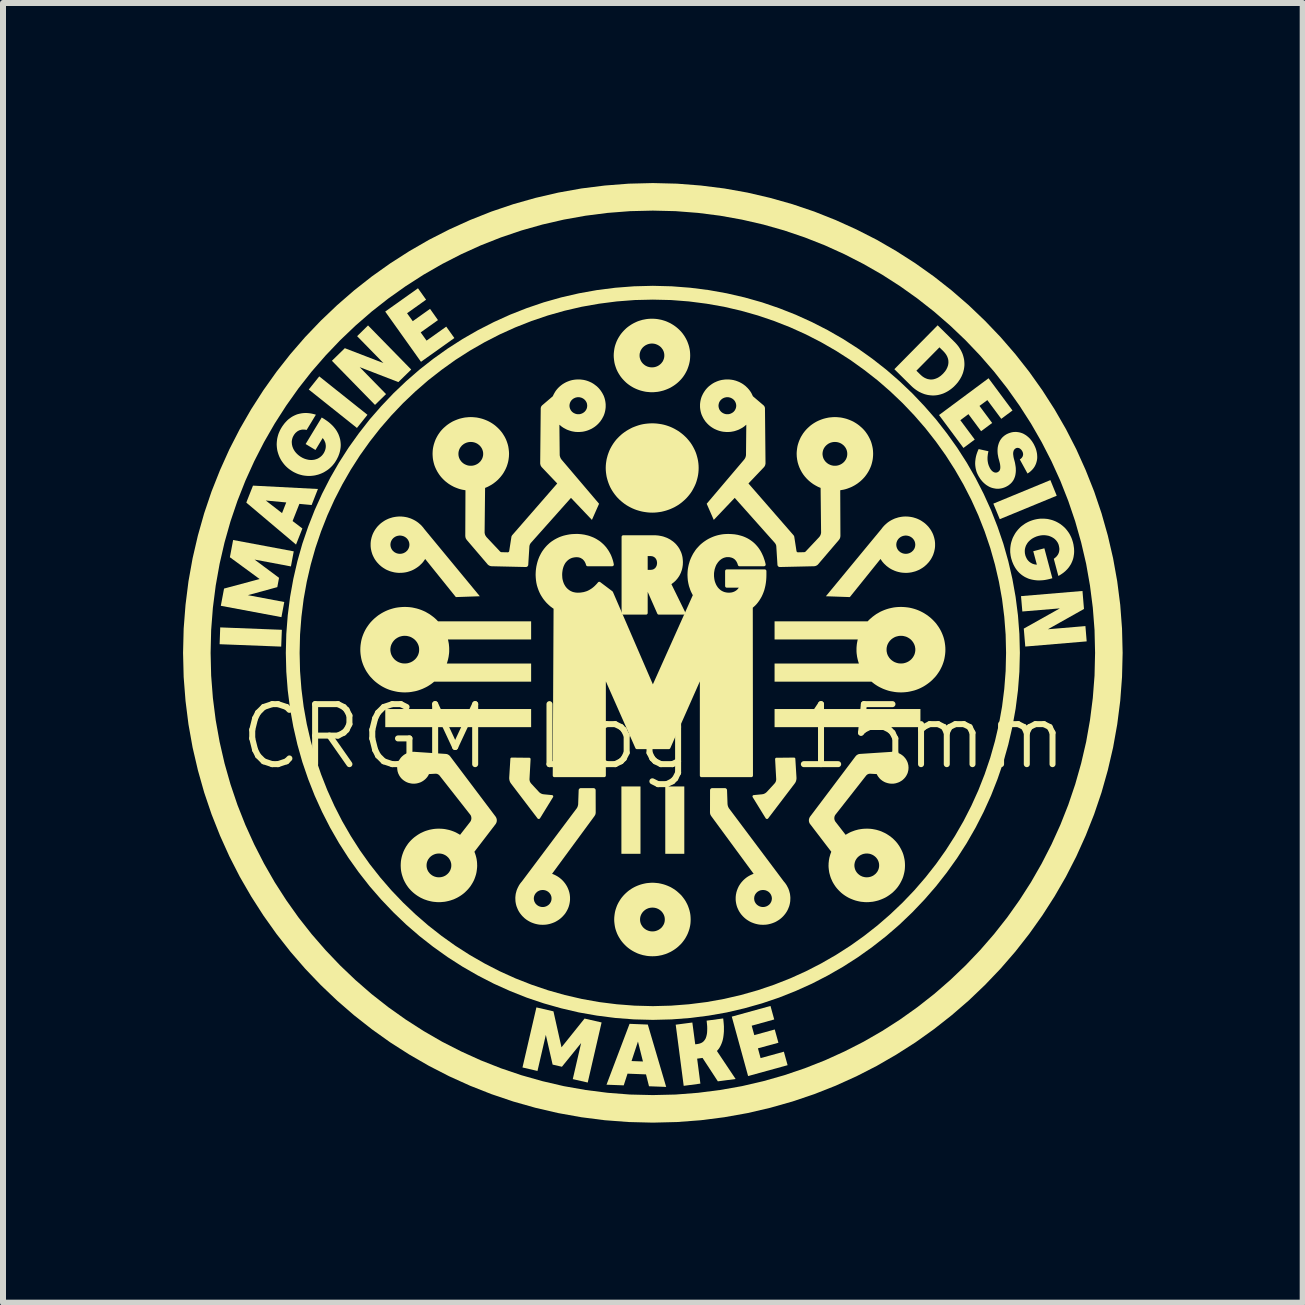
<source format=kicad_pcb>
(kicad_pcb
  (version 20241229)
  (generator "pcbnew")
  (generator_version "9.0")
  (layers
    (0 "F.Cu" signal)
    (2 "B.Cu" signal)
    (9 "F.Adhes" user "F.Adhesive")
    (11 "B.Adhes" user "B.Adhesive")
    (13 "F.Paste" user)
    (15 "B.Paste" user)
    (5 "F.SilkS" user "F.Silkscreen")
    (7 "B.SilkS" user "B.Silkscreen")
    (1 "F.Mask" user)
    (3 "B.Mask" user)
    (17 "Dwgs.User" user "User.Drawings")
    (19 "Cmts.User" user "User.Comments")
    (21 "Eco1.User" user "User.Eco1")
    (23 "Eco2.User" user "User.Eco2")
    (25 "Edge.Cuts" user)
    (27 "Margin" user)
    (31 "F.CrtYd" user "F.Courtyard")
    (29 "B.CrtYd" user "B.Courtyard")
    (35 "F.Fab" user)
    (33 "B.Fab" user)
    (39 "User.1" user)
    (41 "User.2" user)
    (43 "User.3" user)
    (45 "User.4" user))
  (footprint "CRGM Logo 15mm"
    (layer "F.Cu")
    (at 7.813 7.804)
    (property "Reference" "CRGM Logo 15mm" (at 0.03 1.42 0) (unlocked yes) (layer "F.SilkS") (effects (font (size 1 1) (thickness 0.1))))
    (fp_poly (pts (xy 0.014 -7.804) (xy 0.014 -7.804) (xy 0.014 -7.804)) (stroke (width 0) (type solid)) (fill yes) (layer "F.SilkS"))
    (fp_poly (pts (xy 4.147 -0.742) (xy 4.147 -0.742) (xy 4.147 -0.742)) (stroke (width 0) (type solid)) (fill yes) (layer "F.SilkS"))
    (fp_poly (pts (xy -6.167 -0.361) (xy -6.178 -0.081) (xy -7.204 -0.121) (xy -7.194 -0.401)) (stroke (width 0) (type solid)) (fill yes) (layer "F.SilkS"))
    (fp_poly (pts (xy -4.741 -3.943) (xy -4.916 -3.724) (xy -5.719 -4.364) (xy -5.544 -4.583)) (stroke (width 0) (type solid)) (fill yes) (layer "F.SilkS"))
    (fp_poly (pts (xy -2.014 1.261) (xy -4.444 1.261) (xy -4.444 0.959) (xy -2.014 0.959)) (stroke (width 0) (type solid)) (fill yes) (layer "F.SilkS"))
    (fp_poly (pts (xy -0.192 3.371) (xy -0.51 3.371) (xy -0.51 2.249) (xy -0.192 2.249)) (stroke (width 0) (type solid)) (fill yes) (layer "F.SilkS"))
    (fp_poly (pts (xy 0.538 3.371) (xy 0.221 3.371) (xy 0.221 2.249) (xy 0.538 2.249)) (stroke (width 0) (type solid)) (fill yes) (layer "F.SilkS"))
    (fp_poly (pts (xy 4.472 1.261) (xy 2.042 1.261) (xy 2.042 0.959) (xy 4.472 0.959)) (stroke (width 0) (type solid)) (fill yes) (layer "F.SilkS"))
    (fp_poly (pts (xy 6.743 -2.595) (xy 5.794 -2.204) (xy 5.687 -2.463) (xy 6.637 -2.855)) (stroke (width 0) (type solid)) (fill yes) (layer "F.SilkS"))
    (fp_poly (pts (xy -4.012 -4.697) (xy -4.226 -4.488) (xy -4.87 -4.737) (xy -4.431 -4.288) (xy -4.615 -4.108) (xy -5.333 -4.843) (xy -5.118 -5.053) (xy -4.475 -4.805) (xy -4.913 -5.253) (xy -4.731 -5.432)) (stroke (width 0) (type solid)) (fill yes) (layer "F.SilkS"))
    (fp_poly (pts (xy 7.197 -0.708) (xy 6.596 -0.37) (xy 7.221 -0.423) (xy 7.242 -0.168) (xy 6.219 -0.082) (xy 6.194 -0.381) (xy 6.795 -0.718) (xy 6.17 -0.666) (xy 6.148 -0.922) (xy 7.172 -1.008)) (stroke (width 0) (type solid)) (fill yes) (layer "F.SilkS"))
    (fp_poly (pts (xy -3.764 -5.861) (xy -4.081 -5.635) (xy -3.986 -5.503) (xy -3.698 -5.708) (xy -3.566 -5.521) (xy -3.854 -5.316) (xy -3.756 -5.179) (xy -3.428 -5.412) (xy -3.293 -5.222) (xy -3.849 -4.826) (xy -4.445 -5.663) (xy -3.899 -6.051)) (stroke (width 0) (type solid)) (fill yes) (layer "F.SilkS"))
    (fp_poly (pts (xy 2.036 6.131) (xy 1.661 6.235) (xy 1.704 6.392) (xy 2.045 6.298) (xy 2.106 6.519) (xy 1.765 6.612) (xy 1.809 6.775) (xy 2.197 6.668) (xy 2.259 6.893) (xy 1.601 7.074) (xy 1.329 6.084) (xy 1.974 5.906)) (stroke (width 0) (type solid)) (fill yes) (layer "F.SilkS"))
    (fp_poly (pts (xy 6.006 -4.015) (xy 5.819 -3.876) (xy 5.587 -4.188) (xy 5.456 -4.091) (xy 5.667 -3.807) (xy 5.483 -3.67) (xy 5.272 -3.954) (xy 5.137 -3.853) (xy 5.377 -3.531) (xy 5.189 -3.391) (xy 4.782 -3.939) (xy 5.607 -4.552)) (stroke (width 0) (type solid)) (fill yes) (layer "F.SilkS"))
    (fp_poly (pts (xy -5.969 -1.668) (xy -6.016 -1.417) (xy -6.622 -1.531) (xy -6.214 -1.227) (xy -6.243 -1.072) (xy -6.733 -0.938) (xy -6.127 -0.824) (xy -6.174 -0.572) (xy -7.184 -0.761) (xy -7.13 -1.048) (xy -6.538 -1.207) (xy -7.033 -1.57) (xy -6.979 -1.857)) (stroke (width 0) (type solid)) (fill yes) (layer "F.SilkS"))
    (fp_poly (pts (xy -1.642 5.996) (xy -1.508 6.595) (xy -1.124 6.116) (xy -0.84 6.181) (xy -1.071 7.182) (xy -1.32 7.125) (xy -1.181 6.524) (xy -1.501 6.919) (xy -1.656 6.883) (xy -1.769 6.388) (xy -1.908 6.989) (xy -2.158 6.931) (xy -1.926 5.93)) (stroke (width 0) (type solid)) (fill yes) (layer "F.SilkS"))
    (fp_poly (pts (xy -5.566 -2.707) (xy -5.671 -2.44) (xy -5.875 -2.459) (xy -5.988 -2.173) (xy -5.825 -2.049) (xy -5.931 -1.781) (xy -6.759 -2.48) (xy -6.746 -2.515) (xy -6.435 -2.515) (xy -6.164 -2.305) (xy -6.094 -2.483) (xy -6.435 -2.515) (xy -6.746 -2.515) (xy -6.648 -2.763)) (stroke (width 0) (type solid)) (fill yes) (layer "F.SilkS"))
    (fp_poly (pts (xy -0.07 6.216) (xy 0.236 7.255) (xy -0.05 7.244) (xy -0.1 7.046) (xy -0.408 7.034) (xy -0.471 7.229) (xy -0.758 7.218) (xy -0.609 6.824) (xy -0.341 6.824) (xy -0.151 6.831) (xy -0.234 6.499) (xy -0.341 6.824) (xy -0.609 6.824) (xy -0.374 6.204)) (stroke (width 0) (type solid)) (fill yes) (layer "F.SilkS"))
    (fp_poly (pts (xy 1.191 6.16) (xy 1.195 6.204) (xy 1.198 6.247) (xy 1.198 6.288) (xy 1.198 6.328) (xy 1.195 6.366) (xy 1.191 6.403) (xy 1.186 6.437) (xy 1.179 6.471) (xy 1.17 6.502) (xy 1.159 6.532) (xy 1.147 6.56) (xy 1.133 6.587) (xy 1.126 6.599) (xy 1.118 6.612) (xy 1.109 6.624) (xy 1.1 6.635) (xy 1.091 6.646) (xy 1.081 6.656) (xy 1.393 7.123) (xy 1.097 7.162) (xy 0.842 6.772) (xy 0.752 6.784) (xy 0.806 7.2) (xy 0.528 7.237) (xy 0.395 6.218) (xy 0.672 6.182) (xy 0.72 6.545) (xy 0.755 6.541) (xy 0.78 6.536) (xy 0.802 6.53) (xy 0.823 6.521) (xy 0.833 6.516) (xy 0.842 6.51) (xy 0.85 6.503) (xy 0.859 6.496) (xy 0.866 6.488) (xy 0.873 6.479) (xy 0.88 6.47) (xy 0.886 6.46) (xy 0.892 6.45) (xy 0.897 6.438) (xy 0.905 6.414) (xy 0.912 6.386) (xy 0.917 6.355) (xy 0.919 6.321) (xy 0.92 6.283) (xy 0.919 6.243) (xy 0.915 6.198) (xy 0.91 6.151) (xy 1.186 6.114) (xy 1.186 6.114)) (stroke (width 0) (type solid)) (fill yes) (layer "F.SilkS"))
    (fp_poly (pts (xy 0.043 -3.8) (xy 0.082 -3.797) (xy 0.121 -3.792) (xy 0.159 -3.786) (xy 0.196 -3.778) (xy 0.233 -3.768) (xy 0.269 -3.756) (xy 0.304 -3.743) (xy 0.338 -3.728) (xy 0.372 -3.711) (xy 0.404 -3.693) (xy 0.436 -3.674) (xy 0.466 -3.653) (xy 0.495 -3.631) (xy 0.523 -3.608) (xy 0.55 -3.583) (xy 0.576 -3.557) (xy 0.6 -3.53) (xy 0.623 -3.502) (xy 0.645 -3.473) (xy 0.665 -3.443) (xy 0.683 -3.412) (xy 0.7 -3.38) (xy 0.716 -3.347) (xy 0.73 -3.313) (xy 0.742 -3.278) (xy 0.752 -3.243) (xy 0.761 -3.207) (xy 0.768 -3.17) (xy 0.773 -3.133) (xy 0.776 -3.095) (xy 0.777 -3.057) (xy 0.776 -3.019) (xy 0.773 -2.981) (xy 0.768 -2.944) (xy 0.761 -2.907) (xy 0.752 -2.871) (xy 0.742 -2.836) (xy 0.73 -2.801) (xy 0.716 -2.768) (xy 0.7 -2.735) (xy 0.683 -2.703) (xy 0.665 -2.671) (xy 0.645 -2.641) (xy 0.623 -2.612) (xy 0.6 -2.584) (xy 0.576 -2.557) (xy 0.55 -2.531) (xy 0.523 -2.507) (xy 0.495 -2.483) (xy 0.466 -2.461) (xy 0.436 -2.44) (xy 0.404 -2.421) (xy 0.372 -2.403) (xy 0.338 -2.387) (xy 0.304 -2.372) (xy 0.269 -2.359) (xy 0.233 -2.347) (xy 0.196 -2.337) (xy 0.159 -2.328) (xy 0.121 -2.322) (xy 0.082 -2.317) (xy 0.043 -2.314) (xy 0.003 -2.313) (xy -0.035 -2.314) (xy -0.074 -2.317) (xy -0.111 -2.322) (xy -0.149 -2.328) (xy -0.186 -2.336) (xy -0.222 -2.346) (xy -0.258 -2.357) (xy -0.293 -2.37) (xy -0.328 -2.385) (xy -0.361 -2.401) (xy -0.394 -2.419) (xy -0.426 -2.438) (xy -0.457 -2.459) (xy -0.487 -2.482) (xy -0.516 -2.506) (xy -0.544 -2.531) (xy -0.571 -2.558) (xy -0.596 -2.586) (xy -0.619 -2.615) (xy -0.641 -2.645) (xy -0.661 -2.675) (xy -0.68 -2.707) (xy -0.697 -2.739) (xy -0.712 -2.773) (xy -0.725 -2.806) (xy -0.737 -2.841) (xy -0.747 -2.876) (xy -0.756 -2.911) (xy -0.762 -2.947) (xy -0.767 -2.984) (xy -0.77 -3.02) (xy -0.771 -3.057) (xy -0.77 -3.094) (xy -0.767 -3.131) (xy -0.762 -3.167) (xy -0.756 -3.203) (xy -0.747 -3.238) (xy -0.737 -3.274) (xy -0.725 -3.308) (xy -0.712 -3.342) (xy -0.697 -3.375) (xy -0.68 -3.407) (xy -0.661 -3.439) (xy -0.641 -3.47) (xy -0.619 -3.5) (xy -0.596 -3.529) (xy -0.571 -3.556) (xy -0.544 -3.583) (xy -0.516 -3.609) (xy -0.487 -3.633) (xy -0.457 -3.655) (xy -0.426 -3.676) (xy -0.394 -3.695) (xy -0.361 -3.713) (xy -0.328 -3.73) (xy -0.293 -3.744) (xy -0.258 -3.757) (xy -0.222 -3.769) (xy -0.186 -3.779) (xy -0.149 -3.787) (xy -0.111 -3.793) (xy -0.074 -3.797) (xy -0.035 -3.8) (xy 0.003 -3.801) (xy 0.003 -3.801)) (stroke (width 0) (type solid)) (fill yes) (layer "F.SilkS"))
    (fp_poly (pts (xy 5.04 -5.157) (xy 5.06 -5.136) (xy 5.079 -5.115) (xy 5.096 -5.094) (xy 5.112 -5.073) (xy 5.126 -5.051) (xy 5.14 -5.028) (xy 5.152 -5.006) (xy 5.163 -4.983) (xy 5.173 -4.96) (xy 5.181 -4.937) (xy 5.188 -4.913) (xy 5.194 -4.889) (xy 5.199 -4.866) (xy 5.202 -4.842) (xy 5.204 -4.818) (xy 5.205 -4.794) (xy 5.205 -4.77) (xy 5.203 -4.746) (xy 5.2 -4.722) (xy 5.196 -4.698) (xy 5.19 -4.675) (xy 5.184 -4.651) (xy 5.176 -4.628) (xy 5.166 -4.604) (xy 5.156 -4.581) (xy 5.144 -4.559) (xy 5.131 -4.536) (xy 5.116 -4.514) (xy 5.101 -4.492) (xy 5.084 -4.471) (xy 5.066 -4.45) (xy 5.046 -4.429) (xy 5.026 -4.409) (xy 5.005 -4.391) (xy 4.984 -4.374) (xy 4.962 -4.358) (xy 4.94 -4.343) (xy 4.918 -4.33) (xy 4.896 -4.318) (xy 4.873 -4.307) (xy 4.85 -4.297) (xy 4.826 -4.289) (xy 4.803 -4.282) (xy 4.779 -4.276) (xy 4.755 -4.271) (xy 4.731 -4.268) (xy 4.708 -4.266) (xy 4.684 -4.265) (xy 4.66 -4.266) (xy 4.636 -4.268) (xy 4.612 -4.271) (xy 4.588 -4.275) (xy 4.564 -4.281) (xy 4.541 -4.287) (xy 4.517 -4.296) (xy 4.494 -4.305) (xy 4.471 -4.316) (xy 4.448 -4.327) (xy 4.426 -4.341) (xy 4.404 -4.355) (xy 4.382 -4.371) (xy 4.36 -4.388) (xy 4.339 -4.406) (xy 4.319 -4.425) (xy 4.063 -4.678) (xy 4.405 -4.678) (xy 4.472 -4.612) (xy 4.483 -4.602) (xy 4.493 -4.593) (xy 4.504 -4.584) (xy 4.515 -4.576) (xy 4.526 -4.569) (xy 4.537 -4.562) (xy 4.549 -4.556) (xy 4.56 -4.551) (xy 4.572 -4.546) (xy 4.583 -4.542) (xy 4.595 -4.538) (xy 4.607 -4.536) (xy 4.619 -4.534) (xy 4.631 -4.532) (xy 4.643 -4.531) (xy 4.655 -4.531) (xy 4.667 -4.532) (xy 4.679 -4.533) (xy 4.691 -4.535) (xy 4.703 -4.538) (xy 4.716 -4.542) (xy 4.728 -4.546) (xy 4.74 -4.551) (xy 4.752 -4.556) (xy 4.764 -4.562) (xy 4.776 -4.569) (xy 4.788 -4.577) (xy 4.8 -4.585) (xy 4.812 -4.594) (xy 4.823 -4.604) (xy 4.835 -4.615) (xy 4.847 -4.626) (xy 4.858 -4.638) (xy 4.868 -4.65) (xy 4.878 -4.661) (xy 4.887 -4.673) (xy 4.895 -4.685) (xy 4.903 -4.697) (xy 4.909 -4.709) (xy 4.915 -4.722) (xy 4.921 -4.734) (xy 4.925 -4.746) (xy 4.929 -4.758) (xy 4.933 -4.77) (xy 4.935 -4.783) (xy 4.937 -4.795) (xy 4.938 -4.807) (xy 4.939 -4.819) (xy 4.938 -4.831) (xy 4.938 -4.843) (xy 4.936 -4.855) (xy 4.934 -4.867) (xy 4.931 -4.879) (xy 4.927 -4.89) (xy 4.923 -4.902) (xy 4.918 -4.914) (xy 4.913 -4.925) (xy 4.906 -4.936) (xy 4.9 -4.947) (xy 4.892 -4.958) (xy 4.884 -4.969) (xy 4.875 -4.98) (xy 4.866 -4.99) (xy 4.856 -5.001) (xy 4.789 -5.067) (xy 4.405 -4.678) (xy 4.063 -4.678) (xy 4.038 -4.703) (xy 4.759 -5.434)) (stroke (width 0) (type solid)) (fill yes) (layer "F.SilkS"))
    (fp_poly (pts (xy 0.055 -1.909) (xy 0.079 -1.907) (xy 0.102 -1.905) (xy 0.125 -1.901) (xy 0.147 -1.897) (xy 0.169 -1.892) (xy 0.19 -1.886) (xy 0.211 -1.878) (xy 0.231 -1.871) (xy 0.251 -1.862) (xy 0.27 -1.852) (xy 0.289 -1.842) (xy 0.306 -1.83) (xy 0.324 -1.818) (xy 0.34 -1.806) (xy 0.356 -1.792) (xy 0.371 -1.778) (xy 0.385 -1.763) (xy 0.398 -1.747) (xy 0.411 -1.731) (xy 0.423 -1.713) (xy 0.434 -1.696) (xy 0.443 -1.677) (xy 0.452 -1.659) (xy 0.461 -1.639) (xy 0.468 -1.619) (xy 0.474 -1.598) (xy 0.479 -1.577) (xy 0.483 -1.555) (xy 0.485 -1.533) (xy 0.487 -1.51) (xy 0.488 -1.487) (xy 0.487 -1.473) (xy 0.487 -1.458) (xy 0.486 -1.444) (xy 0.484 -1.43) (xy 0.482 -1.416) (xy 0.48 -1.403) (xy 0.477 -1.389) (xy 0.474 -1.376) (xy 0.47 -1.363) (xy 0.466 -1.35) (xy 0.461 -1.338) (xy 0.457 -1.325) (xy 0.451 -1.313) (xy 0.446 -1.301) (xy 0.44 -1.29) (xy 0.434 -1.278) (xy 0.427 -1.267) (xy 0.42 -1.256) (xy 0.412 -1.245) (xy 0.405 -1.235) (xy 0.397 -1.225) (xy 0.388 -1.215) (xy 0.38 -1.205) (xy 0.371 -1.196) (xy 0.361 -1.187) (xy 0.352 -1.178) (xy 0.342 -1.17) (xy 0.332 -1.162) (xy 0.321 -1.154) (xy 0.311 -1.146) (xy 0.3 -1.139) (xy 0.288 -1.132) (xy 0.529 -0.641) (xy 0.113 -0.641) (xy -0.074 -1.065) (xy -0.099 -1.065) (xy -0.099 -0.641) (xy -0.48 -0.641) (xy -0.48 -1.333) (xy -0.099 -1.333) (xy -0.022 -1.333) (xy -0.014 -1.333) (xy -0.008 -1.334) (xy -0.001 -1.335) (xy 0.006 -1.336) (xy 0.013 -1.337) (xy 0.019 -1.339) (xy 0.025 -1.341) (xy 0.031 -1.343) (xy 0.037 -1.346) (xy 0.043 -1.349) (xy 0.048 -1.352) (xy 0.054 -1.356) (xy 0.059 -1.36) (xy 0.064 -1.364) (xy 0.069 -1.368) (xy 0.073 -1.372) (xy 0.077 -1.377) (xy 0.082 -1.382) (xy 0.085 -1.388) (xy 0.089 -1.393) (xy 0.092 -1.399) (xy 0.095 -1.405) (xy 0.098 -1.411) (xy 0.101 -1.417) (xy 0.103 -1.424) (xy 0.105 -1.43) (xy 0.107 -1.437) (xy 0.108 -1.444) (xy 0.109 -1.452) (xy 0.11 -1.459) (xy 0.111 -1.467) (xy 0.111 -1.474) (xy 0.111 -1.482) (xy 0.11 -1.49) (xy 0.109 -1.497) (xy 0.108 -1.504) (xy 0.107 -1.511) (xy 0.105 -1.518) (xy 0.103 -1.525) (xy 0.101 -1.532) (xy 0.098 -1.538) (xy 0.095 -1.544) (xy 0.092 -1.55) (xy 0.089 -1.556) (xy 0.085 -1.561) (xy 0.082 -1.566) (xy 0.077 -1.572) (xy 0.073 -1.576) (xy 0.069 -1.581) (xy 0.064 -1.585) (xy 0.059 -1.589) (xy 0.054 -1.593) (xy 0.048 -1.596) (xy 0.043 -1.6) (xy 0.037 -1.603) (xy 0.031 -1.605) (xy 0.025 -1.608) (xy 0.019 -1.61) (xy 0.013 -1.612) (xy 0.006 -1.613) (xy -0.001 -1.614) (xy -0.008 -1.615) (xy -0.014 -1.616) (xy -0.022 -1.616) (xy -0.099 -1.616) (xy -0.099 -1.333) (xy -0.48 -1.333) (xy -0.48 -1.909) (xy 0.031 -1.909)) (stroke (width 0.054) (type solid) (color 255 184 28 1)) (fill yes) (layer "F.SilkS"))
    (fp_poly (pts (xy -2.337 1.768) (xy -2.045 1.771) (xy -2.044 1.771) (xy -2.042 1.771) (xy -2.041 1.771) (xy -2.04 1.771) (xy -2.039 1.772) (xy -2.038 1.772) (xy -2.037 1.772) (xy -2.036 1.773) (xy -2.035 1.773) (xy -2.034 1.774) (xy -2.033 1.774) (xy -2.032 1.775) (xy -2.031 1.776) (xy -2.03 1.776) (xy -2.03 1.777) (xy -2.029 1.778) (xy -2.028 1.779) (xy -2.027 1.78) (xy -2.027 1.781) (xy -2.026 1.782) (xy -2.026 1.782) (xy -2.025 1.783) (xy -2.025 1.784) (xy -2.024 1.785) (xy -2.024 1.787) (xy -2.024 1.788) (xy -2.023 1.789) (xy -2.023 1.79) (xy -2.023 1.791) (xy -2.023 1.792) (xy -2.023 1.793) (xy -2.023 1.794) (xy -2.041 2.122) (xy -2.041 2.128) (xy -2.041 2.133) (xy -2.041 2.139) (xy -2.04 2.144) (xy -2.039 2.149) (xy -2.038 2.155) (xy -2.036 2.16) (xy -2.035 2.165) (xy -2.033 2.17) (xy -2.03 2.175) (xy -2.028 2.18) (xy -2.025 2.184) (xy -2.022 2.189) (xy -2.019 2.193) (xy -2.016 2.197) (xy -2.012 2.202) (xy -1.884 2.34) (xy -1.88 2.344) (xy -1.876 2.348) (xy -1.872 2.352) (xy -1.867 2.355) (xy -1.862 2.359) (xy -1.857 2.362) (xy -1.852 2.365) (xy -1.847 2.367) (xy -1.842 2.37) (xy -1.837 2.372) (xy -1.831 2.374) (xy -1.826 2.376) (xy -1.82 2.377) (xy -1.814 2.378) (xy -1.808 2.379) (xy -1.802 2.38) (xy -1.666 2.393) (xy -1.665 2.393) (xy -1.664 2.394) (xy -1.663 2.394) (xy -1.661 2.394) (xy -1.66 2.395) (xy -1.659 2.395) (xy -1.658 2.396) (xy -1.656 2.396) (xy -1.655 2.397) (xy -1.654 2.398) (xy -1.653 2.399) (xy -1.652 2.4) (xy -1.651 2.401) (xy -1.65 2.402) (xy -1.649 2.403) (xy -1.649 2.404) (xy -1.648 2.405) (xy -1.647 2.407) (xy -1.647 2.408) (xy -1.647 2.409) (xy -1.646 2.411) (xy -1.646 2.412) (xy -1.646 2.413) (xy -1.646 2.415) (xy -1.646 2.416) (xy -1.646 2.418) (xy -1.646 2.419) (xy -1.646 2.42) (xy -1.647 2.422) (xy -1.647 2.423) (xy -1.648 2.424) (xy -1.648 2.425) (xy -1.649 2.427) (xy -1.865 2.778) (xy -1.866 2.78) (xy -1.867 2.781) (xy -1.868 2.782) (xy -1.869 2.783) (xy -1.871 2.784) (xy -1.872 2.785) (xy -1.873 2.786) (xy -1.874 2.787) (xy -1.876 2.788) (xy -1.877 2.788) (xy -1.879 2.789) (xy -1.88 2.79) (xy -1.882 2.79) (xy -1.883 2.79) (xy -1.885 2.79) (xy -1.886 2.791) (xy -1.888 2.791) (xy -1.889 2.791) (xy -1.891 2.79) (xy -1.893 2.79) (xy -1.894 2.79) (xy -1.896 2.789) (xy -1.897 2.789) (xy -1.898 2.788) (xy -1.9 2.788) (xy -1.901 2.787) (xy -1.903 2.786) (xy -1.904 2.785) (xy -1.905 2.784) (xy -1.906 2.783) (xy -1.907 2.782) (xy -1.908 2.78) (xy -2.348 2.202) (xy -2.352 2.196) (xy -2.356 2.191) (xy -2.359 2.185) (xy -2.363 2.179) (xy -2.366 2.173) (xy -2.368 2.167) (xy -2.371 2.16) (xy -2.373 2.154) (xy -2.374 2.148) (xy -2.376 2.141) (xy -2.377 2.134) (xy -2.378 2.128) (xy -2.379 2.121) (xy -2.379 2.114) (xy -2.379 2.107) (xy -2.379 2.101) (xy -2.36 1.79) (xy -2.36 1.788) (xy -2.36 1.787) (xy -2.36 1.786) (xy -2.36 1.785) (xy -2.359 1.784) (xy -2.359 1.783) (xy -2.359 1.782) (xy -2.358 1.781) (xy -2.358 1.78) (xy -2.357 1.779) (xy -2.356 1.778) (xy -2.356 1.777) (xy -2.355 1.776) (xy -2.354 1.776) (xy -2.354 1.775) (xy -2.353 1.774) (xy -2.352 1.773) (xy -2.351 1.773) (xy -2.35 1.772) (xy -2.35 1.771) (xy -2.349 1.771) (xy -2.348 1.77) (xy -2.347 1.77) (xy -2.346 1.769) (xy -2.345 1.769) (xy -2.344 1.769) (xy -2.343 1.768) (xy -2.342 1.768) (xy -2.34 1.768) (xy -2.339 1.768) (xy -2.338 1.768) (xy -2.337 1.768)) (stroke (width 0) (type solid)) (fill yes) (layer "F.SilkS"))
    (fp_poly (pts (xy 2.366 1.768) (xy 2.367 1.768) (xy 2.368 1.768) (xy 2.37 1.768) (xy 2.371 1.768) (xy 2.372 1.769) (xy 2.373 1.769) (xy 2.374 1.769) (xy 2.375 1.77) (xy 2.376 1.77) (xy 2.377 1.771) (xy 2.378 1.771) (xy 2.379 1.772) (xy 2.379 1.773) (xy 2.38 1.773) (xy 2.381 1.774) (xy 2.382 1.775) (xy 2.383 1.776) (xy 2.383 1.776) (xy 2.384 1.777) (xy 2.385 1.778) (xy 2.385 1.779) (xy 2.386 1.78) (xy 2.386 1.781) (xy 2.387 1.782) (xy 2.387 1.783) (xy 2.387 1.784) (xy 2.388 1.785) (xy 2.388 1.786) (xy 2.388 1.787) (xy 2.388 1.788) (xy 2.388 1.79) (xy 2.407 2.101) (xy 2.407 2.107) (xy 2.407 2.114) (xy 2.407 2.121) (xy 2.406 2.128) (xy 2.405 2.134) (xy 2.404 2.141) (xy 2.402 2.147) (xy 2.401 2.154) (xy 2.399 2.16) (xy 2.396 2.167) (xy 2.394 2.173) (xy 2.391 2.179) (xy 2.387 2.185) (xy 2.384 2.191) (xy 2.38 2.196) (xy 2.376 2.202) (xy 1.936 2.78) (xy 1.935 2.782) (xy 1.934 2.783) (xy 1.933 2.784) (xy 1.932 2.785) (xy 1.931 2.786) (xy 1.929 2.787) (xy 1.928 2.788) (xy 1.927 2.788) (xy 1.925 2.789) (xy 1.924 2.789) (xy 1.922 2.79) (xy 1.921 2.79) (xy 1.919 2.79) (xy 1.918 2.791) (xy 1.916 2.791) (xy 1.914 2.791) (xy 1.914 2.791) (xy 1.913 2.79) (xy 1.911 2.79) (xy 1.91 2.79) (xy 1.908 2.79) (xy 1.907 2.789) (xy 1.905 2.788) (xy 1.904 2.788) (xy 1.902 2.787) (xy 1.901 2.786) (xy 1.9 2.785) (xy 1.899 2.784) (xy 1.897 2.783) (xy 1.896 2.782) (xy 1.895 2.781) (xy 1.894 2.78) (xy 1.894 2.779) (xy 1.893 2.778) (xy 1.677 2.427) (xy 1.676 2.425) (xy 1.676 2.424) (xy 1.675 2.423) (xy 1.675 2.422) (xy 1.674 2.42) (xy 1.674 2.419) (xy 1.674 2.418) (xy 1.674 2.416) (xy 1.674 2.415) (xy 1.674 2.413) (xy 1.674 2.412) (xy 1.674 2.411) (xy 1.675 2.409) (xy 1.675 2.408) (xy 1.675 2.407) (xy 1.676 2.405) (xy 1.677 2.404) (xy 1.677 2.403) (xy 1.678 2.402) (xy 1.679 2.401) (xy 1.68 2.4) (xy 1.681 2.399) (xy 1.682 2.398) (xy 1.683 2.397) (xy 1.684 2.396) (xy 1.686 2.396) (xy 1.687 2.395) (xy 1.688 2.395) (xy 1.689 2.394) (xy 1.691 2.394) (xy 1.692 2.394) (xy 1.694 2.393) (xy 1.831 2.38) (xy 1.836 2.379) (xy 1.842 2.378) (xy 1.848 2.377) (xy 1.854 2.376) (xy 1.859 2.374) (xy 1.865 2.372) (xy 1.87 2.37) (xy 1.875 2.367) (xy 1.88 2.365) (xy 1.885 2.362) (xy 1.89 2.359) (xy 1.895 2.355) (xy 1.9 2.352) (xy 1.904 2.348) (xy 1.908 2.344) (xy 1.913 2.34) (xy 2.04 2.202) (xy 2.044 2.197) (xy 2.047 2.193) (xy 2.051 2.189) (xy 2.053 2.184) (xy 2.056 2.18) (xy 2.059 2.175) (xy 2.061 2.17) (xy 2.063 2.165) (xy 2.064 2.16) (xy 2.066 2.155) (xy 2.067 2.149) (xy 2.068 2.144) (xy 2.069 2.139) (xy 2.069 2.133) (xy 2.069 2.128) (xy 2.069 2.122) (xy 2.051 1.794) (xy 2.051 1.793) (xy 2.051 1.792) (xy 2.051 1.791) (xy 2.051 1.79) (xy 2.051 1.789) (xy 2.052 1.788) (xy 2.052 1.787) (xy 2.052 1.785) (xy 2.053 1.784) (xy 2.053 1.783) (xy 2.054 1.782) (xy 2.054 1.782) (xy 2.055 1.781) (xy 2.055 1.78) (xy 2.056 1.779) (xy 2.057 1.778) (xy 2.058 1.777) (xy 2.058 1.776) (xy 2.059 1.776) (xy 2.06 1.775) (xy 2.061 1.774) (xy 2.062 1.774) (xy 2.063 1.773) (xy 2.064 1.773) (xy 2.065 1.772) (xy 2.066 1.772) (xy 2.067 1.772) (xy 2.068 1.771) (xy 2.069 1.771) (xy 2.07 1.771) (xy 2.072 1.771) (xy 2.073 1.771) (xy 2.365 1.768) (xy 2.365 1.768)) (stroke (width 0) (type solid)) (fill yes) (layer "F.SilkS"))
    (fp_poly (pts (xy -4.184 -2.248) (xy -4.169 -2.248) (xy -4.153 -2.246) (xy -4.138 -2.245) (xy -4.107 -2.24) (xy -4.077 -2.234) (xy -4.048 -2.225) (xy -4.02 -2.216) (xy -3.993 -2.204) (xy -3.966 -2.191) (xy -3.941 -2.177) (xy -3.916 -2.161) (xy -3.893 -2.144) (xy -3.871 -2.125) (xy -3.849 -2.106) (xy -3.83 -2.085) (xy -3.811 -2.063) (xy -3.794 -2.04) (xy -3.794 -2.04) (xy -3.794 -2.04) (xy -3.794 -2.04) (xy -2.869 -0.92) (xy -3.268 -0.906) (xy -3.779 -1.541) (xy -3.796 -1.516) (xy -3.814 -1.491) (xy -3.834 -1.468) (xy -3.856 -1.447) (xy -3.878 -1.426) (xy -3.903 -1.407) (xy -3.928 -1.39) (xy -3.954 -1.374) (xy -3.982 -1.359) (xy -4.011 -1.346) (xy -4.04 -1.336) (xy -4.071 -1.326) (xy -4.102 -1.319) (xy -4.134 -1.314) (xy -4.167 -1.311) (xy -4.2 -1.31) (xy -4.225 -1.31) (xy -4.25 -1.312) (xy -4.274 -1.315) (xy -4.298 -1.319) (xy -4.322 -1.325) (xy -4.345 -1.331) (xy -4.368 -1.338) (xy -4.39 -1.347) (xy -4.412 -1.356) (xy -4.433 -1.366) (xy -4.453 -1.378) (xy -4.473 -1.39) (xy -4.492 -1.403) (xy -4.511 -1.417) (xy -4.528 -1.432) (xy -4.545 -1.447) (xy -4.561 -1.464) (xy -4.577 -1.481) (xy -4.591 -1.498) (xy -4.605 -1.517) (xy -4.618 -1.536) (xy -4.629 -1.555) (xy -4.64 -1.576) (xy -4.65 -1.597) (xy -4.659 -1.618) (xy -4.666 -1.64) (xy -4.673 -1.662) (xy -4.678 -1.685) (xy -4.683 -1.708) (xy -4.686 -1.731) (xy -4.688 -1.755) (xy -4.688 -1.779) (xy -4.358 -1.779) (xy -4.358 -1.771) (xy -4.357 -1.764) (xy -4.356 -1.756) (xy -4.355 -1.749) (xy -4.353 -1.741) (xy -4.351 -1.734) (xy -4.348 -1.727) (xy -4.346 -1.72) (xy -4.342 -1.713) (xy -4.339 -1.707) (xy -4.335 -1.7) (xy -4.331 -1.694) (xy -4.327 -1.688) (xy -4.322 -1.682) (xy -4.317 -1.677) (xy -4.312 -1.672) (xy -4.306 -1.667) (xy -4.301 -1.662) (xy -4.295 -1.657) (xy -4.288 -1.653) (xy -4.282 -1.649) (xy -4.275 -1.646) (xy -4.269 -1.642) (xy -4.262 -1.639) (xy -4.254 -1.636) (xy -4.247 -1.634) (xy -4.239 -1.632) (xy -4.232 -1.63) (xy -4.224 -1.629) (xy -4.216 -1.628) (xy -4.208 -1.627) (xy -4.2 -1.627) (xy -4.192 -1.627) (xy -4.184 -1.628) (xy -4.176 -1.629) (xy -4.168 -1.63) (xy -4.161 -1.632) (xy -4.153 -1.634) (xy -4.146 -1.636) (xy -4.138 -1.639) (xy -4.131 -1.642) (xy -4.125 -1.646) (xy -4.118 -1.649) (xy -4.112 -1.653) (xy -4.105 -1.657) (xy -4.099 -1.662) (xy -4.094 -1.667) (xy -4.088 -1.672) (xy -4.083 -1.677) (xy -4.078 -1.682) (xy -4.073 -1.688) (xy -4.069 -1.694) (xy -4.065 -1.7) (xy -4.061 -1.707) (xy -4.058 -1.713) (xy -4.054 -1.72) (xy -4.052 -1.727) (xy -4.049 -1.734) (xy -4.047 -1.741) (xy -4.045 -1.749) (xy -4.044 -1.756) (xy -4.043 -1.764) (xy -4.042 -1.771) (xy -4.042 -1.779) (xy -4.042 -1.787) (xy -4.043 -1.795) (xy -4.044 -1.802) (xy -4.045 -1.81) (xy -4.047 -1.817) (xy -4.049 -1.824) (xy -4.052 -1.831) (xy -4.054 -1.838) (xy -4.058 -1.845) (xy -4.061 -1.852) (xy -4.065 -1.858) (xy -4.069 -1.864) (xy -4.073 -1.87) (xy -4.078 -1.876) (xy -4.083 -1.881) (xy -4.088 -1.887) (xy -4.094 -1.892) (xy -4.099 -1.896) (xy -4.105 -1.901) (xy -4.112 -1.905) (xy -4.118 -1.909) (xy -4.125 -1.913) (xy -4.131 -1.916) (xy -4.138 -1.919) (xy -4.146 -1.922) (xy -4.153 -1.924) (xy -4.161 -1.926) (xy -4.168 -1.928) (xy -4.176 -1.929) (xy -4.184 -1.93) (xy -4.192 -1.931) (xy -4.2 -1.931) (xy -4.208 -1.931) (xy -4.216 -1.93) (xy -4.224 -1.929) (xy -4.232 -1.928) (xy -4.239 -1.926) (xy -4.247 -1.924) (xy -4.254 -1.922) (xy -4.262 -1.919) (xy -4.269 -1.916) (xy -4.275 -1.913) (xy -4.282 -1.909) (xy -4.288 -1.905) (xy -4.295 -1.901) (xy -4.301 -1.896) (xy -4.306 -1.892) (xy -4.312 -1.887) (xy -4.317 -1.881) (xy -4.322 -1.876) (xy -4.327 -1.87) (xy -4.331 -1.864) (xy -4.335 -1.858) (xy -4.339 -1.852) (xy -4.342 -1.845) (xy -4.346 -1.838) (xy -4.348 -1.831) (xy -4.351 -1.824) (xy -4.353 -1.817) (xy -4.355 -1.81) (xy -4.356 -1.802) (xy -4.357 -1.795) (xy -4.358 -1.787) (xy -4.358 -1.779) (xy -4.688 -1.779) (xy -4.688 -1.803) (xy -4.686 -1.827) (xy -4.683 -1.851) (xy -4.678 -1.874) (xy -4.673 -1.896) (xy -4.666 -1.919) (xy -4.659 -1.94) (xy -4.65 -1.962) (xy -4.64 -1.983) (xy -4.629 -2.003) (xy -4.618 -2.022) (xy -4.605 -2.041) (xy -4.591 -2.06) (xy -4.577 -2.078) (xy -4.561 -2.095) (xy -4.545 -2.111) (xy -4.528 -2.127) (xy -4.511 -2.141) (xy -4.492 -2.155) (xy -4.473 -2.168) (xy -4.453 -2.181) (xy -4.433 -2.192) (xy -4.412 -2.202) (xy -4.39 -2.212) (xy -4.368 -2.22) (xy -4.345 -2.227) (xy -4.322 -2.234) (xy -4.298 -2.239) (xy -4.274 -2.243) (xy -4.25 -2.246) (xy -4.225 -2.248) (xy -4.2 -2.249) (xy -4.2 -2.249)) (stroke (width 0) (type solid)) (fill yes) (layer "F.SilkS"))
    (fp_poly (pts (xy 6.52 -2.213) (xy 6.542 -2.212) (xy 6.564 -2.21) (xy 6.586 -2.208) (xy 6.607 -2.204) (xy 6.628 -2.199) (xy 6.649 -2.194) (xy 6.67 -2.188) (xy 6.69 -2.181) (xy 6.71 -2.173) (xy 6.729 -2.165) (xy 6.748 -2.155) (xy 6.767 -2.145) (xy 6.785 -2.134) (xy 6.803 -2.123) (xy 6.82 -2.11) (xy 6.837 -2.097) (xy 6.853 -2.083) (xy 6.869 -2.069) (xy 6.884 -2.054) (xy 6.898 -2.038) (xy 6.912 -2.021) (xy 6.925 -2.004) (xy 6.938 -1.986) (xy 6.95 -1.968) (xy 6.961 -1.949) (xy 6.971 -1.929) (xy 6.981 -1.909) (xy 6.99 -1.888) (xy 6.998 -1.867) (xy 7.005 -1.845) (xy 7.012 -1.823) (xy 7.017 -1.802) (xy 7.022 -1.781) (xy 7.025 -1.76) (xy 7.028 -1.74) (xy 7.031 -1.719) (xy 7.032 -1.698) (xy 7.033 -1.678) (xy 7.033 -1.658) (xy 7.032 -1.638) (xy 7.03 -1.618) (xy 7.027 -1.599) (xy 7.024 -1.579) (xy 7.02 -1.56) (xy 7.015 -1.541) (xy 7.009 -1.523) (xy 7.002 -1.504) (xy 6.994 -1.486) (xy 6.986 -1.468) (xy 6.977 -1.451) (xy 6.966 -1.434) (xy 6.955 -1.417) (xy 6.943 -1.4) (xy 6.93 -1.384) (xy 6.916 -1.368) (xy 6.901 -1.353) (xy 6.886 -1.338) (xy 6.869 -1.324) (xy 6.851 -1.309) (xy 6.832 -1.296) (xy 6.813 -1.283) (xy 6.792 -1.27) (xy 6.77 -1.258) (xy 6.694 -1.544) (xy 6.708 -1.554) (xy 6.72 -1.564) (xy 6.732 -1.575) (xy 6.743 -1.586) (xy 6.752 -1.598) (xy 6.761 -1.61) (xy 6.768 -1.623) (xy 6.774 -1.636) (xy 6.779 -1.65) (xy 6.783 -1.665) (xy 6.785 -1.68) (xy 6.787 -1.696) (xy 6.787 -1.712) (xy 6.785 -1.729) (xy 6.782 -1.747) (xy 6.778 -1.765) (xy 6.775 -1.777) (xy 6.771 -1.788) (xy 6.766 -1.799) (xy 6.761 -1.81) (xy 6.755 -1.82) (xy 6.748 -1.83) (xy 6.741 -1.84) (xy 6.734 -1.849) (xy 6.726 -1.858) (xy 6.717 -1.866) (xy 6.708 -1.875) (xy 6.699 -1.882) (xy 6.689 -1.889) (xy 6.678 -1.896) (xy 6.656 -1.908) (xy 6.633 -1.918) (xy 6.608 -1.927) (xy 6.582 -1.932) (xy 6.568 -1.934) (xy 6.554 -1.936) (xy 6.54 -1.937) (xy 6.526 -1.937) (xy 6.511 -1.937) (xy 6.496 -1.936) (xy 6.481 -1.934) (xy 6.466 -1.932) (xy 6.451 -1.928) (xy 6.435 -1.925) (xy 6.42 -1.92) (xy 6.406 -1.916) (xy 6.392 -1.91) (xy 6.378 -1.904) (xy 6.365 -1.898) (xy 6.352 -1.891) (xy 6.34 -1.884) (xy 6.328 -1.877) (xy 6.317 -1.868) (xy 6.306 -1.86) (xy 6.296 -1.851) (xy 6.286 -1.842) (xy 6.277 -1.833) (xy 6.268 -1.823) (xy 6.26 -1.813) (xy 6.252 -1.802) (xy 6.246 -1.791) (xy 6.239 -1.78) (xy 6.233 -1.769) (xy 6.228 -1.758) (xy 6.224 -1.746) (xy 6.22 -1.734) (xy 6.217 -1.722) (xy 6.214 -1.71) (xy 6.212 -1.697) (xy 6.211 -1.685) (xy 6.211 -1.672) (xy 6.211 -1.659) (xy 6.212 -1.646) (xy 6.213 -1.633) (xy 6.216 -1.62) (xy 6.219 -1.607) (xy 6.221 -1.598) (xy 6.224 -1.589) (xy 6.228 -1.58) (xy 6.231 -1.572) (xy 6.235 -1.564) (xy 6.239 -1.556) (xy 6.243 -1.548) (xy 6.247 -1.54) (xy 6.252 -1.533) (xy 6.257 -1.526) (xy 6.262 -1.52) (xy 6.268 -1.513) (xy 6.273 -1.507) (xy 6.279 -1.502) (xy 6.285 -1.496) (xy 6.291 -1.491) (xy 6.298 -1.486) (xy 6.304 -1.481) (xy 6.318 -1.473) (xy 6.332 -1.465) (xy 6.347 -1.459) (xy 6.363 -1.454) (xy 6.379 -1.45) (xy 6.395 -1.448) (xy 6.412 -1.446) (xy 6.352 -1.67) (xy 6.537 -1.719) (xy 6.67 -1.22) (xy 6.626 -1.208) (xy 6.596 -1.201) (xy 6.567 -1.195) (xy 6.538 -1.19) (xy 6.51 -1.187) (xy 6.482 -1.185) (xy 6.454 -1.184) (xy 6.428 -1.184) (xy 6.402 -1.186) (xy 6.376 -1.189) (xy 6.351 -1.193) (xy 6.326 -1.198) (xy 6.303 -1.204) (xy 6.279 -1.211) (xy 6.257 -1.22) (xy 6.235 -1.23) (xy 6.214 -1.24) (xy 6.194 -1.252) (xy 6.174 -1.265) (xy 6.155 -1.279) (xy 6.137 -1.294) (xy 6.119 -1.31) (xy 6.103 -1.327) (xy 6.087 -1.345) (xy 6.072 -1.364) (xy 6.058 -1.384) (xy 6.045 -1.405) (xy 6.033 -1.427) (xy 6.021 -1.45) (xy 6.011 -1.474) (xy 6.001 -1.498) (xy 5.993 -1.524) (xy 5.985 -1.55) (xy 5.979 -1.576) (xy 5.974 -1.602) (xy 5.971 -1.628) (xy 5.968 -1.654) (xy 5.968 -1.68) (xy 5.968 -1.705) (xy 5.97 -1.731) (xy 5.973 -1.756) (xy 5.977 -1.782) (xy 5.982 -1.806) (xy 5.989 -1.831) (xy 5.997 -1.855) (xy 6.005 -1.879) (xy 6.015 -1.902) (xy 6.027 -1.925) (xy 6.039 -1.947) (xy 6.052 -1.969) (xy 6.066 -1.99) (xy 6.082 -2.01) (xy 6.098 -2.03) (xy 6.115 -2.048) (xy 6.133 -2.067) (xy 6.152 -2.084) (xy 6.173 -2.1) (xy 6.194 -2.115) (xy 6.215 -2.13) (xy 6.238 -2.143) (xy 6.262 -2.156) (xy 6.286 -2.167) (xy 6.311 -2.177) (xy 6.337 -2.186) (xy 6.363 -2.194) (xy 6.38 -2.198) (xy 6.397 -2.202) (xy 6.414 -2.205) (xy 6.431 -2.208) (xy 6.448 -2.21) (xy 6.465 -2.212) (xy 6.481 -2.213) (xy 6.498 -2.213)) (stroke (width 0) (type solid)) (fill yes) (layer "F.SilkS"))
    (fp_poly (pts (xy -5.781 -3.973) (xy -5.76 -3.973) (xy -5.738 -3.972) (xy -5.716 -3.97) (xy -5.694 -3.967) (xy -5.671 -3.963) (xy -5.648 -3.958) (xy -5.624 -3.952) (xy -5.6 -3.945) (xy -5.754 -3.691) (xy -5.77 -3.694) (xy -5.786 -3.696) (xy -5.794 -3.697) (xy -5.802 -3.697) (xy -5.81 -3.697) (xy -5.817 -3.697) (xy -5.825 -3.696) (xy -5.832 -3.696) (xy -5.84 -3.694) (xy -5.847 -3.693) (xy -5.854 -3.691) (xy -5.862 -3.689) (xy -5.869 -3.687) (xy -5.876 -3.685) (xy -5.882 -3.682) (xy -5.889 -3.678) (xy -5.896 -3.675) (xy -5.902 -3.671) (xy -5.909 -3.667) (xy -5.915 -3.662) (xy -5.921 -3.657) (xy -5.927 -3.652) (xy -5.933 -3.647) (xy -5.939 -3.641) (xy -5.945 -3.635) (xy -5.95 -3.628) (xy -5.956 -3.621) (xy -5.961 -3.614) (xy -5.966 -3.606) (xy -5.971 -3.598) (xy -5.977 -3.587) (xy -5.982 -3.577) (xy -5.987 -3.566) (xy -5.991 -3.554) (xy -5.994 -3.543) (xy -5.997 -3.531) (xy -5.999 -3.52) (xy -6.001 -3.508) (xy -6.002 -3.496) (xy -6.002 -3.484) (xy -6.001 -3.472) (xy -6 -3.46) (xy -5.999 -3.447) (xy -5.996 -3.435) (xy -5.993 -3.423) (xy -5.99 -3.411) (xy -5.985 -3.399) (xy -5.981 -3.387) (xy -5.975 -3.375) (xy -5.969 -3.363) (xy -5.962 -3.352) (xy -5.955 -3.34) (xy -5.947 -3.329) (xy -5.938 -3.318) (xy -5.929 -3.307) (xy -5.919 -3.297) (xy -5.909 -3.287) (xy -5.898 -3.277) (xy -5.886 -3.267) (xy -5.874 -3.258) (xy -5.861 -3.249) (xy -5.848 -3.24) (xy -5.834 -3.233) (xy -5.821 -3.225) (xy -5.807 -3.219) (xy -5.793 -3.213) (xy -5.78 -3.208) (xy -5.766 -3.204) (xy -5.752 -3.2) (xy -5.739 -3.197) (xy -5.725 -3.194) (xy -5.712 -3.192) (xy -5.698 -3.191) (xy -5.685 -3.19) (xy -5.671 -3.19) (xy -5.658 -3.191) (xy -5.645 -3.192) (xy -5.633 -3.194) (xy -5.62 -3.196) (xy -5.608 -3.2) (xy -5.596 -3.203) (xy -5.584 -3.208) (xy -5.572 -3.212) (xy -5.561 -3.218) (xy -5.55 -3.224) (xy -5.54 -3.231) (xy -5.529 -3.238) (xy -5.52 -3.246) (xy -5.51 -3.254) (xy -5.501 -3.263) (xy -5.492 -3.273) (xy -5.484 -3.283) (xy -5.476 -3.294) (xy -5.469 -3.305) (xy -5.464 -3.313) (xy -5.46 -3.322) (xy -5.456 -3.33) (xy -5.452 -3.338) (xy -5.449 -3.347) (xy -5.446 -3.355) (xy -5.443 -3.364) (xy -5.441 -3.372) (xy -5.439 -3.38) (xy -5.438 -3.389) (xy -5.436 -3.397) (xy -5.436 -3.405) (xy -5.435 -3.414) (xy -5.435 -3.422) (xy -5.435 -3.43) (xy -5.436 -3.438) (xy -5.437 -3.446) (xy -5.438 -3.454) (xy -5.439 -3.462) (xy -5.441 -3.47) (xy -5.443 -3.478) (xy -5.446 -3.485) (xy -5.452 -3.5) (xy -5.459 -3.515) (xy -5.467 -3.529) (xy -5.477 -3.543) (xy -5.487 -3.556) (xy -5.607 -3.357) (xy -5.771 -3.456) (xy -5.503 -3.898) (xy -5.464 -3.875) (xy -5.439 -3.858) (xy -5.414 -3.841) (xy -5.391 -3.824) (xy -5.369 -3.806) (xy -5.348 -3.787) (xy -5.328 -3.768) (xy -5.31 -3.749) (xy -5.293 -3.729) (xy -5.277 -3.709) (xy -5.262 -3.688) (xy -5.249 -3.667) (xy -5.237 -3.645) (xy -5.226 -3.624) (xy -5.217 -3.601) (xy -5.209 -3.579) (xy -5.202 -3.556) (xy -5.196 -3.533) (xy -5.192 -3.51) (xy -5.189 -3.487) (xy -5.187 -3.463) (xy -5.186 -3.44) (xy -5.187 -3.416) (xy -5.189 -3.392) (xy -5.193 -3.368) (xy -5.197 -3.344) (xy -5.203 -3.32) (xy -5.21 -3.296) (xy -5.219 -3.272) (xy -5.228 -3.248) (xy -5.24 -3.224) (xy -5.252 -3.2) (xy -5.266 -3.177) (xy -5.28 -3.154) (xy -5.295 -3.133) (xy -5.312 -3.112) (xy -5.329 -3.092) (xy -5.347 -3.074) (xy -5.366 -3.056) (xy -5.385 -3.04) (xy -5.406 -3.024) (xy -5.427 -3.01) (xy -5.448 -2.997) (xy -5.47 -2.984) (xy -5.493 -2.973) (xy -5.516 -2.963) (xy -5.54 -2.954) (xy -5.564 -2.946) (xy -5.589 -2.94) (xy -5.613 -2.934) (xy -5.638 -2.93) (xy -5.664 -2.927) (xy -5.689 -2.925) (xy -5.715 -2.924) (xy -5.74 -2.925) (xy -5.766 -2.927) (xy -5.792 -2.93) (xy -5.817 -2.934) (xy -5.843 -2.94) (xy -5.868 -2.947) (xy -5.894 -2.955) (xy -5.919 -2.965) (xy -5.943 -2.976) (xy -5.968 -2.988) (xy -5.992 -3.002) (xy -6.015 -3.017) (xy -6.038 -3.033) (xy -6.059 -3.049) (xy -6.08 -3.067) (xy -6.099 -3.085) (xy -6.117 -3.104) (xy -6.134 -3.124) (xy -6.15 -3.145) (xy -6.165 -3.166) (xy -6.179 -3.187) (xy -6.191 -3.209) (xy -6.203 -3.232) (xy -6.213 -3.255) (xy -6.222 -3.279) (xy -6.23 -3.303) (xy -6.237 -3.327) (xy -6.243 -3.351) (xy -6.247 -3.376) (xy -6.25 -3.401) (xy -6.252 -3.426) (xy -6.253 -3.452) (xy -6.252 -3.477) (xy -6.25 -3.502) (xy -6.247 -3.528) (xy -6.243 -3.553) (xy -6.237 -3.578) (xy -6.23 -3.604) (xy -6.222 -3.629) (xy -6.212 -3.653) (xy -6.201 -3.678) (xy -6.189 -3.702) (xy -6.175 -3.726) (xy -6.158 -3.753) (xy -6.139 -3.779) (xy -6.12 -3.804) (xy -6.099 -3.827) (xy -6.078 -3.849) (xy -6.056 -3.869) (xy -6.032 -3.887) (xy -6.008 -3.904) (xy -5.983 -3.919) (xy -5.957 -3.932) (xy -5.93 -3.944) (xy -5.902 -3.954) (xy -5.873 -3.961) (xy -5.843 -3.967) (xy -5.813 -3.971) (xy -5.781 -3.973)) (stroke (width 0) (type solid)) (fill yes) (layer "F.SilkS"))
    (fp_poly (pts (xy 4.228 -2.248) (xy 4.253 -2.248) (xy 4.278 -2.246) (xy 4.302 -2.243) (xy 4.326 -2.239) (xy 4.35 -2.234) (xy 4.373 -2.227) (xy 4.396 -2.22) (xy 4.418 -2.212) (xy 4.44 -2.202) (xy 4.461 -2.192) (xy 4.481 -2.181) (xy 4.501 -2.168) (xy 4.52 -2.155) (xy 4.539 -2.141) (xy 4.556 -2.127) (xy 4.573 -2.111) (xy 4.589 -2.095) (xy 4.605 -2.078) (xy 4.619 -2.06) (xy 4.633 -2.041) (xy 4.646 -2.022) (xy 4.657 -2.003) (xy 4.668 -1.983) (xy 4.678 -1.962) (xy 4.687 -1.94) (xy 4.694 -1.919) (xy 4.701 -1.896) (xy 4.706 -1.874) (xy 4.711 -1.851) (xy 4.714 -1.827) (xy 4.716 -1.803) (xy 4.716 -1.779) (xy 4.716 -1.755) (xy 4.714 -1.731) (xy 4.711 -1.708) (xy 4.706 -1.685) (xy 4.701 -1.662) (xy 4.694 -1.64) (xy 4.687 -1.618) (xy 4.678 -1.596) (xy 4.668 -1.576) (xy 4.657 -1.555) (xy 4.646 -1.536) (xy 4.633 -1.517) (xy 4.619 -1.498) (xy 4.605 -1.481) (xy 4.589 -1.464) (xy 4.573 -1.447) (xy 4.556 -1.432) (xy 4.539 -1.417) (xy 4.52 -1.403) (xy 4.501 -1.39) (xy 4.481 -1.378) (xy 4.461 -1.366) (xy 4.44 -1.356) (xy 4.418 -1.347) (xy 4.396 -1.338) (xy 4.373 -1.331) (xy 4.35 -1.325) (xy 4.326 -1.319) (xy 4.302 -1.315) (xy 4.278 -1.312) (xy 4.253 -1.31) (xy 4.228 -1.31) (xy 4.211 -1.31) (xy 4.195 -1.311) (xy 4.178 -1.312) (xy 4.162 -1.314) (xy 4.146 -1.316) (xy 4.13 -1.319) (xy 4.114 -1.323) (xy 4.099 -1.326) (xy 4.083 -1.331) (xy 4.068 -1.335) (xy 4.053 -1.341) (xy 4.039 -1.346) (xy 4.024 -1.353) (xy 4.01 -1.359) (xy 3.996 -1.366) (xy 3.982 -1.373) (xy 3.969 -1.381) (xy 3.956 -1.389) (xy 3.943 -1.398) (xy 3.931 -1.407) (xy 3.906 -1.426) (xy 3.884 -1.447) (xy 3.873 -1.457) (xy 3.862 -1.468) (xy 3.852 -1.48) (xy 3.842 -1.491) (xy 3.833 -1.503) (xy 3.824 -1.516) (xy 3.816 -1.528) (xy 3.807 -1.541) (xy 3.296 -0.906) (xy 2.897 -0.92) (xy 3.606 -1.779) (xy 4.07 -1.779) (xy 4.07 -1.771) (xy 4.071 -1.764) (xy 4.072 -1.756) (xy 4.073 -1.749) (xy 4.075 -1.741) (xy 4.077 -1.734) (xy 4.08 -1.727) (xy 4.082 -1.72) (xy 4.086 -1.713) (xy 4.089 -1.707) (xy 4.093 -1.7) (xy 4.097 -1.694) (xy 4.101 -1.688) (xy 4.106 -1.682) (xy 4.111 -1.677) (xy 4.116 -1.672) (xy 4.122 -1.667) (xy 4.128 -1.662) (xy 4.133 -1.657) (xy 4.14 -1.653) (xy 4.146 -1.649) (xy 4.153 -1.646) (xy 4.16 -1.642) (xy 4.167 -1.639) (xy 4.174 -1.636) (xy 4.181 -1.634) (xy 4.189 -1.632) (xy 4.196 -1.63) (xy 4.204 -1.629) (xy 4.212 -1.628) (xy 4.22 -1.627) (xy 4.228 -1.627) (xy 4.236 -1.627) (xy 4.244 -1.628) (xy 4.252 -1.629) (xy 4.26 -1.63) (xy 4.268 -1.632) (xy 4.275 -1.634) (xy 4.282 -1.636) (xy 4.29 -1.639) (xy 4.297 -1.642) (xy 4.303 -1.646) (xy 4.31 -1.649) (xy 4.316 -1.653) (xy 4.323 -1.657) (xy 4.329 -1.662) (xy 4.334 -1.667) (xy 4.34 -1.672) (xy 4.345 -1.677) (xy 4.35 -1.682) (xy 4.355 -1.688) (xy 4.359 -1.694) (xy 4.363 -1.7) (xy 4.367 -1.707) (xy 4.371 -1.713) (xy 4.374 -1.72) (xy 4.377 -1.727) (xy 4.379 -1.734) (xy 4.381 -1.741) (xy 4.383 -1.749) (xy 4.384 -1.756) (xy 4.385 -1.764) (xy 4.386 -1.771) (xy 4.386 -1.779) (xy 4.386 -1.787) (xy 4.385 -1.795) (xy 4.384 -1.802) (xy 4.383 -1.81) (xy 4.381 -1.817) (xy 4.379 -1.824) (xy 4.377 -1.831) (xy 4.374 -1.838) (xy 4.371 -1.845) (xy 4.367 -1.852) (xy 4.363 -1.858) (xy 4.359 -1.864) (xy 4.355 -1.87) (xy 4.35 -1.876) (xy 4.345 -1.881) (xy 4.34 -1.887) (xy 4.334 -1.892) (xy 4.329 -1.896) (xy 4.323 -1.901) (xy 4.316 -1.905) (xy 4.31 -1.909) (xy 4.303 -1.913) (xy 4.297 -1.916) (xy 4.29 -1.919) (xy 4.282 -1.922) (xy 4.275 -1.924) (xy 4.268 -1.926) (xy 4.26 -1.928) (xy 4.252 -1.929) (xy 4.244 -1.93) (xy 4.236 -1.931) (xy 4.228 -1.931) (xy 4.22 -1.931) (xy 4.212 -1.93) (xy 4.204 -1.929) (xy 4.196 -1.928) (xy 4.189 -1.926) (xy 4.181 -1.924) (xy 4.174 -1.922) (xy 4.167 -1.919) (xy 4.16 -1.916) (xy 4.153 -1.913) (xy 4.146 -1.909) (xy 4.14 -1.905) (xy 4.133 -1.901) (xy 4.128 -1.896) (xy 4.122 -1.892) (xy 4.116 -1.887) (xy 4.111 -1.881) (xy 4.106 -1.876) (xy 4.101 -1.87) (xy 4.097 -1.864) (xy 4.093 -1.858) (xy 4.089 -1.852) (xy 4.086 -1.845) (xy 4.082 -1.838) (xy 4.08 -1.831) (xy 4.077 -1.824) (xy 4.075 -1.817) (xy 4.073 -1.81) (xy 4.072 -1.802) (xy 4.071 -1.795) (xy 4.07 -1.787) (xy 4.07 -1.779) (xy 3.606 -1.779) (xy 3.822 -2.04) (xy 3.822 -2.04) (xy 3.822 -2.04) (xy 3.822 -2.04) (xy 3.839 -2.063) (xy 3.858 -2.085) (xy 3.878 -2.106) (xy 3.899 -2.125) (xy 3.921 -2.144) (xy 3.944 -2.161) (xy 3.969 -2.177) (xy 3.994 -2.191) (xy 4.021 -2.204) (xy 4.048 -2.216) (xy 4.077 -2.225) (xy 4.106 -2.234) (xy 4.135 -2.24) (xy 4.166 -2.245) (xy 4.197 -2.248) (xy 4.228 -2.249)) (stroke (width 0) (type solid)) (fill yes) (layer "F.SilkS"))
    (fp_poly (pts (xy 4.185 -0.741) (xy 4.223 -0.738) (xy 4.26 -0.734) (xy 4.297 -0.728) (xy 4.332 -0.72) (xy 4.368 -0.71) (xy 4.402 -0.699) (xy 4.436 -0.686) (xy 4.468 -0.672) (xy 4.5 -0.656) (xy 4.531 -0.639) (xy 4.561 -0.62) (xy 4.59 -0.601) (xy 4.618 -0.579) (xy 4.645 -0.557) (xy 4.671 -0.533) (xy 4.695 -0.509) (xy 4.719 -0.483) (xy 4.741 -0.456) (xy 4.761 -0.428) (xy 4.781 -0.399) (xy 4.799 -0.369) (xy 4.815 -0.339) (xy 4.83 -0.307) (xy 4.843 -0.275) (xy 4.855 -0.242) (xy 4.865 -0.208) (xy 4.873 -0.174) (xy 4.879 -0.139) (xy 4.884 -0.103) (xy 4.887 -0.067) (xy 4.888 -0.03) (xy 4.887 0.006) (xy 4.884 0.043) (xy 4.879 0.078) (xy 4.873 0.113) (xy 4.865 0.148) (xy 4.855 0.181) (xy 4.843 0.215) (xy 4.83 0.247) (xy 4.815 0.278) (xy 4.799 0.309) (xy 4.781 0.339) (xy 4.761 0.368) (xy 4.741 0.396) (xy 4.719 0.423) (xy 4.695 0.448) (xy 4.671 0.473) (xy 4.645 0.497) (xy 4.618 0.519) (xy 4.59 0.54) (xy 4.561 0.56) (xy 4.531 0.579) (xy 4.5 0.596) (xy 4.468 0.612) (xy 4.436 0.626) (xy 4.402 0.639) (xy 4.368 0.65) (xy 4.332 0.659) (xy 4.297 0.667) (xy 4.26 0.674) (xy 4.223 0.678) (xy 4.185 0.681) (xy 4.147 0.682) (xy 4.112 0.681) (xy 4.078 0.679) (xy 4.044 0.675) (xy 4.01 0.669) (xy 3.977 0.663) (xy 3.944 0.655) (xy 3.912 0.645) (xy 3.881 0.634) (xy 3.85 0.622) (xy 3.82 0.608) (xy 3.791 0.594) (xy 3.762 0.578) (xy 3.735 0.561) (xy 3.708 0.543) (xy 3.682 0.523) (xy 3.657 0.503) (xy 2.042 0.503) (xy 2.042 0.201) (xy 3.447 0.201) (xy 3.438 0.174) (xy 3.43 0.146) (xy 3.423 0.117) (xy 3.417 0.089) (xy 3.415 0.074) (xy 3.413 0.06) (xy 3.411 0.045) (xy 3.409 0.03) (xy 3.408 0.015) (xy 3.407 0.000029) (xy 3.407 -0.015) (xy 3.407 -0.03) (xy 3.908 -0.03) (xy 3.908 -0.018) (xy 3.909 -0.007) (xy 3.91 0.005) (xy 3.913 0.016) (xy 3.915 0.027) (xy 3.918 0.038) (xy 3.922 0.049) (xy 3.926 0.06) (xy 3.931 0.07) (xy 3.937 0.08) (xy 3.942 0.089) (xy 3.949 0.099) (xy 3.955 0.108) (xy 3.962 0.116) (xy 3.97 0.125) (xy 3.978 0.133) (xy 3.986 0.14) (xy 3.995 0.148) (xy 4.004 0.154) (xy 4.013 0.161) (xy 4.023 0.167) (xy 4.033 0.172) (xy 4.043 0.178) (xy 4.054 0.182) (xy 4.065 0.186) (xy 4.076 0.19) (xy 4.088 0.193) (xy 4.099 0.196) (xy 4.111 0.198) (xy 4.123 0.199) (xy 4.135 0.2) (xy 4.147 0.2) (xy 4.16 0.2) (xy 4.172 0.199) (xy 4.184 0.198) (xy 4.196 0.196) (xy 4.207 0.193) (xy 4.219 0.19) (xy 4.23 0.186) (xy 4.241 0.182) (xy 4.251 0.178) (xy 4.262 0.172) (xy 4.272 0.167) (xy 4.281 0.161) (xy 4.291 0.154) (xy 4.3 0.148) (xy 4.309 0.14) (xy 4.317 0.133) (xy 4.325 0.125) (xy 4.332 0.116) (xy 4.339 0.108) (xy 4.346 0.099) (xy 4.352 0.089) (xy 4.358 0.08) (xy 4.363 0.07) (xy 4.368 0.06) (xy 4.373 0.049) (xy 4.376 0.038) (xy 4.38 0.027) (xy 4.382 0.016) (xy 4.384 0.005) (xy 4.386 -0.007) (xy 4.387 -0.018) (xy 4.387 -0.03) (xy 4.387 -0.042) (xy 4.386 -0.054) (xy 4.384 -0.065) (xy 4.382 -0.077) (xy 4.38 -0.088) (xy 4.376 -0.099) (xy 4.373 -0.109) (xy 4.368 -0.12) (xy 4.363 -0.13) (xy 4.358 -0.14) (xy 4.352 -0.15) (xy 4.346 -0.159) (xy 4.339 -0.168) (xy 4.332 -0.177) (xy 4.325 -0.185) (xy 4.317 -0.193) (xy 4.309 -0.201) (xy 4.3 -0.208) (xy 4.291 -0.215) (xy 4.281 -0.221) (xy 4.272 -0.227) (xy 4.262 -0.233) (xy 4.251 -0.238) (xy 4.241 -0.243) (xy 4.23 -0.247) (xy 4.219 -0.25) (xy 4.207 -0.253) (xy 4.196 -0.256) (xy 4.184 -0.258) (xy 4.172 -0.26) (xy 4.16 -0.26) (xy 4.147 -0.261) (xy 4.135 -0.26) (xy 4.123 -0.26) (xy 4.111 -0.258) (xy 4.099 -0.256) (xy 4.088 -0.253) (xy 4.076 -0.25) (xy 4.065 -0.247) (xy 4.054 -0.243) (xy 4.043 -0.238) (xy 4.033 -0.233) (xy 4.023 -0.227) (xy 4.013 -0.221) (xy 4.004 -0.215) (xy 3.995 -0.208) (xy 3.986 -0.201) (xy 3.978 -0.193) (xy 3.97 -0.185) (xy 3.962 -0.177) (xy 3.955 -0.168) (xy 3.949 -0.159) (xy 3.942 -0.15) (xy 3.937 -0.14) (xy 3.931 -0.13) (xy 3.926 -0.12) (xy 3.922 -0.109) (xy 3.918 -0.099) (xy 3.915 -0.088) (xy 3.913 -0.077) (xy 3.91 -0.065) (xy 3.909 -0.054) (xy 3.908 -0.042) (xy 3.908 -0.03) (xy 3.407 -0.03) (xy 3.407 -0.03) (xy 3.407 -0.052) (xy 3.408 -0.074) (xy 3.41 -0.095) (xy 3.412 -0.117) (xy 3.415 -0.138) (xy 3.419 -0.159) (xy 3.423 -0.179) (xy 3.428 -0.2) (xy 2.042 -0.2) (xy 2.042 -0.502) (xy 3.593 -0.502) (xy 3.619 -0.529) (xy 3.647 -0.554) (xy 3.675 -0.578) (xy 3.706 -0.601) (xy 3.737 -0.623) (xy 3.77 -0.642) (xy 3.803 -0.661) (xy 3.838 -0.677) (xy 3.874 -0.692) (xy 3.911 -0.705) (xy 3.948 -0.716) (xy 3.987 -0.725) (xy 4.026 -0.733) (xy 4.066 -0.738) (xy 4.106 -0.741) (xy 4.147 -0.742)) (stroke (width 0) (type solid)) (fill yes) (layer "F.SilkS"))
    (fp_poly (pts (xy -4.078 -0.741) (xy -4.038 -0.738) (xy -3.998 -0.733) (xy -3.959 -0.725) (xy -3.92 -0.716) (xy -3.883 -0.705) (xy -3.846 -0.692) (xy -3.81 -0.677) (xy -3.775 -0.661) (xy -3.742 -0.642) (xy -3.709 -0.623) (xy -3.678 -0.601) (xy -3.647 -0.578) (xy -3.618 -0.554) (xy -3.591 -0.529) (xy -3.565 -0.502) (xy -2.014 -0.502) (xy -2.014 -0.2) (xy -3.4 -0.2) (xy -3.395 -0.179) (xy -3.391 -0.159) (xy -3.387 -0.138) (xy -3.384 -0.117) (xy -3.382 -0.095) (xy -3.38 -0.074) (xy -3.379 -0.052) (xy -3.379 -0.03) (xy -3.379 -0.015) (xy -3.379 0.000029) (xy -3.38 0.015) (xy -3.381 0.03) (xy -3.383 0.045) (xy -3.385 0.06) (xy -3.387 0.074) (xy -3.389 0.089) (xy -3.392 0.103) (xy -3.395 0.117) (xy -3.398 0.132) (xy -3.402 0.146) (xy -3.406 0.16) (xy -3.41 0.174) (xy -3.414 0.188) (xy -3.419 0.201) (xy -2.014 0.201) (xy -2.014 0.503) (xy -3.629 0.503) (xy -3.654 0.523) (xy -3.68 0.543) (xy -3.707 0.561) (xy -3.734 0.578) (xy -3.763 0.594) (xy -3.792 0.608) (xy -3.822 0.622) (xy -3.853 0.634) (xy -3.884 0.645) (xy -3.916 0.655) (xy -3.949 0.663) (xy -3.982 0.669) (xy -4.015 0.675) (xy -4.05 0.679) (xy -4.084 0.681) (xy -4.119 0.682) (xy -4.157 0.681) (xy -4.195 0.678) (xy -4.232 0.674) (xy -4.269 0.667) (xy -4.304 0.659) (xy -4.339 0.65) (xy -4.374 0.639) (xy -4.408 0.626) (xy -4.44 0.612) (xy -4.472 0.596) (xy -4.503 0.579) (xy -4.533 0.56) (xy -4.562 0.54) (xy -4.59 0.519) (xy -4.617 0.497) (xy -4.643 0.473) (xy -4.667 0.448) (xy -4.691 0.423) (xy -4.713 0.396) (xy -4.733 0.368) (xy -4.753 0.339) (xy -4.771 0.309) (xy -4.787 0.278) (xy -4.802 0.247) (xy -4.815 0.215) (xy -4.827 0.181) (xy -4.837 0.148) (xy -4.845 0.113) (xy -4.851 0.078) (xy -4.856 0.043) (xy -4.859 0.006) (xy -4.86 -0.03) (xy -4.359 -0.03) (xy -4.359 -0.018) (xy -4.358 -0.007) (xy -4.356 0.005) (xy -4.354 0.016) (xy -4.352 0.027) (xy -4.348 0.038) (xy -4.345 0.049) (xy -4.34 0.06) (xy -4.335 0.07) (xy -4.33 0.08) (xy -4.324 0.089) (xy -4.318 0.099) (xy -4.311 0.108) (xy -4.304 0.116) (xy -4.297 0.125) (xy -4.289 0.133) (xy -4.281 0.14) (xy -4.272 0.148) (xy -4.263 0.154) (xy -4.253 0.161) (xy -4.244 0.167) (xy -4.234 0.172) (xy -4.223 0.178) (xy -4.213 0.182) (xy -4.202 0.186) (xy -4.191 0.19) (xy -4.179 0.193) (xy -4.168 0.196) (xy -4.156 0.198) (xy -4.144 0.199) (xy -4.132 0.2) (xy -4.119 0.2) (xy -4.107 0.2) (xy -4.095 0.199) (xy -4.083 0.198) (xy -4.071 0.196) (xy -4.059 0.193) (xy -4.048 0.19) (xy -4.037 0.186) (xy -4.026 0.182) (xy -4.015 0.178) (xy -4.005 0.172) (xy -3.995 0.167) (xy -3.985 0.161) (xy -3.976 0.154) (xy -3.967 0.148) (xy -3.958 0.14) (xy -3.95 0.133) (xy -3.942 0.125) (xy -3.934 0.116) (xy -3.927 0.108) (xy -3.921 0.099) (xy -3.914 0.089) (xy -3.909 0.08) (xy -3.903 0.07) (xy -3.898 0.06) (xy -3.894 0.049) (xy -3.89 0.038) (xy -3.887 0.027) (xy -3.884 0.016) (xy -3.882 0.005) (xy -3.881 -0.007) (xy -3.88 -0.018) (xy -3.88 -0.03) (xy -3.88 -0.042) (xy -3.881 -0.054) (xy -3.882 -0.065) (xy -3.884 -0.077) (xy -3.887 -0.088) (xy -3.89 -0.099) (xy -3.894 -0.109) (xy -3.898 -0.12) (xy -3.903 -0.13) (xy -3.909 -0.14) (xy -3.914 -0.15) (xy -3.921 -0.159) (xy -3.927 -0.168) (xy -3.934 -0.177) (xy -3.942 -0.185) (xy -3.95 -0.193) (xy -3.958 -0.201) (xy -3.967 -0.208) (xy -3.976 -0.215) (xy -3.985 -0.221) (xy -3.995 -0.227) (xy -4.005 -0.233) (xy -4.015 -0.238) (xy -4.026 -0.243) (xy -4.037 -0.247) (xy -4.048 -0.25) (xy -4.059 -0.253) (xy -4.071 -0.256) (xy -4.083 -0.258) (xy -4.095 -0.26) (xy -4.107 -0.26) (xy -4.119 -0.261) (xy -4.132 -0.26) (xy -4.144 -0.26) (xy -4.156 -0.258) (xy -4.168 -0.256) (xy -4.179 -0.253) (xy -4.191 -0.25) (xy -4.202 -0.247) (xy -4.213 -0.243) (xy -4.223 -0.238) (xy -4.234 -0.233) (xy -4.244 -0.227) (xy -4.253 -0.221) (xy -4.263 -0.215) (xy -4.272 -0.208) (xy -4.281 -0.201) (xy -4.289 -0.193) (xy -4.297 -0.185) (xy -4.304 -0.177) (xy -4.311 -0.168) (xy -4.318 -0.159) (xy -4.324 -0.15) (xy -4.33 -0.14) (xy -4.335 -0.13) (xy -4.34 -0.12) (xy -4.345 -0.109) (xy -4.348 -0.099) (xy -4.352 -0.088) (xy -4.354 -0.077) (xy -4.356 -0.065) (xy -4.358 -0.054) (xy -4.359 -0.042) (xy -4.359 -0.03) (xy -4.86 -0.03) (xy -4.86 -0.03) (xy -4.859 -0.067) (xy -4.856 -0.103) (xy -4.851 -0.139) (xy -4.845 -0.174) (xy -4.837 -0.208) (xy -4.827 -0.242) (xy -4.815 -0.275) (xy -4.802 -0.307) (xy -4.787 -0.339) (xy -4.771 -0.369) (xy -4.753 -0.399) (xy -4.733 -0.428) (xy -4.713 -0.456) (xy -4.691 -0.483) (xy -4.667 -0.509) (xy -4.643 -0.533) (xy -4.617 -0.557) (xy -4.59 -0.579) (xy -4.562 -0.601) (xy -4.533 -0.62) (xy -4.503 -0.639) (xy -4.472 -0.656) (xy -4.44 -0.672) (xy -4.408 -0.686) (xy -4.374 -0.699) (xy -4.339 -0.71) (xy -4.304 -0.72) (xy -4.269 -0.728) (xy -4.232 -0.734) (xy -4.195 -0.738) (xy -4.157 -0.741) (xy -4.119 -0.742)) (stroke (width 0) (type solid)) (fill yes) (layer "F.SilkS"))
    (fp_poly (pts (xy 0.032 -5.543) (xy 0.064 -5.541) (xy 0.096 -5.537) (xy 0.128 -5.531) (xy 0.158 -5.525) (xy 0.189 -5.516) (xy 0.218 -5.507) (xy 0.247 -5.496) (xy 0.275 -5.483) (xy 0.303 -5.47) (xy 0.329 -5.455) (xy 0.355 -5.439) (xy 0.38 -5.422) (xy 0.404 -5.404) (xy 0.427 -5.385) (xy 0.45 -5.364) (xy 0.471 -5.343) (xy 0.491 -5.321) (xy 0.51 -5.298) (xy 0.527 -5.274) (xy 0.544 -5.249) (xy 0.559 -5.223) (xy 0.573 -5.197) (xy 0.586 -5.17) (xy 0.597 -5.142) (xy 0.607 -5.114) (xy 0.616 -5.085) (xy 0.623 -5.055) (xy 0.629 -5.025) (xy 0.633 -4.994) (xy 0.635 -4.963) (xy 0.636 -4.932) (xy 0.635 -4.9) (xy 0.633 -4.869) (xy 0.629 -4.838) (xy 0.623 -4.808) (xy 0.616 -4.779) (xy 0.607 -4.75) (xy 0.597 -4.721) (xy 0.586 -4.693) (xy 0.573 -4.666) (xy 0.559 -4.64) (xy 0.544 -4.614) (xy 0.527 -4.589) (xy 0.51 -4.565) (xy 0.491 -4.542) (xy 0.471 -4.52) (xy 0.45 -4.499) (xy 0.427 -4.478) (xy 0.404 -4.459) (xy 0.38 -4.441) (xy 0.355 -4.424) (xy 0.329 -4.408) (xy 0.303 -4.393) (xy 0.275 -4.38) (xy 0.247 -4.368) (xy 0.218 -4.357) (xy 0.189 -4.347) (xy 0.158 -4.339) (xy 0.128 -4.332) (xy 0.096 -4.326) (xy 0.064 -4.323) (xy 0.032 -4.32) (xy -0.001 -4.319) (xy -0.034 -4.32) (xy -0.066 -4.323) (xy -0.098 -4.326) (xy -0.129 -4.332) (xy -0.16 -4.339) (xy -0.19 -4.347) (xy -0.22 -4.357) (xy -0.249 -4.368) (xy -0.277 -4.38) (xy -0.304 -4.393) (xy -0.331 -4.408) (xy -0.357 -4.424) (xy -0.382 -4.441) (xy -0.406 -4.459) (xy -0.429 -4.478) (xy -0.451 -4.499) (xy -0.472 -4.52) (xy -0.492 -4.542) (xy -0.511 -4.565) (xy -0.529 -4.589) (xy -0.545 -4.614) (xy -0.561 -4.64) (xy -0.575 -4.666) (xy -0.588 -4.693) (xy -0.599 -4.721) (xy -0.609 -4.75) (xy -0.618 -4.779) (xy -0.625 -4.808) (xy -0.63 -4.838) (xy -0.634 -4.869) (xy -0.637 -4.9) (xy -0.638 -4.932) (xy -0.207 -4.932) (xy -0.207 -4.921) (xy -0.206 -4.911) (xy -0.205 -4.901) (xy -0.203 -4.892) (xy -0.2 -4.882) (xy -0.198 -4.873) (xy -0.194 -4.864) (xy -0.191 -4.855) (xy -0.187 -4.846) (xy -0.182 -4.837) (xy -0.177 -4.829) (xy -0.172 -4.821) (xy -0.166 -4.813) (xy -0.16 -4.806) (xy -0.153 -4.798) (xy -0.147 -4.792) (xy -0.139 -4.785) (xy -0.132 -4.779) (xy -0.124 -4.773) (xy -0.116 -4.767) (xy -0.108 -4.762) (xy -0.099 -4.757) (xy -0.09 -4.753) (xy -0.081 -4.749) (xy -0.072 -4.745) (xy -0.062 -4.742) (xy -0.052 -4.74) (xy -0.042 -4.737) (xy -0.032 -4.736) (xy -0.022 -4.734) (xy -0.011 -4.734) (xy -0.001 -4.733) (xy 0.01 -4.734) (xy 0.02 -4.734) (xy 0.031 -4.736) (xy 0.041 -4.737) (xy 0.051 -4.74) (xy 0.061 -4.742) (xy 0.07 -4.745) (xy 0.079 -4.749) (xy 0.089 -4.753) (xy 0.097 -4.757) (xy 0.106 -4.762) (xy 0.114 -4.767) (xy 0.123 -4.773) (xy 0.13 -4.779) (xy 0.138 -4.785) (xy 0.145 -4.792) (xy 0.152 -4.798) (xy 0.158 -4.806) (xy 0.164 -4.813) (xy 0.17 -4.821) (xy 0.176 -4.829) (xy 0.181 -4.837) (xy 0.185 -4.846) (xy 0.189 -4.855) (xy 0.193 -4.864) (xy 0.196 -4.873) (xy 0.199 -4.882) (xy 0.201 -4.892) (xy 0.203 -4.901) (xy 0.204 -4.911) (xy 0.205 -4.921) (xy 0.205 -4.932) (xy 0.205 -4.942) (xy 0.204 -4.952) (xy 0.203 -4.962) (xy 0.201 -4.972) (xy 0.199 -4.981) (xy 0.196 -4.991) (xy 0.193 -5) (xy 0.189 -5.009) (xy 0.185 -5.018) (xy 0.181 -5.026) (xy 0.176 -5.034) (xy 0.17 -5.042) (xy 0.164 -5.05) (xy 0.158 -5.058) (xy 0.152 -5.065) (xy 0.145 -5.072) (xy 0.138 -5.078) (xy 0.13 -5.085) (xy 0.123 -5.09) (xy 0.114 -5.096) (xy 0.106 -5.101) (xy 0.097 -5.106) (xy 0.089 -5.11) (xy 0.079 -5.114) (xy 0.07 -5.118) (xy 0.061 -5.121) (xy 0.051 -5.124) (xy 0.041 -5.126) (xy 0.031 -5.128) (xy 0.02 -5.129) (xy 0.01 -5.13) (xy -0.001 -5.13) (xy -0.011 -5.13) (xy -0.022 -5.129) (xy -0.032 -5.128) (xy -0.042 -5.126) (xy -0.052 -5.124) (xy -0.062 -5.121) (xy -0.072 -5.118) (xy -0.081 -5.114) (xy -0.09 -5.11) (xy -0.099 -5.106) (xy -0.108 -5.101) (xy -0.116 -5.096) (xy -0.124 -5.09) (xy -0.132 -5.085) (xy -0.139 -5.078) (xy -0.147 -5.072) (xy -0.153 -5.065) (xy -0.16 -5.058) (xy -0.166 -5.05) (xy -0.172 -5.042) (xy -0.177 -5.034) (xy -0.182 -5.026) (xy -0.187 -5.018) (xy -0.191 -5.009) (xy -0.194 -5) (xy -0.198 -4.991) (xy -0.2 -4.981) (xy -0.203 -4.972) (xy -0.205 -4.962) (xy -0.206 -4.952) (xy -0.207 -4.942) (xy -0.207 -4.932) (xy -0.638 -4.932) (xy -0.637 -4.963) (xy -0.634 -4.994) (xy -0.63 -5.025) (xy -0.625 -5.055) (xy -0.618 -5.085) (xy -0.609 -5.114) (xy -0.599 -5.142) (xy -0.588 -5.17) (xy -0.575 -5.197) (xy -0.561 -5.223) (xy -0.545 -5.249) (xy -0.529 -5.274) (xy -0.511 -5.298) (xy -0.492 -5.321) (xy -0.472 -5.343) (xy -0.451 -5.364) (xy -0.429 -5.385) (xy -0.406 -5.404) (xy -0.382 -5.422) (xy -0.357 -5.439) (xy -0.331 -5.455) (xy -0.304 -5.47) (xy -0.277 -5.483) (xy -0.249 -5.496) (xy -0.22 -5.507) (xy -0.19 -5.516) (xy -0.16 -5.525) (xy -0.129 -5.531) (xy -0.098 -5.537) (xy -0.066 -5.541) (xy -0.034 -5.543) (xy -0.001 -5.544)) (stroke (width 0) (type solid)) (fill yes) (layer "F.SilkS"))
    (fp_poly (pts (xy 0.04 3.854) (xy 0.072 3.857) (xy 0.104 3.86) (xy 0.135 3.866) (xy 0.166 3.873) (xy 0.196 3.881) (xy 0.226 3.891) (xy 0.255 3.902) (xy 0.283 3.914) (xy 0.311 3.927) (xy 0.337 3.942) (xy 0.363 3.958) (xy 0.388 3.975) (xy 0.412 3.993) (xy 0.435 4.013) (xy 0.457 4.033) (xy 0.479 4.054) (xy 0.499 4.076) (xy 0.517 4.099) (xy 0.535 4.123) (xy 0.552 4.148) (xy 0.567 4.174) (xy 0.581 4.2) (xy 0.594 4.227) (xy 0.605 4.255) (xy 0.615 4.284) (xy 0.624 4.313) (xy 0.631 4.342) (xy 0.637 4.372) (xy 0.641 4.403) (xy 0.643 4.434) (xy 0.644 4.466) (xy 0.643 4.497) (xy 0.641 4.528) (xy 0.637 4.559) (xy 0.631 4.589) (xy 0.624 4.619) (xy 0.615 4.648) (xy 0.605 4.676) (xy 0.594 4.704) (xy 0.581 4.731) (xy 0.567 4.757) (xy 0.552 4.783) (xy 0.535 4.808) (xy 0.517 4.832) (xy 0.499 4.855) (xy 0.479 4.877) (xy 0.457 4.898) (xy 0.435 4.919) (xy 0.412 4.938) (xy 0.388 4.956) (xy 0.363 4.973) (xy 0.337 4.989) (xy 0.311 5.004) (xy 0.283 5.017) (xy 0.255 5.03) (xy 0.226 5.041) (xy 0.196 5.05) (xy 0.166 5.059) (xy 0.135 5.065) (xy 0.104 5.071) (xy 0.072 5.075) (xy 0.04 5.077) (xy 0.007 5.078) (xy -0.026 5.077) (xy -0.058 5.075) (xy -0.09 5.071) (xy -0.121 5.065) (xy -0.152 5.059) (xy -0.182 5.05) (xy -0.212 5.041) (xy -0.241 5.03) (xy -0.269 5.017) (xy -0.296 5.004) (xy -0.323 4.989) (xy -0.349 4.973) (xy -0.374 4.956) (xy -0.398 4.938) (xy -0.421 4.919) (xy -0.443 4.898) (xy -0.464 4.877) (xy -0.484 4.855) (xy -0.503 4.832) (xy -0.521 4.808) (xy -0.537 4.783) (xy -0.553 4.757) (xy -0.567 4.731) (xy -0.58 4.704) (xy -0.591 4.676) (xy -0.601 4.648) (xy -0.61 4.619) (xy -0.617 4.589) (xy -0.622 4.559) (xy -0.626 4.528) (xy -0.629 4.497) (xy -0.63 4.466) (xy -0.199 4.466) (xy -0.199 4.476) (xy -0.198 4.486) (xy -0.197 4.496) (xy -0.195 4.506) (xy -0.193 4.515) (xy -0.19 4.525) (xy -0.187 4.534) (xy -0.183 4.543) (xy -0.179 4.552) (xy -0.174 4.56) (xy -0.169 4.568) (xy -0.164 4.576) (xy -0.158 4.584) (xy -0.152 4.592) (xy -0.145 4.599) (xy -0.139 4.606) (xy -0.131 4.612) (xy -0.124 4.619) (xy -0.116 4.624) (xy -0.108 4.63) (xy -0.1 4.635) (xy -0.091 4.64) (xy -0.082 4.644) (xy -0.073 4.648) (xy -0.064 4.652) (xy -0.054 4.655) (xy -0.044 4.658) (xy -0.034 4.66) (xy -0.024 4.662) (xy -0.014 4.663) (xy -0.003 4.664) (xy 0.007 4.664) (xy 0.018 4.664) (xy 0.028 4.663) (xy 0.039 4.662) (xy 0.049 4.66) (xy 0.059 4.658) (xy 0.068 4.655) (xy 0.078 4.652) (xy 0.087 4.648) (xy 0.097 4.644) (xy 0.105 4.64) (xy 0.114 4.635) (xy 0.122 4.63) (xy 0.13 4.624) (xy 0.138 4.619) (xy 0.146 4.612) (xy 0.153 4.606) (xy 0.16 4.599) (xy 0.166 4.592) (xy 0.172 4.584) (xy 0.178 4.576) (xy 0.183 4.568) (xy 0.188 4.56) (xy 0.193 4.552) (xy 0.197 4.543) (xy 0.201 4.534) (xy 0.204 4.525) (xy 0.207 4.515) (xy 0.209 4.506) (xy 0.211 4.496) (xy 0.212 4.486) (xy 0.213 4.476) (xy 0.213 4.466) (xy 0.213 4.455) (xy 0.212 4.445) (xy 0.211 4.435) (xy 0.209 4.426) (xy 0.207 4.416) (xy 0.204 4.407) (xy 0.201 4.398) (xy 0.197 4.389) (xy 0.193 4.38) (xy 0.188 4.371) (xy 0.183 4.363) (xy 0.178 4.355) (xy 0.172 4.347) (xy 0.166 4.34) (xy 0.16 4.332) (xy 0.153 4.326) (xy 0.146 4.319) (xy 0.138 4.313) (xy 0.13 4.307) (xy 0.122 4.301) (xy 0.114 4.296) (xy 0.105 4.291) (xy 0.097 4.287) (xy 0.087 4.283) (xy 0.078 4.279) (xy 0.068 4.276) (xy 0.059 4.274) (xy 0.049 4.271) (xy 0.039 4.27) (xy 0.028 4.268) (xy 0.018 4.268) (xy 0.007 4.267) (xy -0.003 4.268) (xy -0.014 4.268) (xy -0.024 4.27) (xy -0.034 4.271) (xy -0.044 4.274) (xy -0.054 4.276) (xy -0.064 4.279) (xy -0.073 4.283) (xy -0.082 4.287) (xy -0.091 4.291) (xy -0.1 4.296) (xy -0.108 4.301) (xy -0.116 4.307) (xy -0.124 4.313) (xy -0.131 4.319) (xy -0.139 4.326) (xy -0.145 4.332) (xy -0.152 4.34) (xy -0.158 4.347) (xy -0.164 4.355) (xy -0.169 4.363) (xy -0.174 4.371) (xy -0.179 4.38) (xy -0.183 4.389) (xy -0.187 4.398) (xy -0.19 4.407) (xy -0.193 4.416) (xy -0.195 4.426) (xy -0.197 4.435) (xy -0.198 4.445) (xy -0.199 4.455) (xy -0.199 4.466) (xy -0.63 4.466) (xy -0.629 4.434) (xy -0.626 4.403) (xy -0.622 4.372) (xy -0.617 4.342) (xy -0.61 4.313) (xy -0.601 4.284) (xy -0.591 4.255) (xy -0.58 4.227) (xy -0.567 4.2) (xy -0.553 4.174) (xy -0.537 4.148) (xy -0.521 4.123) (xy -0.503 4.099) (xy -0.484 4.076) (xy -0.464 4.054) (xy -0.443 4.033) (xy -0.421 4.013) (xy -0.398 3.993) (xy -0.374 3.975) (xy -0.349 3.958) (xy -0.323 3.942) (xy -0.296 3.927) (xy -0.269 3.914) (xy -0.241 3.902) (xy -0.212 3.891) (xy -0.182 3.881) (xy -0.152 3.873) (xy -0.121 3.866) (xy -0.09 3.86) (xy -0.058 3.857) (xy -0.026 3.854) (xy 0.007 3.853)) (stroke (width 0) (type solid)) (fill yes) (layer "F.SilkS"))
    (fp_poly (pts (xy 0.328 -6.084) (xy 0.639 -6.06) (xy 0.945 -6.021) (xy 1.246 -5.967) (xy 1.541 -5.899) (xy 1.832 -5.817) (xy 2.116 -5.72) (xy 2.393 -5.611) (xy 2.664 -5.488) (xy 2.928 -5.353) (xy 3.184 -5.206) (xy 3.432 -5.047) (xy 3.672 -4.876) (xy 3.903 -4.695) (xy 4.125 -4.502) (xy 4.337 -4.3) (xy 4.539 -4.087) (xy 4.732 -3.866) (xy 4.913 -3.634) (xy 5.084 -3.395) (xy 5.243 -3.147) (xy 5.39 -2.891) (xy 5.525 -2.627) (xy 5.648 -2.356) (xy 5.757 -2.078) (xy 5.854 -1.794) (xy 5.936 -1.504) (xy 6.004 -1.209) (xy 6.058 -0.908) (xy 6.097 -0.602) (xy 6.121 -0.291) (xy 6.129 0.023) (xy 6.121 0.338) (xy 6.097 0.648) (xy 6.058 0.954) (xy 6.004 1.255) (xy 5.936 1.551) (xy 5.854 1.841) (xy 5.757 2.125) (xy 5.648 2.402) (xy 5.525 2.673) (xy 5.39 2.937) (xy 5.243 3.193) (xy 5.084 3.441) (xy 4.913 3.681) (xy 4.732 3.912) (xy 4.539 4.134) (xy 4.337 4.346) (xy 4.125 4.549) (xy 3.903 4.741) (xy 3.672 4.922) (xy 3.432 5.093) (xy 3.184 5.252) (xy 2.928 5.399) (xy 2.664 5.535) (xy 2.393 5.657) (xy 2.116 5.767) (xy 1.832 5.863) (xy 1.541 5.945) (xy 1.246 6.014) (xy 0.945 6.067) (xy 0.639 6.106) (xy 0.328 6.13) (xy 0.014 6.138) (xy -0.3 6.13) (xy -0.611 6.106) (xy -0.917 6.067) (xy -1.218 6.014) (xy -1.513 5.945) (xy -1.803 5.863) (xy -2.088 5.767) (xy -2.365 5.657) (xy -2.636 5.535) (xy -2.9 5.399) (xy -3.156 5.252) (xy -3.404 5.093) (xy -3.644 4.922) (xy -3.875 4.741) (xy -4.097 4.549) (xy -4.309 4.346) (xy -4.511 4.134) (xy -4.704 3.912) (xy -4.885 3.681) (xy -5.056 3.441) (xy -5.215 3.193) (xy -5.362 2.937) (xy -5.497 2.673) (xy -5.62 2.402) (xy -5.729 2.125) (xy -5.826 1.841) (xy -5.908 1.551) (xy -5.976 1.255) (xy -6.03 0.954) (xy -6.069 0.648) (xy -6.093 0.338) (xy -6.101 0.023) (xy -5.871 0.023) (xy -5.864 0.326) (xy -5.841 0.625) (xy -5.804 0.919) (xy -5.752 1.209) (xy -5.686 1.493) (xy -5.607 1.772) (xy -5.514 2.046) (xy -5.409 2.313) (xy -5.291 2.574) (xy -5.161 2.828) (xy -5.019 3.074) (xy -4.866 3.313) (xy -4.702 3.544) (xy -4.527 3.766) (xy -4.342 3.98) (xy -4.147 4.184) (xy -3.942 4.379) (xy -3.729 4.564) (xy -3.506 4.739) (xy -3.276 4.903) (xy -3.037 5.056) (xy -2.79 5.198) (xy -2.537 5.328) (xy -2.276 5.446) (xy -2.009 5.551) (xy -1.735 5.644) (xy -1.456 5.723) (xy -1.171 5.789) (xy -0.882 5.841) (xy -0.587 5.878) (xy -0.289 5.901) (xy 0.014 5.909) (xy 0.317 5.901) (xy 0.615 5.878) (xy 0.91 5.841) (xy 1.2 5.789) (xy 1.484 5.723) (xy 1.763 5.644) (xy 2.037 5.551) (xy 2.304 5.446) (xy 2.565 5.328) (xy 2.818 5.198) (xy 3.065 5.056) (xy 3.304 4.903) (xy 3.534 4.739) (xy 3.757 4.564) (xy 3.97 4.379) (xy 4.175 4.184) (xy 4.37 3.98) (xy 4.555 3.766) (xy 4.73 3.544) (xy 4.894 3.313) (xy 5.047 3.074) (xy 5.189 2.828) (xy 5.319 2.574) (xy 5.437 2.313) (xy 5.542 2.046) (xy 5.635 1.772) (xy 5.714 1.493) (xy 5.78 1.209) (xy 5.832 0.919) (xy 5.869 0.625) (xy 5.892 0.326) (xy 5.899 0.023) (xy 5.892 -0.28) (xy 5.869 -0.578) (xy 5.832 -0.873) (xy 5.78 -1.162) (xy 5.714 -1.447) (xy 5.635 -1.726) (xy 5.542 -2) (xy 5.437 -2.267) (xy 5.319 -2.528) (xy 5.189 -2.781) (xy 5.047 -3.028) (xy 4.894 -3.267) (xy 4.73 -3.497) (xy 4.555 -3.72) (xy 4.37 -3.933) (xy 4.175 -4.138) (xy 3.97 -4.333) (xy 3.757 -4.518) (xy 3.534 -4.692) (xy 3.304 -4.857) (xy 3.065 -5.01) (xy 2.818 -5.152) (xy 2.565 -5.282) (xy 2.304 -5.4) (xy 2.037 -5.505) (xy 1.763 -5.598) (xy 1.484 -5.677) (xy 1.2 -5.743) (xy 0.91 -5.794) (xy 0.615 -5.832) (xy 0.317 -5.855) (xy 0.014 -5.862) (xy -0.289 -5.855) (xy -0.587 -5.832) (xy -0.882 -5.794) (xy -1.171 -5.743) (xy -1.456 -5.677) (xy -1.735 -5.598) (xy -2.009 -5.505) (xy -2.276 -5.4) (xy -2.537 -5.282) (xy -2.79 -5.152) (xy -3.037 -5.01) (xy -3.276 -4.857) (xy -3.506 -4.692) (xy -3.729 -4.518) (xy -3.942 -4.333) (xy -4.147 -4.138) (xy -4.342 -3.933) (xy -4.527 -3.72) (xy -4.702 -3.497) (xy -4.866 -3.267) (xy -5.019 -3.028) (xy -5.161 -2.781) (xy -5.291 -2.528) (xy -5.409 -2.267) (xy -5.514 -2) (xy -5.607 -1.726) (xy -5.686 -1.447) (xy -5.752 -1.162) (xy -5.804 -0.873) (xy -5.841 -0.578) (xy -5.864 -0.28) (xy -5.871 0.023) (xy -6.101 0.023) (xy -6.093 -0.291) (xy -6.069 -0.602) (xy -6.03 -0.908) (xy -5.976 -1.209) (xy -5.908 -1.504) (xy -5.826 -1.794) (xy -5.729 -2.078) (xy -5.62 -2.356) (xy -5.497 -2.627) (xy -5.362 -2.891) (xy -5.215 -3.147) (xy -5.056 -3.395) (xy -4.885 -3.634) (xy -4.704 -3.866) (xy -4.511 -4.087) (xy -4.309 -4.3) (xy -4.097 -4.502) (xy -3.875 -4.695) (xy -3.644 -4.876) (xy -3.404 -5.047) (xy -3.156 -5.206) (xy -2.9 -5.353) (xy -2.636 -5.488) (xy -2.365 -5.611) (xy -2.088 -5.72) (xy -1.803 -5.817) (xy -1.513 -5.899) (xy -1.218 -5.967) (xy -0.917 -6.021) (xy -0.611 -6.06) (xy -0.3 -6.084) (xy 0.014 -6.092)) (stroke (width 0) (type solid)) (fill yes) (layer "F.SilkS"))
    (fp_poly (pts (xy 0.417 -7.794) (xy 0.814 -7.763) (xy 1.205 -7.714) (xy 1.591 -7.645) (xy 1.969 -7.557) (xy 2.34 -7.452) (xy 2.704 -7.329) (xy 3.059 -7.188) (xy 3.406 -7.031) (xy 3.744 -6.859) (xy 4.071 -6.67) (xy 4.389 -6.466) (xy 4.696 -6.248) (xy 4.991 -6.016) (xy 5.276 -5.769) (xy 5.547 -5.51) (xy 5.807 -5.238) (xy 6.053 -4.954) (xy 6.285 -4.659) (xy 6.503 -4.352) (xy 6.707 -4.034) (xy 6.896 -3.706) (xy 7.069 -3.369) (xy 7.225 -3.022) (xy 7.366 -2.667) (xy 7.489 -2.303) (xy 7.594 -1.932) (xy 7.682 -1.553) (xy 7.751 -1.168) (xy 7.801 -0.777) (xy 7.831 -0.379) (xy 7.841 0.023) (xy 7.831 0.426) (xy 7.801 0.823) (xy 7.751 1.214) (xy 7.682 1.6) (xy 7.594 1.978) (xy 7.489 2.35) (xy 7.366 2.713) (xy 7.225 3.069) (xy 7.069 3.415) (xy 6.896 3.753) (xy 6.707 4.08) (xy 6.503 4.398) (xy 6.285 4.705) (xy 6.053 5.001) (xy 5.807 5.285) (xy 5.547 5.557) (xy 5.276 5.816) (xy 4.991 6.062) (xy 4.696 6.294) (xy 4.389 6.513) (xy 4.071 6.716) (xy 3.744 6.905) (xy 3.406 7.078) (xy 3.059 7.235) (xy 2.704 7.375) (xy 2.34 7.498) (xy 1.969 7.603) (xy 1.591 7.691) (xy 1.205 7.76) (xy 0.814 7.81) (xy 0.417 7.84) (xy 0.014 7.85) (xy -0.388 7.84) (xy -0.786 7.81) (xy -1.177 7.76) (xy -1.562 7.691) (xy -1.941 7.603) (xy -2.312 7.498) (xy -2.676 7.375) (xy -3.031 7.235) (xy -3.378 7.078) (xy -3.715 6.905) (xy -4.043 6.716) (xy -4.361 6.513) (xy -4.668 6.294) (xy -4.963 6.062) (xy -5.247 5.816) (xy -5.519 5.557) (xy -5.779 5.285) (xy -6.025 5.001) (xy -6.257 4.705) (xy -6.475 4.398) (xy -6.679 4.08) (xy -6.868 3.753) (xy -7.041 3.415) (xy -7.197 3.069) (xy -7.338 2.713) (xy -7.461 2.35) (xy -7.566 1.978) (xy -7.654 1.6) (xy -7.723 1.214) (xy -7.772 0.823) (xy -7.803 0.426) (xy -7.813 0.023) (xy -7.354 0.023) (xy -7.345 0.402) (xy -7.316 0.776) (xy -7.269 1.145) (xy -7.204 1.507) (xy -7.122 1.864) (xy -7.023 2.213) (xy -6.907 2.556) (xy -6.775 2.89) (xy -6.627 3.216) (xy -6.464 3.534) (xy -6.287 3.843) (xy -6.095 4.142) (xy -5.89 4.431) (xy -5.671 4.709) (xy -5.439 4.976) (xy -5.195 5.232) (xy -4.939 5.476) (xy -4.672 5.708) (xy -4.393 5.927) (xy -4.104 6.132) (xy -3.805 6.324) (xy -3.497 6.502) (xy -3.179 6.664) (xy -2.853 6.812) (xy -2.518 6.944) (xy -2.176 7.06) (xy -1.826 7.159) (xy -1.47 7.242) (xy -1.107 7.306) (xy -0.739 7.353) (xy -0.365 7.382) (xy 0.014 7.391) (xy 0.393 7.382) (xy 0.767 7.353) (xy 1.136 7.306) (xy 1.498 7.242) (xy 1.855 7.159) (xy 2.204 7.06) (xy 2.546 6.944) (xy 2.881 6.812) (xy 3.207 6.664) (xy 3.525 6.502) (xy 3.834 6.324) (xy 4.133 6.132) (xy 4.421 5.927) (xy 4.7 5.708) (xy 4.967 5.476) (xy 5.223 5.232) (xy 5.467 4.976) (xy 5.699 4.709) (xy 5.918 4.431) (xy 6.123 4.142) (xy 6.315 3.843) (xy 6.492 3.534) (xy 6.655 3.216) (xy 6.803 2.89) (xy 6.935 2.556) (xy 7.051 2.213) (xy 7.15 1.864) (xy 7.233 1.507) (xy 7.297 1.145) (xy 7.344 0.776) (xy 7.373 0.402) (xy 7.382 0.023) (xy 7.373 -0.356) (xy 7.344 -0.73) (xy 7.297 -1.098) (xy 7.233 -1.461) (xy 7.15 -1.817) (xy 7.051 -2.167) (xy 6.935 -2.509) (xy 6.803 -2.844) (xy 6.655 -3.17) (xy 6.492 -3.488) (xy 6.315 -3.796) (xy 6.123 -4.095) (xy 5.918 -4.384) (xy 5.699 -4.663) (xy 5.467 -4.93) (xy 5.223 -5.186) (xy 4.967 -5.43) (xy 4.7 -5.662) (xy 4.421 -5.881) (xy 4.133 -6.086) (xy 3.834 -6.278) (xy 3.525 -6.455) (xy 3.207 -6.618) (xy 2.881 -6.766) (xy 2.546 -6.898) (xy 2.204 -7.014) (xy 1.855 -7.113) (xy 1.498 -7.195) (xy 1.136 -7.26) (xy 0.767 -7.307) (xy 0.393 -7.336) (xy 0.014 -7.345) (xy 0.014 -7.345) (xy -0.365 -7.336) (xy -0.739 -7.307) (xy -1.107 -7.26) (xy -1.47 -7.195) (xy -1.826 -7.113) (xy -2.176 -7.014) (xy -2.518 -6.898) (xy -2.853 -6.766) (xy -3.179 -6.618) (xy -3.497 -6.455) (xy -3.805 -6.278) (xy -4.104 -6.086) (xy -4.393 -5.881) (xy -4.672 -5.662) (xy -4.939 -5.43) (xy -5.195 -5.186) (xy -5.439 -4.93) (xy -5.671 -4.663) (xy -5.89 -4.384) (xy -6.095 -4.095) (xy -6.287 -3.796) (xy -6.464 -3.488) (xy -6.627 -3.17) (xy -6.775 -2.844) (xy -6.907 -2.509) (xy -7.023 -2.167) (xy -7.122 -1.817) (xy -7.204 -1.461) (xy -7.269 -1.098) (xy -7.316 -0.73) (xy -7.345 -0.356) (xy -7.354 0.023) (xy -7.813 0.023) (xy -7.803 -0.379) (xy -7.772 -0.777) (xy -7.723 -1.168) (xy -7.654 -1.553) (xy -7.566 -1.932) (xy -7.461 -2.303) (xy -7.338 -2.667) (xy -7.197 -3.022) (xy -7.041 -3.369) (xy -6.868 -3.706) (xy -6.679 -4.034) (xy -6.475 -4.352) (xy -6.257 -4.659) (xy -6.025 -4.954) (xy -5.779 -5.238) (xy -5.519 -5.51) (xy -5.247 -5.769) (xy -4.963 -6.016) (xy -4.668 -6.248) (xy -4.361 -6.466) (xy -4.043 -6.67) (xy -3.715 -6.859) (xy -3.378 -7.031) (xy -3.031 -7.188) (xy -2.676 -7.329) (xy -2.312 -7.452) (xy -1.941 -7.557) (xy -1.562 -7.645) (xy -1.177 -7.714) (xy -0.786 -7.763) (xy -0.388 -7.794) (xy 0.014 -7.804)) (stroke (width 0) (type solid)) (fill yes) (layer "F.SilkS"))
    (fp_poly (pts (xy 6.063 -3.658) (xy 6.063 -3.658) (xy 6.084 -3.656) (xy 6.106 -3.653) (xy 6.127 -3.649) (xy 6.148 -3.643) (xy 6.168 -3.636) (xy 6.189 -3.627) (xy 6.208 -3.616) (xy 6.228 -3.604) (xy 6.247 -3.59) (xy 6.265 -3.575) (xy 6.283 -3.559) (xy 6.3 -3.541) (xy 6.316 -3.521) (xy 6.332 -3.5) (xy 6.346 -3.478) (xy 6.36 -3.455) (xy 6.369 -3.437) (xy 6.377 -3.42) (xy 6.385 -3.402) (xy 6.392 -3.385) (xy 6.398 -3.367) (xy 6.403 -3.35) (xy 6.407 -3.333) (xy 6.411 -3.315) (xy 6.414 -3.298) (xy 6.416 -3.281) (xy 6.417 -3.264) (xy 6.418 -3.247) (xy 6.418 -3.23) (xy 6.417 -3.213) (xy 6.415 -3.197) (xy 6.412 -3.18) (xy 6.408 -3.164) (xy 6.404 -3.149) (xy 6.399 -3.133) (xy 6.393 -3.118) (xy 6.386 -3.103) (xy 6.379 -3.088) (xy 6.37 -3.074) (xy 6.361 -3.06) (xy 6.351 -3.047) (xy 6.34 -3.034) (xy 6.328 -3.021) (xy 6.315 -3.009) (xy 6.302 -2.997) (xy 6.288 -2.986) (xy 6.272 -2.975) (xy 6.256 -2.965) (xy 6.128 -3.199) (xy 6.138 -3.206) (xy 6.146 -3.212) (xy 6.15 -3.216) (xy 6.154 -3.22) (xy 6.157 -3.223) (xy 6.161 -3.227) (xy 6.164 -3.231) (xy 6.166 -3.235) (xy 6.169 -3.239) (xy 6.172 -3.243) (xy 6.174 -3.247) (xy 6.176 -3.252) (xy 6.177 -3.256) (xy 6.179 -3.26) (xy 6.18 -3.265) (xy 6.181 -3.269) (xy 6.182 -3.274) (xy 6.182 -3.278) (xy 6.183 -3.283) (xy 6.183 -3.288) (xy 6.183 -3.292) (xy 6.182 -3.297) (xy 6.181 -3.302) (xy 6.18 -3.306) (xy 6.179 -3.311) (xy 6.178 -3.316) (xy 6.176 -3.321) (xy 6.174 -3.326) (xy 6.172 -3.33) (xy 6.169 -3.335) (xy 6.167 -3.34) (xy 6.164 -3.345) (xy 6.161 -3.349) (xy 6.158 -3.353) (xy 6.155 -3.357) (xy 6.152 -3.361) (xy 6.149 -3.364) (xy 6.145 -3.367) (xy 6.142 -3.371) (xy 6.139 -3.373) (xy 6.135 -3.376) (xy 6.132 -3.379) (xy 6.128 -3.381) (xy 6.125 -3.383) (xy 6.121 -3.385) (xy 6.118 -3.387) (xy 6.114 -3.388) (xy 6.111 -3.389) (xy 6.107 -3.39) (xy 6.103 -3.391) (xy 6.1 -3.392) (xy 6.096 -3.392) (xy 6.092 -3.392) (xy 6.089 -3.392) (xy 6.085 -3.392) (xy 6.081 -3.392) (xy 6.078 -3.391) (xy 6.074 -3.39) (xy 6.071 -3.389) (xy 6.067 -3.388) (xy 6.064 -3.386) (xy 6.06 -3.384) (xy 6.053 -3.38) (xy 6.047 -3.375) (xy 6.041 -3.369) (xy 6.035 -3.363) (xy 6.03 -3.355) (xy 6.026 -3.347) (xy 6.023 -3.337) (xy 6.02 -3.327) (xy 6.018 -3.315) (xy 6.017 -3.302) (xy 6.017 -3.287) (xy 6.019 -3.271) (xy 6.021 -3.254) (xy 6.024 -3.235) (xy 6.029 -3.214) (xy 6.035 -3.192) (xy 6.045 -3.154) (xy 6.049 -3.135) (xy 6.052 -3.117) (xy 6.055 -3.099) (xy 6.058 -3.081) (xy 6.06 -3.064) (xy 6.061 -3.047) (xy 6.061 -3.031) (xy 6.062 -3.014) (xy 6.061 -2.999) (xy 6.06 -2.983) (xy 6.058 -2.968) (xy 6.056 -2.953) (xy 6.053 -2.938) (xy 6.05 -2.924) (xy 6.046 -2.911) (xy 6.041 -2.897) (xy 6.036 -2.884) (xy 6.03 -2.871) (xy 6.024 -2.859) (xy 6.017 -2.847) (xy 6.009 -2.836) (xy 6.001 -2.825) (xy 5.992 -2.814) (xy 5.982 -2.804) (xy 5.972 -2.794) (xy 5.961 -2.785) (xy 5.95 -2.776) (xy 5.938 -2.767) (xy 5.925 -2.759) (xy 5.911 -2.751) (xy 5.896 -2.743) (xy 5.88 -2.736) (xy 5.865 -2.73) (xy 5.849 -2.725) (xy 5.833 -2.72) (xy 5.817 -2.717) (xy 5.8 -2.714) (xy 5.784 -2.712) (xy 5.768 -2.711) (xy 5.751 -2.711) (xy 5.735 -2.712) (xy 5.719 -2.714) (xy 5.703 -2.717) (xy 5.687 -2.72) (xy 5.671 -2.724) (xy 5.655 -2.729) (xy 5.639 -2.735) (xy 5.623 -2.742) (xy 5.608 -2.75) (xy 5.593 -2.759) (xy 5.578 -2.768) (xy 5.564 -2.778) (xy 5.549 -2.79) (xy 5.535 -2.802) (xy 5.521 -2.815) (xy 5.508 -2.828) (xy 5.495 -2.843) (xy 5.483 -2.858) (xy 5.47 -2.874) (xy 5.459 -2.892) (xy 5.448 -2.909) (xy 5.437 -2.928) (xy 5.425 -2.952) (xy 5.414 -2.976) (xy 5.405 -3.001) (xy 5.398 -3.027) (xy 5.392 -3.053) (xy 5.388 -3.079) (xy 5.385 -3.106) (xy 5.384 -3.134) (xy 5.385 -3.162) (xy 5.388 -3.191) (xy 5.392 -3.22) (xy 5.398 -3.25) (xy 5.406 -3.28) (xy 5.416 -3.31) (xy 5.428 -3.341) (xy 5.442 -3.372) (xy 5.605 -3.336) (xy 5.601 -3.316) (xy 5.597 -3.296) (xy 5.594 -3.276) (xy 5.592 -3.257) (xy 5.59 -3.238) (xy 5.59 -3.22) (xy 5.59 -3.202) (xy 5.591 -3.185) (xy 5.593 -3.168) (xy 5.596 -3.151) (xy 5.599 -3.134) (xy 5.604 -3.117) (xy 5.609 -3.101) (xy 5.616 -3.085) (xy 5.623 -3.069) (xy 5.631 -3.053) (xy 5.634 -3.047) (xy 5.638 -3.042) (xy 5.641 -3.036) (xy 5.645 -3.031) (xy 5.649 -3.026) (xy 5.652 -3.022) (xy 5.656 -3.017) (xy 5.66 -3.013) (xy 5.664 -3.009) (xy 5.668 -3.005) (xy 5.672 -3.002) (xy 5.676 -2.999) (xy 5.681 -2.996) (xy 5.685 -2.993) (xy 5.689 -2.991) (xy 5.693 -2.988) (xy 5.698 -2.986) (xy 5.702 -2.985) (xy 5.706 -2.983) (xy 5.711 -2.982) (xy 5.715 -2.981) (xy 5.719 -2.981) (xy 5.724 -2.98) (xy 5.728 -2.98) (xy 5.732 -2.98) (xy 5.737 -2.981) (xy 5.741 -2.981) (xy 5.745 -2.982) (xy 5.749 -2.983) (xy 5.754 -2.985) (xy 5.758 -2.987) (xy 5.762 -2.989) (xy 5.769 -2.993) (xy 5.776 -2.999) (xy 5.783 -3.005) (xy 5.788 -3.012) (xy 5.793 -3.019) (xy 5.797 -3.028) (xy 5.8 -3.038) (xy 5.802 -3.05) (xy 5.803 -3.062) (xy 5.803 -3.077) (xy 5.802 -3.092) (xy 5.8 -3.11) (xy 5.797 -3.129) (xy 5.792 -3.15) (xy 5.786 -3.174) (xy 5.779 -3.199) (xy 5.774 -3.216) (xy 5.77 -3.232) (xy 5.767 -3.249) (xy 5.764 -3.266) (xy 5.761 -3.282) (xy 5.759 -3.298) (xy 5.758 -3.314) (xy 5.757 -3.33) (xy 5.757 -3.345) (xy 5.757 -3.361) (xy 5.758 -3.376) (xy 5.759 -3.391) (xy 5.761 -3.405) (xy 5.764 -3.42) (xy 5.767 -3.434) (xy 5.771 -3.447) (xy 5.775 -3.461) (xy 5.78 -3.474) (xy 5.785 -3.487) (xy 5.791 -3.499) (xy 5.797 -3.512) (xy 5.804 -3.523) (xy 5.812 -3.535) (xy 5.82 -3.546) (xy 5.829 -3.556) (xy 5.838 -3.567) (xy 5.848 -3.576) (xy 5.859 -3.586) (xy 5.87 -3.595) (xy 5.882 -3.603) (xy 5.894 -3.611) (xy 5.907 -3.619) (xy 5.917 -3.624) (xy 5.926 -3.628) (xy 5.936 -3.633) (xy 5.946 -3.636) (xy 5.955 -3.64) (xy 5.965 -3.643) (xy 5.975 -3.646) (xy 5.984 -3.649) (xy 5.994 -3.651) (xy 6.004 -3.653) (xy 6.014 -3.655) (xy 6.024 -3.656) (xy 6.033 -3.657) (xy 6.043 -3.657) (xy 6.053 -3.658)) (stroke (width 0) (type solid)) (fill yes) (layer "F.SilkS"))
    (fp_poly (pts (xy -0.973 2.277) (xy -0.971 2.277) (xy -0.97 2.277) (xy -0.968 2.277) (xy -0.966 2.278) (xy -0.964 2.278) (xy -0.963 2.279) (xy -0.961 2.28) (xy -0.959 2.28) (xy -0.958 2.281) (xy -0.956 2.282) (xy -0.955 2.283) (xy -0.953 2.284) (xy -0.952 2.285) (xy -0.951 2.286) (xy -0.949 2.287) (xy -0.948 2.289) (xy -0.947 2.29) (xy -0.946 2.291) (xy -0.945 2.293) (xy -0.944 2.294) (xy -0.943 2.296) (xy -0.942 2.297) (xy -0.942 2.299) (xy -0.941 2.301) (xy -0.94 2.302) (xy -0.94 2.304) (xy -0.939 2.306) (xy -0.939 2.308) (xy -0.939 2.309) (xy -0.939 2.311) (xy -0.939 2.313) (xy -0.938 2.682) (xy -0.938 2.686) (xy -0.939 2.69) (xy -0.939 2.694) (xy -0.94 2.698) (xy -0.94 2.702) (xy -0.941 2.706) (xy -0.942 2.71) (xy -0.943 2.714) (xy -0.945 2.717) (xy -0.946 2.721) (xy -0.948 2.725) (xy -0.95 2.728) (xy -0.952 2.732) (xy -0.954 2.735) (xy -0.956 2.739) (xy -0.958 2.742) (xy -1.665 3.704) (xy -1.633 3.717) (xy -1.602 3.732) (xy -1.572 3.749) (xy -1.544 3.768) (xy -1.518 3.789) (xy -1.493 3.812) (xy -1.471 3.836) (xy -1.45 3.862) (xy -1.431 3.89) (xy -1.414 3.919) (xy -1.4 3.949) (xy -1.388 3.98) (xy -1.378 4.013) (xy -1.371 4.046) (xy -1.369 4.063) (xy -1.367 4.081) (xy -1.366 4.098) (xy -1.366 4.116) (xy -1.366 4.138) (xy -1.368 4.161) (xy -1.371 4.182) (xy -1.375 4.204) (xy -1.38 4.225) (xy -1.386 4.246) (xy -1.393 4.266) (xy -1.401 4.286) (xy -1.411 4.306) (xy -1.421 4.325) (xy -1.432 4.343) (xy -1.443 4.361) (xy -1.456 4.378) (xy -1.47 4.394) (xy -1.484 4.41) (xy -1.499 4.425) (xy -1.515 4.44) (xy -1.532 4.454) (xy -1.549 4.467) (xy -1.567 4.479) (xy -1.585 4.49) (xy -1.604 4.501) (xy -1.624 4.511) (xy -1.644 4.519) (xy -1.665 4.527) (xy -1.686 4.534) (xy -1.707 4.54) (xy -1.73 4.545) (xy -1.752 4.549) (xy -1.775 4.552) (xy -1.798 4.553) (xy -1.821 4.554) (xy -1.845 4.553) (xy -1.868 4.552) (xy -1.891 4.549) (xy -1.913 4.545) (xy -1.935 4.54) (xy -1.957 4.534) (xy -1.978 4.527) (xy -1.999 4.519) (xy -2.019 4.511) (xy -2.038 4.501) (xy -2.058 4.49) (xy -2.076 4.479) (xy -2.094 4.467) (xy -2.111 4.454) (xy -2.128 4.44) (xy -2.143 4.425) (xy -2.159 4.41) (xy -2.173 4.394) (xy -2.186 4.378) (xy -2.199 4.361) (xy -2.211 4.343) (xy -2.222 4.325) (xy -2.232 4.306) (xy -2.241 4.286) (xy -2.249 4.266) (xy -2.257 4.246) (xy -2.263 4.225) (xy -2.268 4.204) (xy -2.272 4.182) (xy -2.275 4.161) (xy -2.276 4.138) (xy -2.277 4.116) (xy -1.969 4.116) (xy -1.969 4.123) (xy -1.968 4.13) (xy -1.967 4.137) (xy -1.966 4.144) (xy -1.964 4.151) (xy -1.962 4.158) (xy -1.96 4.165) (xy -1.957 4.171) (xy -1.954 4.177) (xy -1.951 4.183) (xy -1.947 4.189) (xy -1.944 4.195) (xy -1.94 4.201) (xy -1.935 4.206) (xy -1.93 4.211) (xy -1.926 4.216) (xy -1.92 4.221) (xy -1.915 4.225) (xy -1.91 4.229) (xy -1.904 4.233) (xy -1.898 4.237) (xy -1.892 4.24) (xy -1.885 4.244) (xy -1.879 4.246) (xy -1.872 4.249) (xy -1.865 4.251) (xy -1.858 4.253) (xy -1.851 4.255) (xy -1.844 4.256) (xy -1.836 4.257) (xy -1.829 4.257) (xy -1.821 4.258) (xy -1.814 4.257) (xy -1.806 4.257) (xy -1.799 4.256) (xy -1.792 4.255) (xy -1.784 4.253) (xy -1.777 4.251) (xy -1.771 4.249) (xy -1.764 4.246) (xy -1.757 4.244) (xy -1.751 4.24) (xy -1.745 4.237) (xy -1.739 4.233) (xy -1.733 4.229) (xy -1.727 4.225) (xy -1.722 4.221) (xy -1.717 4.216) (xy -1.712 4.211) (xy -1.707 4.206) (xy -1.703 4.201) (xy -1.699 4.195) (xy -1.695 4.189) (xy -1.692 4.183) (xy -1.688 4.177) (xy -1.685 4.171) (xy -1.683 4.165) (xy -1.68 4.158) (xy -1.678 4.151) (xy -1.677 4.144) (xy -1.675 4.137) (xy -1.675 4.13) (xy -1.674 4.123) (xy -1.674 4.116) (xy -1.674 4.109) (xy -1.675 4.101) (xy -1.675 4.094) (xy -1.677 4.087) (xy -1.678 4.08) (xy -1.68 4.074) (xy -1.683 4.067) (xy -1.685 4.061) (xy -1.688 4.054) (xy -1.692 4.048) (xy -1.695 4.042) (xy -1.699 4.037) (xy -1.703 4.031) (xy -1.707 4.026) (xy -1.712 4.02) (xy -1.717 4.016) (xy -1.722 4.011) (xy -1.727 4.006) (xy -1.733 4.002) (xy -1.739 3.998) (xy -1.745 3.995) (xy -1.751 3.991) (xy -1.757 3.988) (xy -1.764 3.985) (xy -1.771 3.983) (xy -1.777 3.98) (xy -1.784 3.978) (xy -1.792 3.977) (xy -1.799 3.976) (xy -1.806 3.975) (xy -1.814 3.974) (xy -1.821 3.974) (xy -1.829 3.974) (xy -1.836 3.975) (xy -1.844 3.976) (xy -1.851 3.977) (xy -1.858 3.978) (xy -1.865 3.98) (xy -1.872 3.983) (xy -1.879 3.985) (xy -1.885 3.988) (xy -1.892 3.991) (xy -1.898 3.995) (xy -1.904 3.998) (xy -1.91 4.002) (xy -1.915 4.006) (xy -1.92 4.011) (xy -1.926 4.016) (xy -1.93 4.02) (xy -1.935 4.026) (xy -1.94 4.031) (xy -1.944 4.037) (xy -1.947 4.042) (xy -1.951 4.048) (xy -1.954 4.054) (xy -1.957 4.061) (xy -1.96 4.067) (xy -1.962 4.074) (xy -1.964 4.08) (xy -1.966 4.087) (xy -1.967 4.094) (xy -1.968 4.101) (xy -1.969 4.109) (xy -1.969 4.116) (xy -2.277 4.116) (xy -2.277 4.116) (xy -2.277 4.096) (xy -2.275 4.076) (xy -2.273 4.056) (xy -2.27 4.036) (xy -2.265 4.017) (xy -2.26 3.998) (xy -2.255 3.98) (xy -2.248 3.962) (xy -2.24 3.944) (xy -2.232 3.927) (xy -2.223 3.91) (xy -2.214 3.893) (xy -2.203 3.877) (xy -2.192 3.861) (xy -2.18 3.846) (xy -2.168 3.832) (xy -1.26 2.621) (xy -1.256 2.616) (xy -1.253 2.612) (xy -1.25 2.607) (xy -1.247 2.602) (xy -1.245 2.597) (xy -1.242 2.592) (xy -1.24 2.586) (xy -1.238 2.581) (xy -1.237 2.576) (xy -1.235 2.57) (xy -1.234 2.565) (xy -1.232 2.559) (xy -1.231 2.553) (xy -1.231 2.548) (xy -1.23 2.542) (xy -1.23 2.536) (xy -1.222 2.312) (xy -1.222 2.311) (xy -1.222 2.309) (xy -1.222 2.307) (xy -1.221 2.305) (xy -1.221 2.303) (xy -1.22 2.302) (xy -1.22 2.3) (xy -1.219 2.298) (xy -1.218 2.297) (xy -1.217 2.295) (xy -1.217 2.294) (xy -1.216 2.292) (xy -1.215 2.291) (xy -1.213 2.29) (xy -1.212 2.288) (xy -1.211 2.287) (xy -1.21 2.286) (xy -1.208 2.285) (xy -1.207 2.284) (xy -1.206 2.283) (xy -1.204 2.282) (xy -1.203 2.281) (xy -1.201 2.28) (xy -1.199 2.279) (xy -1.198 2.279) (xy -1.196 2.278) (xy -1.194 2.278) (xy -1.193 2.277) (xy -1.191 2.277) (xy -1.189 2.277) (xy -1.187 2.277) (xy -1.185 2.277) (xy -0.975 2.277)) (stroke (width 0) (type solid)) (fill yes) (layer "F.SilkS"))
    (fp_poly (pts (xy 1.215 2.277) (xy 1.217 2.277) (xy 1.219 2.277) (xy 1.221 2.277) (xy 1.222 2.278) (xy 1.224 2.278) (xy 1.226 2.279) (xy 1.227 2.279) (xy 1.229 2.28) (xy 1.231 2.281) (xy 1.232 2.282) (xy 1.234 2.283) (xy 1.235 2.284) (xy 1.236 2.285) (xy 1.238 2.286) (xy 1.239 2.287) (xy 1.24 2.288) (xy 1.241 2.29) (xy 1.243 2.291) (xy 1.244 2.292) (xy 1.245 2.294) (xy 1.245 2.295) (xy 1.246 2.297) (xy 1.247 2.298) (xy 1.248 2.3) (xy 1.248 2.302) (xy 1.249 2.303) (xy 1.249 2.305) (xy 1.25 2.307) (xy 1.25 2.309) (xy 1.25 2.311) (xy 1.25 2.312) (xy 1.258 2.536) (xy 1.258 2.542) (xy 1.259 2.548) (xy 1.26 2.553) (xy 1.26 2.559) (xy 1.262 2.565) (xy 1.263 2.57) (xy 1.265 2.576) (xy 1.266 2.581) (xy 1.268 2.586) (xy 1.271 2.592) (xy 1.273 2.597) (xy 1.276 2.602) (xy 1.278 2.607) (xy 1.281 2.612) (xy 1.284 2.616) (xy 1.288 2.621) (xy 2.196 3.832) (xy 2.208 3.846) (xy 2.22 3.861) (xy 2.231 3.877) (xy 2.242 3.893) (xy 2.251 3.91) (xy 2.26 3.927) (xy 2.269 3.944) (xy 2.276 3.962) (xy 2.283 3.98) (xy 2.288 3.998) (xy 2.293 4.017) (xy 2.298 4.036) (xy 2.301 4.056) (xy 2.303 4.076) (xy 2.305 4.096) (xy 2.305 4.116) (xy 2.304 4.138) (xy 2.303 4.161) (xy 2.3 4.182) (xy 2.296 4.204) (xy 2.291 4.225) (xy 2.285 4.246) (xy 2.277 4.266) (xy 2.269 4.286) (xy 2.26 4.306) (xy 2.25 4.325) (xy 2.239 4.343) (xy 2.227 4.361) (xy 2.214 4.378) (xy 2.201 4.394) (xy 2.187 4.41) (xy 2.172 4.425) (xy 2.156 4.44) (xy 2.139 4.454) (xy 2.122 4.467) (xy 2.104 4.479) (xy 2.086 4.49) (xy 2.067 4.501) (xy 2.047 4.511) (xy 2.027 4.519) (xy 2.006 4.527) (xy 1.985 4.534) (xy 1.963 4.54) (xy 1.941 4.545) (xy 1.919 4.549) (xy 1.896 4.552) (xy 1.873 4.553) (xy 1.849 4.554) (xy 1.826 4.553) (xy 1.803 4.552) (xy 1.78 4.549) (xy 1.758 4.545) (xy 1.736 4.54) (xy 1.714 4.534) (xy 1.693 4.527) (xy 1.672 4.519) (xy 1.652 4.511) (xy 1.632 4.501) (xy 1.613 4.49) (xy 1.595 4.479) (xy 1.577 4.467) (xy 1.56 4.454) (xy 1.543 4.44) (xy 1.527 4.425) (xy 1.512 4.41) (xy 1.498 4.394) (xy 1.484 4.378) (xy 1.472 4.361) (xy 1.46 4.343) (xy 1.449 4.325) (xy 1.439 4.306) (xy 1.43 4.286) (xy 1.421 4.266) (xy 1.414 4.246) (xy 1.408 4.225) (xy 1.403 4.204) (xy 1.399 4.182) (xy 1.396 4.161) (xy 1.394 4.138) (xy 1.394 4.116) (xy 1.702 4.116) (xy 1.702 4.123) (xy 1.703 4.13) (xy 1.704 4.137) (xy 1.705 4.144) (xy 1.706 4.151) (xy 1.708 4.158) (xy 1.711 4.165) (xy 1.713 4.171) (xy 1.716 4.177) (xy 1.72 4.183) (xy 1.723 4.189) (xy 1.727 4.195) (xy 1.731 4.201) (xy 1.736 4.206) (xy 1.74 4.211) (xy 1.745 4.216) (xy 1.75 4.221) (xy 1.756 4.225) (xy 1.761 4.229) (xy 1.767 4.233) (xy 1.773 4.237) (xy 1.779 4.24) (xy 1.785 4.244) (xy 1.792 4.246) (xy 1.799 4.249) (xy 1.805 4.251) (xy 1.812 4.253) (xy 1.82 4.255) (xy 1.827 4.256) (xy 1.834 4.257) (xy 1.842 4.257) (xy 1.849 4.258) (xy 1.857 4.257) (xy 1.864 4.257) (xy 1.872 4.256) (xy 1.879 4.255) (xy 1.886 4.253) (xy 1.893 4.251) (xy 1.9 4.249) (xy 1.907 4.246) (xy 1.913 4.244) (xy 1.92 4.24) (xy 1.926 4.237) (xy 1.932 4.233) (xy 1.938 4.229) (xy 1.943 4.225) (xy 1.949 4.221) (xy 1.954 4.216) (xy 1.959 4.211) (xy 1.963 4.206) (xy 1.968 4.201) (xy 1.972 4.195) (xy 1.975 4.189) (xy 1.979 4.183) (xy 1.982 4.177) (xy 1.985 4.171) (xy 1.988 4.165) (xy 1.99 4.158) (xy 1.992 4.151) (xy 1.994 4.144) (xy 1.995 4.137) (xy 1.996 4.13) (xy 1.997 4.123) (xy 1.997 4.116) (xy 1.997 4.109) (xy 1.996 4.101) (xy 1.995 4.094) (xy 1.994 4.087) (xy 1.992 4.08) (xy 1.99 4.074) (xy 1.988 4.067) (xy 1.985 4.061) (xy 1.982 4.054) (xy 1.979 4.048) (xy 1.975 4.042) (xy 1.972 4.037) (xy 1.968 4.031) (xy 1.963 4.026) (xy 1.959 4.02) (xy 1.954 4.016) (xy 1.949 4.011) (xy 1.943 4.006) (xy 1.938 4.002) (xy 1.932 3.998) (xy 1.926 3.995) (xy 1.92 3.991) (xy 1.913 3.988) (xy 1.907 3.985) (xy 1.9 3.983) (xy 1.893 3.98) (xy 1.886 3.978) (xy 1.879 3.977) (xy 1.872 3.976) (xy 1.864 3.975) (xy 1.857 3.974) (xy 1.849 3.974) (xy 1.842 3.974) (xy 1.834 3.975) (xy 1.827 3.976) (xy 1.82 3.977) (xy 1.812 3.978) (xy 1.805 3.98) (xy 1.799 3.983) (xy 1.792 3.985) (xy 1.785 3.988) (xy 1.779 3.991) (xy 1.773 3.995) (xy 1.767 3.998) (xy 1.761 4.002) (xy 1.756 4.006) (xy 1.75 4.011) (xy 1.745 4.016) (xy 1.74 4.02) (xy 1.736 4.026) (xy 1.731 4.031) (xy 1.727 4.037) (xy 1.723 4.042) (xy 1.72 4.048) (xy 1.716 4.054) (xy 1.713 4.061) (xy 1.711 4.067) (xy 1.708 4.074) (xy 1.706 4.08) (xy 1.705 4.087) (xy 1.704 4.094) (xy 1.703 4.101) (xy 1.702 4.109) (xy 1.702 4.116) (xy 1.394 4.116) (xy 1.394 4.116) (xy 1.394 4.098) (xy 1.395 4.081) (xy 1.397 4.063) (xy 1.399 4.046) (xy 1.403 4.03) (xy 1.406 4.013) (xy 1.411 3.997) (xy 1.416 3.98) (xy 1.422 3.965) (xy 1.428 3.949) (xy 1.435 3.934) (xy 1.442 3.919) (xy 1.45 3.904) (xy 1.459 3.89) (xy 1.468 3.876) (xy 1.478 3.862) (xy 1.488 3.849) (xy 1.499 3.836) (xy 1.51 3.824) (xy 1.521 3.812) (xy 1.534 3.8) (xy 1.546 3.789) (xy 1.559 3.778) (xy 1.572 3.768) (xy 1.586 3.758) (xy 1.6 3.749) (xy 1.615 3.74) (xy 1.63 3.732) (xy 1.645 3.724) (xy 1.661 3.717) (xy 1.677 3.71) (xy 1.693 3.704) (xy 0.986 2.742) (xy 0.984 2.739) (xy 0.982 2.735) (xy 0.98 2.732) (xy 0.978 2.728) (xy 0.976 2.725) (xy 0.974 2.721) (xy 0.973 2.717) (xy 0.971 2.714) (xy 0.97 2.71) (xy 0.969 2.706) (xy 0.968 2.702) (xy 0.968 2.698) (xy 0.967 2.694) (xy 0.967 2.69) (xy 0.966 2.686) (xy 0.966 2.682) (xy 0.967 2.313) (xy 0.967 2.311) (xy 0.967 2.309) (xy 0.967 2.308) (xy 0.968 2.306) (xy 0.968 2.304) (xy 0.968 2.302) (xy 0.969 2.301) (xy 0.97 2.299) (xy 0.97 2.297) (xy 0.971 2.296) (xy 0.972 2.294) (xy 0.973 2.293) (xy 0.974 2.291) (xy 0.975 2.29) (xy 0.976 2.289) (xy 0.977 2.287) (xy 0.979 2.286) (xy 0.98 2.285) (xy 0.981 2.284) (xy 0.983 2.283) (xy 0.984 2.282) (xy 0.986 2.281) (xy 0.987 2.28) (xy 0.989 2.28) (xy 0.991 2.279) (xy 0.992 2.278) (xy 0.994 2.278) (xy 0.996 2.277) (xy 0.998 2.277) (xy 1 2.277) (xy 1.001 2.277) (xy 1.003 2.277) (xy 1.213 2.277)) (stroke (width 0) (type solid)) (fill yes) (layer "F.SilkS"))
    (fp_poly (pts (xy 1.321 -1.929) (xy 1.371 -1.925) (xy 1.42 -1.917) (xy 1.467 -1.905) (xy 1.491 -1.898) (xy 1.514 -1.89) (xy 1.536 -1.881) (xy 1.558 -1.871) (xy 1.58 -1.86) (xy 1.601 -1.848) (xy 1.621 -1.835) (xy 1.641 -1.821) (xy 1.661 -1.806) (xy 1.68 -1.79) (xy 1.698 -1.773) (xy 1.715 -1.755) (xy 1.732 -1.736) (xy 1.749 -1.715) (xy 1.764 -1.694) (xy 1.779 -1.671) (xy 1.793 -1.647) (xy 1.806 -1.622) (xy 1.818 -1.596) (xy 1.83 -1.569) (xy 1.84 -1.54) (xy 1.85 -1.511) (xy 1.859 -1.48) (xy 1.867 -1.447) (xy 1.457 -1.447) (xy 1.452 -1.464) (xy 1.446 -1.481) (xy 1.439 -1.496) (xy 1.431 -1.511) (xy 1.422 -1.524) (xy 1.417 -1.531) (xy 1.412 -1.537) (xy 1.407 -1.543) (xy 1.402 -1.548) (xy 1.396 -1.554) (xy 1.39 -1.559) (xy 1.384 -1.563) (xy 1.377 -1.568) (xy 1.371 -1.572) (xy 1.364 -1.576) (xy 1.357 -1.58) (xy 1.349 -1.583) (xy 1.341 -1.586) (xy 1.334 -1.589) (xy 1.325 -1.591) (xy 1.317 -1.593) (xy 1.308 -1.595) (xy 1.3 -1.597) (xy 1.29 -1.598) (xy 1.281 -1.599) (xy 1.271 -1.599) (xy 1.261 -1.599) (xy 1.249 -1.599) (xy 1.237 -1.598) (xy 1.225 -1.596) (xy 1.213 -1.593) (xy 1.201 -1.59) (xy 1.189 -1.586) (xy 1.178 -1.582) (xy 1.166 -1.576) (xy 1.155 -1.57) (xy 1.144 -1.564) (xy 1.134 -1.556) (xy 1.123 -1.548) (xy 1.113 -1.54) (xy 1.103 -1.531) (xy 1.094 -1.521) (xy 1.085 -1.511) (xy 1.076 -1.5) (xy 1.068 -1.488) (xy 1.06 -1.476) (xy 1.052 -1.464) (xy 1.045 -1.451) (xy 1.039 -1.437) (xy 1.033 -1.423) (xy 1.028 -1.408) (xy 1.023 -1.393) (xy 1.018 -1.378) (xy 1.015 -1.362) (xy 1.012 -1.345) (xy 1.009 -1.328) (xy 1.007 -1.311) (xy 1.006 -1.293) (xy 1.006 -1.275) (xy 1.006 -1.258) (xy 1.007 -1.24) (xy 1.009 -1.224) (xy 1.011 -1.207) (xy 1.014 -1.191) (xy 1.017 -1.175) (xy 1.021 -1.16) (xy 1.026 -1.145) (xy 1.031 -1.131) (xy 1.037 -1.117) (xy 1.043 -1.103) (xy 1.05 -1.09) (xy 1.057 -1.078) (xy 1.065 -1.066) (xy 1.073 -1.054) (xy 1.082 -1.043) (xy 1.091 -1.033) (xy 1.101 -1.023) (xy 1.111 -1.014) (xy 1.121 -1.005) (xy 1.132 -0.997) (xy 1.144 -0.989) (xy 1.156 -0.983) (xy 1.168 -0.976) (xy 1.181 -0.971) (xy 1.194 -0.966) (xy 1.207 -0.962) (xy 1.221 -0.959) (xy 1.235 -0.956) (xy 1.25 -0.954) (xy 1.264 -0.953) (xy 1.28 -0.952) (xy 1.289 -0.953) (xy 1.299 -0.953) (xy 1.309 -0.954) (xy 1.318 -0.955) (xy 1.327 -0.956) (xy 1.336 -0.958) (xy 1.344 -0.96) (xy 1.353 -0.962) (xy 1.361 -0.965) (xy 1.369 -0.968) (xy 1.377 -0.971) (xy 1.384 -0.974) (xy 1.391 -0.978) (xy 1.398 -0.982) (xy 1.405 -0.986) (xy 1.412 -0.99) (xy 1.419 -0.995) (xy 1.425 -1) (xy 1.431 -1.005) (xy 1.437 -1.01) (xy 1.442 -1.016) (xy 1.448 -1.021) (xy 1.453 -1.027) (xy 1.458 -1.034) (xy 1.463 -1.04) (xy 1.468 -1.047) (xy 1.476 -1.06) (xy 1.484 -1.075) (xy 1.492 -1.09) (xy 1.245 -1.09) (xy 1.245 -1.34) (xy 1.879 -1.34) (xy 1.879 -1.275) (xy 1.878 -1.23) (xy 1.875 -1.187) (xy 1.87 -1.145) (xy 1.863 -1.104) (xy 1.854 -1.065) (xy 1.844 -1.027) (xy 1.831 -0.991) (xy 1.817 -0.957) (xy 1.801 -0.923) (xy 1.783 -0.892) (xy 1.764 -0.862) (xy 1.743 -0.833) (xy 1.721 -0.806) (xy 1.697 -0.781) (xy 1.671 -0.758) (xy 1.645 -0.736) (xy 1.652 -0.734) (xy 1.655 2.067) (xy 0.824 2.067) (xy 0.824 0.371) (xy 0.28 1.6) (xy -0.252 1.6) (xy -0.796 0.371) (xy -0.796 2.067) (xy -1.627 2.067) (xy -1.613 -0.726) (xy -1.646 -0.749) (xy -1.678 -0.773) (xy -1.708 -0.8) (xy -1.737 -0.828) (xy -1.763 -0.858) (xy -1.788 -0.889) (xy -1.81 -0.922) (xy -1.831 -0.956) (xy -1.849 -0.992) (xy -1.865 -1.029) (xy -1.879 -1.068) (xy -1.891 -1.107) (xy -1.9 -1.148) (xy -1.906 -1.189) (xy -1.91 -1.232) (xy -1.912 -1.275) (xy -1.911 -1.31) (xy -1.909 -1.345) (xy -1.905 -1.379) (xy -1.9 -1.412) (xy -1.893 -1.444) (xy -1.885 -1.476) (xy -1.876 -1.507) (xy -1.865 -1.537) (xy -1.853 -1.567) (xy -1.839 -1.595) (xy -1.825 -1.622) (xy -1.809 -1.649) (xy -1.791 -1.675) (xy -1.773 -1.699) (xy -1.753 -1.723) (xy -1.733 -1.745) (xy -1.711 -1.766) (xy -1.688 -1.787) (xy -1.664 -1.806) (xy -1.639 -1.823) (xy -1.612 -1.84) (xy -1.585 -1.855) (xy -1.557 -1.869) (xy -1.528 -1.882) (xy -1.498 -1.893) (xy -1.467 -1.903) (xy -1.435 -1.911) (xy -1.402 -1.918) (xy -1.368 -1.924) (xy -1.334 -1.928) (xy -1.299 -1.93) (xy -1.263 -1.931) (xy -1.235 -1.931) (xy -1.208 -1.929) (xy -1.182 -1.927) (xy -1.155 -1.923) (xy -1.129 -1.919) (xy -1.104 -1.913) (xy -1.078 -1.907) (xy -1.054 -1.9) (xy -1.029 -1.891) (xy -1.006 -1.882) (xy -0.982 -1.872) (xy -0.96 -1.861) (xy -0.938 -1.849) (xy -0.916 -1.835) (xy -0.895 -1.822) (xy -0.875 -1.807) (xy -0.856 -1.791) (xy -0.837 -1.774) (xy -0.819 -1.757) (xy -0.802 -1.738) (xy -0.785 -1.719) (xy -0.77 -1.698) (xy -0.755 -1.677) (xy -0.741 -1.655) (xy -0.728 -1.632) (xy -0.715 -1.608) (xy -0.704 -1.584) (xy -0.694 -1.558) (xy -0.685 -1.532) (xy -0.676 -1.504) (xy -0.669 -1.476) (xy -0.663 -1.447) (xy -1.073 -1.447) (xy -1.077 -1.464) (xy -1.083 -1.479) (xy -1.09 -1.494) (xy -1.097 -1.508) (xy -1.106 -1.521) (xy -1.116 -1.534) (xy -1.121 -1.54) (xy -1.126 -1.545) (xy -1.132 -1.551) (xy -1.137 -1.556) (xy -1.143 -1.561) (xy -1.149 -1.565) (xy -1.156 -1.569) (xy -1.162 -1.573) (xy -1.169 -1.577) (xy -1.176 -1.581) (xy -1.183 -1.584) (xy -1.19 -1.587) (xy -1.198 -1.589) (xy -1.205 -1.591) (xy -1.213 -1.593) (xy -1.221 -1.595) (xy -1.229 -1.596) (xy -1.237 -1.597) (xy -1.245 -1.597) (xy -1.254 -1.598) (xy -1.27 -1.597) (xy -1.285 -1.596) (xy -1.3 -1.594) (xy -1.315 -1.591) (xy -1.329 -1.588) (xy -1.343 -1.584) (xy -1.356 -1.579) (xy -1.369 -1.573) (xy -1.381 -1.567) (xy -1.393 -1.56) (xy -1.404 -1.552) (xy -1.415 -1.544) (xy -1.425 -1.535) (xy -1.435 -1.526) (xy -1.444 -1.516) (xy -1.453 -1.506) (xy -1.462 -1.495) (xy -1.47 -1.483) (xy -1.477 -1.471) (xy -1.484 -1.458) (xy -1.49 -1.445) (xy -1.496 -1.432) (xy -1.501 -1.418) (xy -1.506 -1.403) (xy -1.514 -1.373) (xy -1.519 -1.342) (xy -1.523 -1.309) (xy -1.524 -1.275) (xy -1.523 -1.258) (xy -1.522 -1.241) (xy -1.521 -1.224) (xy -1.519 -1.208) (xy -1.516 -1.192) (xy -1.512 -1.177) (xy -1.508 -1.161) (xy -1.503 -1.147) (xy -1.498 -1.132) (xy -1.492 -1.118) (xy -1.486 -1.105) (xy -1.478 -1.092) (xy -1.471 -1.079) (xy -1.463 -1.067) (xy -1.454 -1.056) (xy -1.445 -1.044) (xy -1.435 -1.034) (xy -1.425 -1.024) (xy -1.414 -1.015) (xy -1.403 -1.006) (xy -1.392 -0.998) (xy -1.38 -0.99) (xy -1.367 -0.983) (xy -1.354 -0.977) (xy -1.341 -0.971) (xy -1.327 -0.966) (xy -1.313 -0.962) (xy -1.298 -0.959) (xy -1.283 -0.956) (xy -1.268 -0.954) (xy -1.252 -0.953) (xy -1.236 -0.952) (xy -1.209 -0.953) (xy -1.182 -0.955) (xy -1.157 -0.959) (xy -1.132 -0.963) (xy -1.108 -0.97) (xy -1.085 -0.977) (xy -1.062 -0.986) (xy -1.04 -0.997) (xy -1.019 -1.009) (xy -0.998 -1.022) (xy -0.977 -1.037) (xy -0.957 -1.053) (xy -0.937 -1.071) (xy -0.917 -1.091) (xy -0.898 -1.111) (xy -0.879 -1.134) (xy -0.676 -0.981) (xy -0.676 -0.981) (xy 0.014 0.615) (xy 0.71 -0.939) (xy 0.7 -0.957) (xy 0.69 -0.976) (xy 0.68 -0.996) (xy 0.671 -1.015) (xy 0.663 -1.035) (xy 0.656 -1.056) (xy 0.649 -1.076) (xy 0.642 -1.097) (xy 0.637 -1.119) (xy 0.632 -1.14) (xy 0.628 -1.162) (xy 0.624 -1.184) (xy 0.622 -1.206) (xy 0.62 -1.229) (xy 0.619 -1.252) (xy 0.618 -1.275) (xy 0.619 -1.309) (xy 0.621 -1.343) (xy 0.625 -1.376) (xy 0.631 -1.409) (xy 0.638 -1.441) (xy 0.647 -1.472) (xy 0.656 -1.503) (xy 0.668 -1.533) (xy 0.681 -1.562) (xy 0.695 -1.59) (xy 0.71 -1.618) (xy 0.727 -1.644) (xy 0.744 -1.67) (xy 0.763 -1.695) (xy 0.784 -1.718) (xy 0.805 -1.741) (xy 0.827 -1.763) (xy 0.851 -1.783) (xy 0.875 -1.802) (xy 0.901 -1.82) (xy 0.927 -1.837) (xy 0.955 -1.853) (xy 0.983 -1.867) (xy 1.012 -1.88) (xy 1.042 -1.892) (xy 1.072 -1.902) (xy 1.104 -1.911) (xy 1.136 -1.918) (xy 1.169 -1.924) (xy 1.202 -1.928) (xy 1.236 -1.93) (xy 1.27 -1.931)) (stroke (width 0.054) (type solid) (color 255 184 28 1)) (fill yes) (layer "F.SilkS"))
    (fp_poly (pts (xy -3.969 1.672) (xy -3.969 1.672) (xy -3.969 1.672) (xy -3.969 1.672) (xy -3.969 1.672) (xy -3.969 1.672) (xy -3.965 1.672) (xy -3.96 1.672) (xy -3.955 1.672) (xy -3.951 1.672) (xy -3.946 1.673) (xy -3.941 1.673) (xy -3.937 1.674) (xy -3.932 1.674) (xy -3.437 1.707) (xy -3.431 1.708) (xy -3.426 1.708) (xy -3.421 1.709) (xy -3.415 1.711) (xy -3.41 1.712) (xy -3.405 1.714) (xy -3.4 1.717) (xy -3.396 1.719) (xy -3.391 1.722) (xy -3.386 1.725) (xy -3.382 1.728) (xy -3.378 1.731) (xy -3.374 1.735) (xy -3.37 1.739) (xy -3.366 1.743) (xy -3.363 1.747) (xy -2.607 2.75) (xy -2.604 2.754) (xy -2.602 2.758) (xy -2.6 2.761) (xy -2.598 2.765) (xy -2.594 2.773) (xy -2.591 2.781) (xy -2.589 2.789) (xy -2.587 2.797) (xy -2.586 2.806) (xy -2.586 2.814) (xy -2.586 2.823) (xy -2.587 2.831) (xy -2.589 2.839) (xy -2.591 2.847) (xy -2.594 2.855) (xy -2.598 2.863) (xy -2.6 2.867) (xy -2.602 2.871) (xy -2.605 2.874) (xy -2.607 2.878) (xy -2.959 3.337) (xy -2.954 3.35) (xy -2.949 3.363) (xy -2.944 3.377) (xy -2.94 3.391) (xy -2.935 3.405) (xy -2.932 3.419) (xy -2.928 3.433) (xy -2.925 3.447) (xy -2.922 3.461) (xy -2.92 3.476) (xy -2.918 3.49) (xy -2.916 3.505) (xy -2.915 3.52) (xy -2.914 3.534) (xy -2.914 3.549) (xy -2.913 3.564) (xy -2.914 3.596) (xy -2.917 3.627) (xy -2.921 3.658) (xy -2.926 3.688) (xy -2.933 3.717) (xy -2.942 3.746) (xy -2.952 3.775) (xy -2.963 3.803) (xy -2.976 3.83) (xy -2.99 3.856) (xy -3.006 3.882) (xy -3.022 3.907) (xy -3.04 3.931) (xy -3.059 3.954) (xy -3.079 3.976) (xy -3.1 3.997) (xy -3.122 4.018) (xy -3.145 4.037) (xy -3.169 4.055) (xy -3.194 4.072) (xy -3.22 4.088) (xy -3.247 4.103) (xy -3.274 4.116) (xy -3.302 4.129) (xy -3.331 4.139) (xy -3.361 4.149) (xy -3.391 4.157) (xy -3.422 4.164) (xy -3.453 4.17) (xy -3.485 4.173) (xy -3.517 4.176) (xy -3.55 4.177) (xy -3.583 4.176) (xy -3.615 4.173) (xy -3.647 4.17) (xy -3.679 4.164) (xy -3.709 4.157) (xy -3.74 4.149) (xy -3.769 4.139) (xy -3.798 4.129) (xy -3.826 4.116) (xy -3.854 4.103) (xy -3.88 4.088) (xy -3.906 4.072) (xy -3.931 4.055) (xy -3.955 4.037) (xy -3.978 4.018) (xy -4.001 3.997) (xy -4.022 3.976) (xy -4.042 3.954) (xy -4.061 3.931) (xy -4.078 3.907) (xy -4.095 3.882) (xy -4.11 3.856) (xy -4.124 3.83) (xy -4.137 3.803) (xy -4.148 3.775) (xy -4.158 3.746) (xy -4.167 3.717) (xy -4.174 3.688) (xy -4.18 3.658) (xy -4.184 3.627) (xy -4.186 3.596) (xy -4.187 3.564) (xy -4.187 3.564) (xy -3.756 3.564) (xy -3.756 3.575) (xy -3.755 3.585) (xy -3.754 3.595) (xy -3.752 3.604) (xy -3.75 3.614) (xy -3.747 3.623) (xy -3.744 3.633) (xy -3.74 3.642) (xy -3.736 3.65) (xy -3.732 3.659) (xy -3.727 3.667) (xy -3.721 3.675) (xy -3.715 3.683) (xy -3.709 3.69) (xy -3.703 3.698) (xy -3.696 3.705) (xy -3.689 3.711) (xy -3.681 3.717) (xy -3.674 3.723) (xy -3.666 3.729) (xy -3.657 3.734) (xy -3.649 3.739) (xy -3.64 3.743) (xy -3.631 3.747) (xy -3.621 3.751) (xy -3.612 3.754) (xy -3.602 3.756) (xy -3.592 3.759) (xy -3.582 3.76) (xy -3.571 3.762) (xy -3.561 3.762) (xy -3.55 3.763) (xy -3.54 3.762) (xy -3.529 3.762) (xy -3.519 3.76) (xy -3.509 3.759) (xy -3.499 3.756) (xy -3.489 3.754) (xy -3.479 3.751) (xy -3.47 3.747) (xy -3.461 3.743) (xy -3.452 3.739) (xy -3.443 3.734) (xy -3.435 3.729) (xy -3.427 3.723) (xy -3.419 3.717) (xy -3.412 3.711) (xy -3.405 3.705) (xy -3.398 3.698) (xy -3.391 3.69) (xy -3.385 3.683) (xy -3.379 3.675) (xy -3.374 3.667) (xy -3.369 3.659) (xy -3.364 3.65) (xy -3.36 3.642) (xy -3.357 3.633) (xy -3.353 3.623) (xy -3.351 3.614) (xy -3.348 3.604) (xy -3.346 3.595) (xy -3.345 3.585) (xy -3.344 3.575) (xy -3.344 3.564) (xy -3.344 3.554) (xy -3.345 3.544) (xy -3.346 3.534) (xy -3.348 3.524) (xy -3.351 3.515) (xy -3.353 3.506) (xy -3.357 3.496) (xy -3.36 3.487) (xy -3.364 3.479) (xy -3.369 3.47) (xy -3.374 3.462) (xy -3.379 3.454) (xy -3.385 3.446) (xy -3.391 3.438) (xy -3.398 3.431) (xy -3.405 3.424) (xy -3.412 3.418) (xy -3.419 3.411) (xy -3.427 3.406) (xy -3.435 3.4) (xy -3.443 3.395) (xy -3.452 3.39) (xy -3.461 3.386) (xy -3.47 3.382) (xy -3.479 3.378) (xy -3.489 3.375) (xy -3.499 3.372) (xy -3.509 3.37) (xy -3.519 3.369) (xy -3.529 3.367) (xy -3.54 3.366) (xy -3.55 3.366) (xy -3.561 3.366) (xy -3.571 3.367) (xy -3.582 3.369) (xy -3.592 3.37) (xy -3.602 3.372) (xy -3.612 3.375) (xy -3.621 3.378) (xy -3.631 3.382) (xy -3.64 3.386) (xy -3.649 3.39) (xy -3.657 3.395) (xy -3.666 3.4) (xy -3.674 3.406) (xy -3.681 3.411) (xy -3.689 3.418) (xy -3.696 3.424) (xy -3.703 3.431) (xy -3.709 3.438) (xy -3.715 3.446) (xy -3.721 3.454) (xy -3.727 3.462) (xy -3.732 3.47) (xy -3.736 3.479) (xy -3.74 3.487) (xy -3.744 3.496) (xy -3.747 3.506) (xy -3.75 3.515) (xy -3.752 3.524) (xy -3.754 3.534) (xy -3.755 3.544) (xy -3.756 3.554) (xy -3.756 3.564) (xy -4.187 3.564) (xy -4.186 3.533) (xy -4.184 3.502) (xy -4.18 3.471) (xy -4.174 3.441) (xy -4.167 3.411) (xy -4.158 3.382) (xy -4.148 3.354) (xy -4.137 3.326) (xy -4.124 3.299) (xy -4.11 3.273) (xy -4.095 3.247) (xy -4.078 3.222) (xy -4.061 3.198) (xy -4.042 3.175) (xy -4.022 3.153) (xy -4.001 3.132) (xy -3.978 3.111) (xy -3.955 3.092) (xy -3.931 3.074) (xy -3.906 3.057) (xy -3.88 3.041) (xy -3.854 3.026) (xy -3.826 3.013) (xy -3.798 3) (xy -3.769 2.989) (xy -3.74 2.98) (xy -3.709 2.971) (xy -3.679 2.965) (xy -3.647 2.959) (xy -3.615 2.955) (xy -3.583 2.953) (xy -3.55 2.952) (xy -3.526 2.953) (xy -3.502 2.954) (xy -3.478 2.956) (xy -3.454 2.959) (xy -3.431 2.963) (xy -3.408 2.968) (xy -3.385 2.973) (xy -3.363 2.979) (xy -3.341 2.986) (xy -3.319 2.994) (xy -3.298 3.002) (xy -3.277 3.011) (xy -3.257 3.021) (xy -3.237 3.032) (xy -3.217 3.043) (xy -3.198 3.055) (xy -3.03 2.84) (xy -3.028 2.836) (xy -3.025 2.833) (xy -3.023 2.829) (xy -3.021 2.825) (xy -3.019 2.822) (xy -3.017 2.818) (xy -3.015 2.81) (xy -3.012 2.802) (xy -3.011 2.794) (xy -3.01 2.786) (xy -3.009 2.778) (xy -3.01 2.769) (xy -3.011 2.761) (xy -3.012 2.753) (xy -3.015 2.745) (xy -3.018 2.737) (xy -3.019 2.734) (xy -3.021 2.73) (xy -3.023 2.726) (xy -3.026 2.723) (xy -3.028 2.719) (xy -3.031 2.716) (xy -3.538 2.07) (xy -3.541 2.066) (xy -3.545 2.062) (xy -3.549 2.058) (xy -3.553 2.055) (xy -3.557 2.052) (xy -3.561 2.049) (xy -3.566 2.047) (xy -3.571 2.044) (xy -3.575 2.042) (xy -3.58 2.04) (xy -3.585 2.039) (xy -3.591 2.038) (xy -3.596 2.037) (xy -3.601 2.037) (xy -3.606 2.037) (xy -3.612 2.037) (xy -3.716 2.043) (xy -3.725 2.061) (xy -3.735 2.078) (xy -3.746 2.094) (xy -3.759 2.109) (xy -3.772 2.123) (xy -3.787 2.136) (xy -3.802 2.148) (xy -3.818 2.159) (xy -3.835 2.169) (xy -3.852 2.178) (xy -3.871 2.185) (xy -3.89 2.191) (xy -3.909 2.196) (xy -3.929 2.2) (xy -3.949 2.202) (xy -3.969 2.203) (xy -3.984 2.203) (xy -3.998 2.201) (xy -4.011 2.2) (xy -4.025 2.197) (xy -4.038 2.194) (xy -4.052 2.191) (xy -4.064 2.187) (xy -4.077 2.182) (xy -4.089 2.177) (xy -4.101 2.171) (xy -4.113 2.164) (xy -4.124 2.157) (xy -4.135 2.15) (xy -4.145 2.142) (xy -4.155 2.134) (xy -4.165 2.125) (xy -4.174 2.116) (xy -4.183 2.106) (xy -4.191 2.096) (xy -4.198 2.086) (xy -4.206 2.075) (xy -4.212 2.064) (xy -4.218 2.052) (xy -4.224 2.041) (xy -4.229 2.029) (xy -4.233 2.016) (xy -4.237 2.004) (xy -4.24 1.991) (xy -4.242 1.978) (xy -4.244 1.964) (xy -4.245 1.951) (xy -4.246 1.937) (xy -4.245 1.924) (xy -4.244 1.91) (xy -4.242 1.897) (xy -4.24 1.884) (xy -4.237 1.871) (xy -4.233 1.858) (xy -4.229 1.846) (xy -4.224 1.834) (xy -4.218 1.822) (xy -4.212 1.811) (xy -4.206 1.8) (xy -4.198 1.789) (xy -4.191 1.778) (xy -4.183 1.768) (xy -4.174 1.759) (xy -4.165 1.749) (xy -4.155 1.741) (xy -4.145 1.732) (xy -4.135 1.724) (xy -4.124 1.717) (xy -4.113 1.71) (xy -4.101 1.704) (xy -4.089 1.698) (xy -4.077 1.693) (xy -4.064 1.688) (xy -4.052 1.684) (xy -4.038 1.68) (xy -4.025 1.677) (xy -4.011 1.675) (xy -3.998 1.673) (xy -3.984 1.672) (xy -3.969 1.672)) (stroke (width 0) (type solid)) (fill yes) (layer "F.SilkS"))
    (fp_poly (pts (xy 4.011 1.672) (xy 4.025 1.673) (xy 4.038 1.675) (xy 4.052 1.677) (xy 4.065 1.68) (xy 4.078 1.683) (xy 4.091 1.687) (xy 4.103 1.692) (xy 4.116 1.697) (xy 4.128 1.703) (xy 4.139 1.709) (xy 4.151 1.716) (xy 4.162 1.724) (xy 4.173 1.732) (xy 4.183 1.74) (xy 4.193 1.749) (xy 4.202 1.759) (xy 4.211 1.769) (xy 4.22 1.779) (xy 4.227 1.79) (xy 4.235 1.801) (xy 4.241 1.812) (xy 4.247 1.824) (xy 4.253 1.836) (xy 4.258 1.848) (xy 4.262 1.86) (xy 4.265 1.873) (xy 4.268 1.885) (xy 4.271 1.898) (xy 4.272 1.911) (xy 4.273 1.924) (xy 4.274 1.937) (xy 4.273 1.95) (xy 4.272 1.964) (xy 4.271 1.976) (xy 4.268 1.989) (xy 4.265 2.002) (xy 4.262 2.015) (xy 4.258 2.027) (xy 4.253 2.039) (xy 4.247 2.051) (xy 4.241 2.062) (xy 4.235 2.074) (xy 4.227 2.085) (xy 4.22 2.095) (xy 4.211 2.106) (xy 4.202 2.116) (xy 4.193 2.125) (xy 4.183 2.134) (xy 4.173 2.143) (xy 4.162 2.151) (xy 4.151 2.158) (xy 4.139 2.165) (xy 4.128 2.172) (xy 4.116 2.177) (xy 4.103 2.183) (xy 4.091 2.187) (xy 4.078 2.191) (xy 4.065 2.195) (xy 4.052 2.198) (xy 4.038 2.2) (xy 4.025 2.202) (xy 4.011 2.203) (xy 3.997 2.203) (xy 3.987 2.203) (xy 3.977 2.202) (xy 3.967 2.201) (xy 3.957 2.2) (xy 3.947 2.198) (xy 3.937 2.196) (xy 3.927 2.194) (xy 3.918 2.191) (xy 3.908 2.188) (xy 3.899 2.185) (xy 3.89 2.182) (xy 3.881 2.178) (xy 3.872 2.174) (xy 3.863 2.169) (xy 3.854 2.164) (xy 3.846 2.159) (xy 3.838 2.154) (xy 3.83 2.148) (xy 3.822 2.142) (xy 3.815 2.136) (xy 3.807 2.13) (xy 3.8 2.123) (xy 3.793 2.116) (xy 3.787 2.109) (xy 3.781 2.101) (xy 3.775 2.094) (xy 3.769 2.086) (xy 3.763 2.078) (xy 3.758 2.069) (xy 3.753 2.061) (xy 3.749 2.052) (xy 3.744 2.043) (xy 3.64 2.037) (xy 3.635 2.037) (xy 3.629 2.037) (xy 3.624 2.037) (xy 3.619 2.038) (xy 3.614 2.039) (xy 3.608 2.04) (xy 3.604 2.042) (xy 3.599 2.044) (xy 3.594 2.046) (xy 3.589 2.049) (xy 3.585 2.052) (xy 3.581 2.055) (xy 3.577 2.058) (xy 3.573 2.062) (xy 3.569 2.066) (xy 3.566 2.07) (xy 3.059 2.716) (xy 3.056 2.719) (xy 3.054 2.723) (xy 3.052 2.726) (xy 3.049 2.73) (xy 3.048 2.734) (xy 3.046 2.737) (xy 3.043 2.745) (xy 3.04 2.753) (xy 3.039 2.761) (xy 3.038 2.769) (xy 3.037 2.778) (xy 3.038 2.786) (xy 3.039 2.794) (xy 3.04 2.802) (xy 3.043 2.81) (xy 3.046 2.818) (xy 3.047 2.822) (xy 3.049 2.825) (xy 3.051 2.829) (xy 3.054 2.833) (xy 3.056 2.836) (xy 3.059 2.84) (xy 3.226 3.055) (xy 3.245 3.043) (xy 3.265 3.032) (xy 3.285 3.021) (xy 3.305 3.011) (xy 3.326 3.002) (xy 3.348 2.994) (xy 3.369 2.986) (xy 3.391 2.979) (xy 3.414 2.973) (xy 3.436 2.967) (xy 3.459 2.963) (xy 3.483 2.959) (xy 3.506 2.956) (xy 3.53 2.954) (xy 3.554 2.953) (xy 3.578 2.952) (xy 3.611 2.953) (xy 3.643 2.955) (xy 3.675 2.959) (xy 3.707 2.965) (xy 3.737 2.971) (xy 3.768 2.98) (xy 3.797 2.989) (xy 3.826 3) (xy 3.854 3.013) (xy 3.882 3.026) (xy 3.909 3.041) (xy 3.934 3.057) (xy 3.959 3.074) (xy 3.983 3.092) (xy 4.007 3.111) (xy 4.029 3.132) (xy 4.05 3.153) (xy 4.07 3.175) (xy 4.089 3.198) (xy 4.106 3.222) (xy 4.123 3.247) (xy 4.138 3.273) (xy 4.152 3.299) (xy 4.165 3.326) (xy 4.177 3.354) (xy 4.187 3.382) (xy 4.195 3.411) (xy 4.202 3.441) (xy 4.208 3.471) (xy 4.212 3.502) (xy 4.214 3.533) (xy 4.215 3.564) (xy 4.214 3.596) (xy 4.212 3.627) (xy 4.208 3.658) (xy 4.202 3.688) (xy 4.195 3.717) (xy 4.187 3.746) (xy 4.177 3.775) (xy 4.165 3.803) (xy 4.152 3.83) (xy 4.138 3.856) (xy 4.123 3.882) (xy 4.106 3.907) (xy 4.089 3.931) (xy 4.07 3.954) (xy 4.05 3.976) (xy 4.029 3.997) (xy 4.007 4.018) (xy 3.983 4.037) (xy 3.959 4.055) (xy 3.934 4.072) (xy 3.909 4.088) (xy 3.882 4.103) (xy 3.854 4.116) (xy 3.826 4.128) (xy 3.797 4.139) (xy 3.768 4.149) (xy 3.737 4.157) (xy 3.707 4.164) (xy 3.675 4.17) (xy 3.643 4.173) (xy 3.611 4.176) (xy 3.578 4.177) (xy 3.546 4.176) (xy 3.513 4.173) (xy 3.481 4.17) (xy 3.45 4.164) (xy 3.419 4.157) (xy 3.389 4.149) (xy 3.359 4.139) (xy 3.331 4.128) (xy 3.302 4.116) (xy 3.275 4.103) (xy 3.248 4.088) (xy 3.222 4.072) (xy 3.197 4.055) (xy 3.173 4.037) (xy 3.15 4.018) (xy 3.128 3.997) (xy 3.107 3.976) (xy 3.087 3.954) (xy 3.068 3.931) (xy 3.05 3.907) (xy 3.034 3.882) (xy 3.018 3.856) (xy 3.004 3.83) (xy 2.992 3.803) (xy 2.98 3.775) (xy 2.97 3.746) (xy 2.962 3.717) (xy 2.954 3.688) (xy 2.949 3.658) (xy 2.945 3.627) (xy 2.942 3.596) (xy 2.941 3.564) (xy 3.372 3.564) (xy 3.372 3.575) (xy 3.373 3.585) (xy 3.375 3.595) (xy 3.376 3.604) (xy 3.379 3.614) (xy 3.381 3.623) (xy 3.385 3.633) (xy 3.388 3.642) (xy 3.392 3.65) (xy 3.397 3.659) (xy 3.402 3.667) (xy 3.407 3.675) (xy 3.413 3.683) (xy 3.419 3.69) (xy 3.426 3.698) (xy 3.433 3.705) (xy 3.44 3.711) (xy 3.447 3.717) (xy 3.455 3.723) (xy 3.463 3.729) (xy 3.471 3.734) (xy 3.48 3.739) (xy 3.489 3.743) (xy 3.498 3.747) (xy 3.507 3.751) (xy 3.517 3.754) (xy 3.527 3.756) (xy 3.537 3.759) (xy 3.547 3.76) (xy 3.557 3.762) (xy 3.568 3.762) (xy 3.578 3.763) (xy 3.589 3.762) (xy 3.599 3.762) (xy 3.61 3.76) (xy 3.62 3.759) (xy 3.63 3.756) (xy 3.64 3.754) (xy 3.649 3.751) (xy 3.659 3.747) (xy 3.668 3.743) (xy 3.677 3.739) (xy 3.685 3.734) (xy 3.694 3.729) (xy 3.702 3.723) (xy 3.709 3.717) (xy 3.717 3.711) (xy 3.724 3.705) (xy 3.731 3.698) (xy 3.737 3.69) (xy 3.744 3.683) (xy 3.749 3.675) (xy 3.755 3.667) (xy 3.76 3.659) (xy 3.764 3.65) (xy 3.768 3.642) (xy 3.772 3.633) (xy 3.775 3.623) (xy 3.778 3.614) (xy 3.78 3.604) (xy 3.782 3.595) (xy 3.783 3.585) (xy 3.784 3.575) (xy 3.784 3.564) (xy 3.784 3.554) (xy 3.783 3.544) (xy 3.782 3.534) (xy 3.78 3.524) (xy 3.778 3.515) (xy 3.775 3.506) (xy 3.772 3.496) (xy 3.768 3.487) (xy 3.764 3.479) (xy 3.76 3.47) (xy 3.755 3.462) (xy 3.749 3.454) (xy 3.744 3.446) (xy 3.737 3.438) (xy 3.731 3.431) (xy 3.724 3.424) (xy 3.717 3.418) (xy 3.709 3.411) (xy 3.702 3.406) (xy 3.694 3.4) (xy 3.685 3.395) (xy 3.677 3.39) (xy 3.668 3.386) (xy 3.659 3.382) (xy 3.649 3.378) (xy 3.64 3.375) (xy 3.63 3.372) (xy 3.62 3.37) (xy 3.61 3.369) (xy 3.599 3.367) (xy 3.589 3.366) (xy 3.578 3.366) (xy 3.568 3.366) (xy 3.557 3.367) (xy 3.547 3.369) (xy 3.537 3.37) (xy 3.527 3.372) (xy 3.517 3.375) (xy 3.507 3.378) (xy 3.498 3.382) (xy 3.489 3.386) (xy 3.48 3.39) (xy 3.471 3.395) (xy 3.463 3.4) (xy 3.455 3.406) (xy 3.447 3.411) (xy 3.44 3.418) (xy 3.433 3.424) (xy 3.426 3.431) (xy 3.419 3.438) (xy 3.413 3.446) (xy 3.407 3.454) (xy 3.402 3.462) (xy 3.397 3.47) (xy 3.392 3.479) (xy 3.388 3.487) (xy 3.385 3.496) (xy 3.381 3.506) (xy 3.379 3.515) (xy 3.376 3.524) (xy 3.375 3.534) (xy 3.373 3.544) (xy 3.372 3.554) (xy 3.372 3.564) (xy 2.941 3.564) (xy 2.941 3.564) (xy 2.942 3.549) (xy 2.942 3.534) (xy 2.943 3.52) (xy 2.945 3.505) (xy 2.946 3.49) (xy 2.948 3.476) (xy 2.951 3.461) (xy 2.953 3.447) (xy 2.956 3.433) (xy 2.96 3.419) (xy 2.964 3.405) (xy 2.968 3.391) (xy 2.972 3.377) (xy 2.977 3.363) (xy 2.982 3.35) (xy 2.987 3.337) (xy 2.636 2.878) (xy 2.633 2.874) (xy 2.63 2.871) (xy 2.628 2.867) (xy 2.626 2.863) (xy 2.622 2.855) (xy 2.619 2.847) (xy 2.617 2.839) (xy 2.615 2.831) (xy 2.614 2.823) (xy 2.614 2.814) (xy 2.614 2.806) (xy 2.615 2.797) (xy 2.617 2.789) (xy 2.619 2.781) (xy 2.622 2.773) (xy 2.626 2.765) (xy 2.63 2.758) (xy 2.632 2.754) (xy 2.635 2.75) (xy 3.391 1.747) (xy 3.395 1.743) (xy 3.398 1.739) (xy 3.402 1.735) (xy 3.406 1.731) (xy 3.41 1.728) (xy 3.415 1.725) (xy 3.419 1.722) (xy 3.424 1.719) (xy 3.428 1.717) (xy 3.433 1.714) (xy 3.438 1.712) (xy 3.444 1.711) (xy 3.449 1.709) (xy 3.454 1.708) (xy 3.459 1.708) (xy 3.465 1.707) (xy 3.997 1.672) (xy 3.997 1.672) (xy 3.997 1.672) (xy 3.997 1.672) (xy 3.997 1.672) (xy 3.997 1.672) (xy 3.997 1.672) (xy 3.997 1.672)) (stroke (width 0) (type solid)) (fill yes) (layer "F.SilkS"))
    (fp_poly (pts (xy -1.204 -4.532) (xy -1.181 -4.53) (xy -1.158 -4.527) (xy -1.136 -4.524) (xy -1.114 -4.519) (xy -1.092 -4.513) (xy -1.071 -4.506) (xy -1.05 -4.498) (xy -1.03 -4.489) (xy -1.01 -4.48) (xy -0.991 -4.469) (xy -0.973 -4.458) (xy -0.955 -4.445) (xy -0.938 -4.432) (xy -0.921 -4.419) (xy -0.905 -4.404) (xy -0.89 -4.389) (xy -0.876 -4.373) (xy -0.862 -4.356) (xy -0.85 -4.339) (xy -0.838 -4.321) (xy -0.827 -4.303) (xy -0.817 -4.284) (xy -0.807 -4.265) (xy -0.799 -4.245) (xy -0.792 -4.225) (xy -0.786 -4.204) (xy -0.781 -4.183) (xy -0.777 -4.161) (xy -0.774 -4.139) (xy -0.772 -4.117) (xy -0.772 -4.094) (xy -0.772 -4.072) (xy -0.774 -4.05) (xy -0.777 -4.028) (xy -0.781 -4.006) (xy -0.786 -3.985) (xy -0.792 -3.964) (xy -0.799 -3.944) (xy -0.807 -3.924) (xy -0.817 -3.905) (xy -0.827 -3.886) (xy -0.838 -3.867) (xy -0.85 -3.85) (xy -0.862 -3.832) (xy -0.876 -3.816) (xy -0.89 -3.8) (xy -0.905 -3.785) (xy -0.921 -3.77) (xy -0.938 -3.756) (xy -0.955 -3.743) (xy -0.973 -3.731) (xy -0.991 -3.72) (xy -1.01 -3.709) (xy -1.03 -3.7) (xy -1.05 -3.691) (xy -1.071 -3.683) (xy -1.092 -3.676) (xy -1.114 -3.67) (xy -1.136 -3.665) (xy -1.158 -3.661) (xy -1.181 -3.659) (xy -1.204 -3.657) (xy -1.227 -3.656) (xy -1.25 -3.657) (xy -1.273 -3.658) (xy -1.295 -3.661) (xy -1.317 -3.665) (xy -1.338 -3.669) (xy -1.359 -3.675) (xy -1.38 -3.682) (xy -1.4 -3.689) (xy -1.42 -3.697) (xy -1.439 -3.707) (xy -1.458 -3.717) (xy -1.476 -3.727) (xy -1.494 -3.739) (xy -1.511 -3.751) (xy -1.527 -3.765) (xy -1.543 -3.778) (xy -1.538 -3.284) (xy -1.538 -3.278) (xy -1.538 -3.272) (xy -1.537 -3.266) (xy -1.536 -3.26) (xy -1.535 -3.254) (xy -1.533 -3.248) (xy -1.531 -3.242) (xy -1.529 -3.236) (xy -1.527 -3.23) (xy -1.525 -3.225) (xy -1.522 -3.219) (xy -1.519 -3.214) (xy -1.516 -3.209) (xy -1.512 -3.204) (xy -1.509 -3.199) (xy -1.505 -3.194) (xy -0.882 -2.461) (xy -1.001 -2.192) (xy -1.35 -2.559) (xy -2.018 -1.809) (xy -2.02 -1.806) (xy -2.023 -1.802) (xy -2.025 -1.799) (xy -2.028 -1.795) (xy -2.03 -1.792) (xy -2.032 -1.788) (xy -2.034 -1.784) (xy -2.035 -1.78) (xy -2.037 -1.776) (xy -2.038 -1.772) (xy -2.04 -1.768) (xy -2.041 -1.764) (xy -2.041 -1.76) (xy -2.042 -1.756) (xy -2.043 -1.752) (xy -2.043 -1.748) (xy -2.062 -1.444) (xy -2.062 -1.442) (xy -2.062 -1.44) (xy -2.063 -1.438) (xy -2.063 -1.437) (xy -2.064 -1.435) (xy -2.064 -1.433) (xy -2.065 -1.431) (xy -2.066 -1.429) (xy -2.067 -1.428) (xy -2.068 -1.426) (xy -2.069 -1.425) (xy -2.07 -1.423) (xy -2.071 -1.422) (xy -2.072 -1.42) (xy -2.073 -1.419) (xy -2.075 -1.418) (xy -2.076 -1.416) (xy -2.078 -1.415) (xy -2.079 -1.414) (xy -2.081 -1.413) (xy -2.082 -1.412) (xy -2.084 -1.411) (xy -2.086 -1.41) (xy -2.087 -1.41) (xy -2.089 -1.409) (xy -2.091 -1.409) (xy -2.093 -1.408) (xy -2.095 -1.408) (xy -2.097 -1.407) (xy -2.098 -1.407) (xy -2.1 -1.407) (xy -2.102 -1.407) (xy -2.671 -1.42) (xy -2.676 -1.421) (xy -2.681 -1.421) (xy -2.686 -1.422) (xy -2.691 -1.423) (xy -2.696 -1.424) (xy -2.7 -1.426) (xy -2.705 -1.428) (xy -2.71 -1.43) (xy -2.714 -1.432) (xy -2.718 -1.434) (xy -2.722 -1.437) (xy -2.726 -1.44) (xy -2.73 -1.443) (xy -2.734 -1.446) (xy -2.738 -1.45) (xy -2.741 -1.454) (xy -3.086 -1.858) (xy -3.089 -1.862) (xy -3.091 -1.866) (xy -3.094 -1.87) (xy -3.096 -1.873) (xy -3.099 -1.877) (xy -3.101 -1.882) (xy -3.103 -1.886) (xy -3.104 -1.89) (xy -3.106 -1.894) (xy -3.107 -1.899) (xy -3.108 -1.903) (xy -3.109 -1.908) (xy -3.11 -1.912) (xy -3.11 -1.917) (xy -3.11 -1.921) (xy -3.111 -1.926) (xy -3.108 -2.686) (xy -3.136 -2.691) (xy -3.165 -2.696) (xy -3.193 -2.703) (xy -3.22 -2.711) (xy -3.247 -2.721) (xy -3.273 -2.731) (xy -3.299 -2.742) (xy -3.324 -2.755) (xy -3.348 -2.768) (xy -3.372 -2.783) (xy -3.395 -2.798) (xy -3.417 -2.815) (xy -3.439 -2.832) (xy -3.459 -2.85) (xy -3.479 -2.869) (xy -3.498 -2.889) (xy -3.516 -2.909) (xy -3.533 -2.931) (xy -3.549 -2.953) (xy -3.564 -2.976) (xy -3.578 -2.999) (xy -3.591 -3.023) (xy -3.603 -3.048) (xy -3.614 -3.073) (xy -3.624 -3.099) (xy -3.632 -3.125) (xy -3.639 -3.152) (xy -3.645 -3.179) (xy -3.65 -3.207) (xy -3.653 -3.235) (xy -3.655 -3.264) (xy -3.656 -3.292) (xy -3.225 -3.292) (xy -3.225 -3.282) (xy -3.224 -3.272) (xy -3.223 -3.262) (xy -3.221 -3.252) (xy -3.219 -3.243) (xy -3.216 -3.233) (xy -3.213 -3.224) (xy -3.209 -3.215) (xy -3.205 -3.206) (xy -3.201 -3.198) (xy -3.196 -3.19) (xy -3.19 -3.182) (xy -3.184 -3.174) (xy -3.178 -3.166) (xy -3.172 -3.159) (xy -3.165 -3.152) (xy -3.158 -3.146) (xy -3.15 -3.139) (xy -3.143 -3.134) (xy -3.135 -3.128) (xy -3.126 -3.123) (xy -3.118 -3.118) (xy -3.109 -3.114) (xy -3.099 -3.11) (xy -3.09 -3.106) (xy -3.081 -3.103) (xy -3.071 -3.1) (xy -3.061 -3.098) (xy -3.051 -3.096) (xy -3.04 -3.095) (xy -3.03 -3.094) (xy -3.019 -3.094) (xy -3.009 -3.094) (xy -2.998 -3.095) (xy -2.988 -3.096) (xy -2.978 -3.098) (xy -2.968 -3.1) (xy -2.958 -3.103) (xy -2.948 -3.106) (xy -2.939 -3.11) (xy -2.93 -3.114) (xy -2.921 -3.118) (xy -2.912 -3.123) (xy -2.904 -3.128) (xy -2.896 -3.134) (xy -2.888 -3.139) (xy -2.881 -3.146) (xy -2.874 -3.152) (xy -2.867 -3.159) (xy -2.86 -3.166) (xy -2.854 -3.174) (xy -2.848 -3.182) (xy -2.843 -3.19) (xy -2.838 -3.198) (xy -2.833 -3.206) (xy -2.829 -3.215) (xy -2.826 -3.224) (xy -2.822 -3.233) (xy -2.82 -3.243) (xy -2.817 -3.252) (xy -2.815 -3.262) (xy -2.814 -3.272) (xy -2.813 -3.282) (xy -2.813 -3.292) (xy -2.813 -3.303) (xy -2.814 -3.313) (xy -2.815 -3.323) (xy -2.817 -3.332) (xy -2.82 -3.342) (xy -2.822 -3.351) (xy -2.826 -3.361) (xy -2.829 -3.37) (xy -2.833 -3.378) (xy -2.838 -3.387) (xy -2.843 -3.395) (xy -2.848 -3.403) (xy -2.854 -3.411) (xy -2.86 -3.418) (xy -2.867 -3.426) (xy -2.874 -3.433) (xy -2.881 -3.439) (xy -2.888 -3.445) (xy -2.896 -3.451) (xy -2.904 -3.457) (xy -2.912 -3.462) (xy -2.921 -3.467) (xy -2.93 -3.471) (xy -2.939 -3.475) (xy -2.948 -3.479) (xy -2.958 -3.482) (xy -2.968 -3.484) (xy -2.978 -3.487) (xy -2.988 -3.488) (xy -2.998 -3.49) (xy -3.009 -3.49) (xy -3.019 -3.491) (xy -3.03 -3.49) (xy -3.04 -3.49) (xy -3.051 -3.488) (xy -3.061 -3.487) (xy -3.071 -3.484) (xy -3.081 -3.482) (xy -3.09 -3.479) (xy -3.099 -3.475) (xy -3.109 -3.471) (xy -3.118 -3.467) (xy -3.126 -3.462) (xy -3.135 -3.457) (xy -3.143 -3.451) (xy -3.15 -3.445) (xy -3.158 -3.439) (xy -3.165 -3.433) (xy -3.172 -3.426) (xy -3.178 -3.418) (xy -3.184 -3.411) (xy -3.19 -3.403) (xy -3.196 -3.395) (xy -3.201 -3.387) (xy -3.205 -3.378) (xy -3.209 -3.37) (xy -3.213 -3.361) (xy -3.216 -3.351) (xy -3.219 -3.342) (xy -3.221 -3.332) (xy -3.223 -3.323) (xy -3.224 -3.313) (xy -3.225 -3.303) (xy -3.225 -3.292) (xy -3.656 -3.292) (xy -3.656 -3.292) (xy -3.655 -3.324) (xy -3.653 -3.355) (xy -3.649 -3.386) (xy -3.643 -3.416) (xy -3.636 -3.445) (xy -3.627 -3.474) (xy -3.617 -3.503) (xy -3.606 -3.531) (xy -3.593 -3.558) (xy -3.579 -3.584) (xy -3.564 -3.61) (xy -3.547 -3.635) (xy -3.53 -3.659) (xy -3.511 -3.682) (xy -3.491 -3.704) (xy -3.47 -3.725) (xy -3.447 -3.745) (xy -3.424 -3.765) (xy -3.4 -3.783) (xy -3.375 -3.8) (xy -3.349 -3.816) (xy -3.323 -3.831) (xy -3.295 -3.844) (xy -3.267 -3.856) (xy -3.238 -3.867) (xy -3.209 -3.877) (xy -3.178 -3.885) (xy -3.148 -3.892) (xy -3.116 -3.898) (xy -3.084 -3.901) (xy -3.052 -3.904) (xy -3.019 -3.905) (xy -2.987 -3.904) (xy -2.954 -3.901) (xy -2.922 -3.898) (xy -2.891 -3.892) (xy -2.86 -3.885) (xy -2.83 -3.877) (xy -2.8 -3.867) (xy -2.771 -3.856) (xy -2.743 -3.844) (xy -2.716 -3.831) (xy -2.689 -3.816) (xy -2.663 -3.8) (xy -2.638 -3.783) (xy -2.614 -3.765) (xy -2.591 -3.745) (xy -2.569 -3.725) (xy -2.548 -3.704) (xy -2.528 -3.682) (xy -2.509 -3.659) (xy -2.491 -3.635) (xy -2.475 -3.61) (xy -2.459 -3.584) (xy -2.445 -3.558) (xy -2.432 -3.531) (xy -2.421 -3.503) (xy -2.411 -3.474) (xy -2.402 -3.445) (xy -2.395 -3.416) (xy -2.39 -3.386) (xy -2.386 -3.355) (xy -2.383 -3.324) (xy -2.382 -3.292) (xy -2.383 -3.268) (xy -2.384 -3.245) (xy -2.387 -3.221) (xy -2.39 -3.198) (xy -2.394 -3.175) (xy -2.399 -3.152) (xy -2.405 -3.13) (xy -2.412 -3.108) (xy -2.419 -3.086) (xy -2.428 -3.065) (xy -2.437 -3.044) (xy -2.447 -3.024) (xy -2.458 -3.004) (xy -2.469 -2.984) (xy -2.481 -2.965) (xy -2.494 -2.946) (xy -2.508 -2.928) (xy -2.522 -2.91) (xy -2.537 -2.893) (xy -2.552 -2.877) (xy -2.568 -2.86) (xy -2.585 -2.845) (xy -2.602 -2.83) (xy -2.62 -2.816) (xy -2.638 -2.802) (xy -2.657 -2.789) (xy -2.677 -2.776) (xy -2.697 -2.765) (xy -2.717 -2.754) (xy -2.738 -2.743) (xy -2.759 -2.734) (xy -2.781 -2.725) (xy -2.789 -1.991) (xy -2.789 -1.985) (xy -2.789 -1.979) (xy -2.788 -1.973) (xy -2.787 -1.967) (xy -2.786 -1.961) (xy -2.784 -1.956) (xy -2.783 -1.95) (xy -2.781 -1.944) (xy -2.778 -1.939) (xy -2.776 -1.933) (xy -2.773 -1.928) (xy -2.77 -1.923) (xy -2.766 -1.918) (xy -2.763 -1.913) (xy -2.759 -1.908) (xy -2.755 -1.903) (xy -2.534 -1.668) (xy -2.533 -1.666) (xy -2.531 -1.665) (xy -2.529 -1.663) (xy -2.528 -1.662) (xy -2.526 -1.661) (xy -2.524 -1.66) (xy -2.522 -1.659) (xy -2.52 -1.658) (xy -2.518 -1.657) (xy -2.516 -1.656) (xy -2.514 -1.656) (xy -2.512 -1.655) (xy -2.51 -1.655) (xy -2.508 -1.654) (xy -2.506 -1.654) (xy -2.504 -1.654) (xy -2.405 -1.652) (xy -2.404 -1.652) (xy -2.403 -1.652) (xy -2.402 -1.652) (xy -2.4 -1.652) (xy -2.399 -1.652) (xy -2.398 -1.653) (xy -2.397 -1.653) (xy -2.396 -1.653) (xy -2.395 -1.654) (xy -2.394 -1.654) (xy -2.393 -1.655) (xy -2.392 -1.655) (xy -2.391 -1.656) (xy -2.39 -1.657) (xy -2.389 -1.657) (xy -2.388 -1.658) (xy -2.387 -1.659) (xy -2.386 -1.66) (xy -2.385 -1.66) (xy -2.385 -1.661) (xy -2.384 -1.662) (xy -2.383 -1.663) (xy -2.383 -1.664) (xy -2.382 -1.665) (xy -2.381 -1.666) (xy -2.381 -1.667) (xy -2.38 -1.668) (xy -2.38 -1.669) (xy -2.38 -1.67) (xy -2.379 -1.672) (xy -2.379 -1.673) (xy -2.379 -1.674) (xy -2.343 -1.906) (xy -2.343 -1.908) (xy -2.342 -1.91) (xy -2.342 -1.913) (xy -2.341 -1.915) (xy -2.34 -1.917) (xy -2.34 -1.92) (xy -2.339 -1.922) (xy -2.338 -1.924) (xy -2.337 -1.926) (xy -2.335 -1.928) (xy -2.334 -1.93) (xy -2.333 -1.932) (xy -2.332 -1.934) (xy -2.33 -1.936) (xy -2.329 -1.938) (xy -2.327 -1.94) (xy -1.579 -2.799) (xy -1.834 -3.067) (xy -1.838 -3.071) (xy -1.841 -3.075) (xy -1.844 -3.079) (xy -1.847 -3.083) (xy -1.849 -3.088) (xy -1.852 -3.092) (xy -1.854 -3.097) (xy -1.856 -3.101) (xy -1.858 -3.106) (xy -1.859 -3.111) (xy -1.86 -3.116) (xy -1.861 -3.121) (xy -1.862 -3.126) (xy -1.863 -3.131) (xy -1.863 -3.136) (xy -1.863 -3.141) (xy -1.854 -4.048) (xy -1.854 -4.052) (xy -1.854 -4.056) (xy -1.853 -4.059) (xy -1.852 -4.063) (xy -1.851 -4.067) (xy -1.85 -4.071) (xy -1.849 -4.074) (xy -1.847 -4.078) (xy -1.846 -4.081) (xy -1.844 -4.084) (xy -1.842 -4.088) (xy -1.839 -4.091) (xy -1.837 -4.094) (xy -1.836 -4.094) (xy -1.375 -4.094) (xy -1.375 -4.087) (xy -1.374 -4.08) (xy -1.373 -4.073) (xy -1.372 -4.066) (xy -1.37 -4.059) (xy -1.368 -4.052) (xy -1.366 -4.046) (xy -1.363 -4.039) (xy -1.36 -4.033) (xy -1.357 -4.027) (xy -1.354 -4.021) (xy -1.35 -4.015) (xy -1.346 -4.01) (xy -1.341 -4.004) (xy -1.337 -3.999) (xy -1.332 -3.994) (xy -1.327 -3.989) (xy -1.321 -3.985) (xy -1.316 -3.981) (xy -1.31 -3.977) (xy -1.304 -3.973) (xy -1.298 -3.97) (xy -1.291 -3.967) (xy -1.285 -3.964) (xy -1.278 -3.961) (xy -1.271 -3.959) (xy -1.264 -3.957) (xy -1.257 -3.955) (xy -1.25 -3.954) (xy -1.242 -3.953) (xy -1.235 -3.953) (xy -1.227 -3.953) (xy -1.22 -3.953) (xy -1.212 -3.953) (xy -1.205 -3.954) (xy -1.198 -3.955) (xy -1.191 -3.957) (xy -1.184 -3.959) (xy -1.177 -3.961) (xy -1.17 -3.964) (xy -1.163 -3.967) (xy -1.157 -3.97) (xy -1.151 -3.973) (xy -1.145 -3.977) (xy -1.139 -3.981) (xy -1.134 -3.985) (xy -1.128 -3.989) (xy -1.123 -3.994) (xy -1.118 -3.999) (xy -1.114 -4.004) (xy -1.109 -4.01) (xy -1.105 -4.015) (xy -1.101 -4.021) (xy -1.098 -4.027) (xy -1.094 -4.033) (xy -1.091 -4.039) (xy -1.089 -4.046) (xy -1.086 -4.052) (xy -1.084 -4.059) (xy -1.083 -4.066) (xy -1.082 -4.073) (xy -1.081 -4.08) (xy -1.08 -4.087) (xy -1.08 -4.094) (xy -1.08 -4.102) (xy -1.081 -4.109) (xy -1.082 -4.116) (xy -1.083 -4.123) (xy -1.084 -4.13) (xy -1.086 -4.137) (xy -1.089 -4.143) (xy -1.091 -4.15) (xy -1.094 -4.156) (xy -1.098 -4.162) (xy -1.101 -4.168) (xy -1.105 -4.174) (xy -1.109 -4.179) (xy -1.114 -4.185) (xy -1.118 -4.19) (xy -1.123 -4.195) (xy -1.128 -4.199) (xy -1.134 -4.204) (xy -1.139 -4.208) (xy -1.145 -4.212) (xy -1.151 -4.216) (xy -1.157 -4.219) (xy -1.163 -4.222) (xy -1.17 -4.225) (xy -1.177 -4.228) (xy -1.184 -4.23) (xy -1.191 -4.232) (xy -1.198 -4.233) (xy -1.205 -4.235) (xy -1.212 -4.236) (xy -1.22 -4.236) (xy -1.227 -4.236) (xy -1.235 -4.236) (xy -1.242 -4.236) (xy -1.25 -4.235) (xy -1.257 -4.233) (xy -1.264 -4.232) (xy -1.271 -4.23) (xy -1.278 -4.228) (xy -1.285 -4.225) (xy -1.291 -4.222) (xy -1.298 -4.219) (xy -1.304 -4.216) (xy -1.31 -4.212) (xy -1.316 -4.208) (xy -1.321 -4.204) (xy -1.327 -4.199) (xy -1.332 -4.195) (xy -1.337 -4.19) (xy -1.341 -4.185) (xy -1.346 -4.179) (xy -1.35 -4.174) (xy -1.354 -4.168) (xy -1.357 -4.162) (xy -1.36 -4.156) (xy -1.363 -4.15) (xy -1.366 -4.143) (xy -1.368 -4.137) (xy -1.37 -4.13) (xy -1.372 -4.123) (xy -1.373 -4.116) (xy -1.374 -4.109) (xy -1.375 -4.102) (xy -1.375 -4.094) (xy -1.836 -4.094) (xy -1.834 -4.097) (xy -1.832 -4.1) (xy -1.829 -4.102) (xy -1.653 -4.252) (xy -1.639 -4.282) (xy -1.623 -4.311) (xy -1.606 -4.339) (xy -1.586 -4.365) (xy -1.564 -4.39) (xy -1.54 -4.413) (xy -1.515 -4.434) (xy -1.488 -4.454) (xy -1.46 -4.471) (xy -1.43 -4.487) (xy -1.399 -4.5) (xy -1.366 -4.512) (xy -1.333 -4.521) (xy -1.299 -4.527) (xy -1.263 -4.531) (xy -1.227 -4.532) (xy -1.227 -4.532)) (stroke (width 0) (type solid)) (fill yes) (layer "F.SilkS"))
    (fp_poly (pts (xy 1.255 -4.532) (xy 1.255 -4.532) (xy 1.255 -4.532) (xy 1.255 -4.532) (xy 1.255 -4.532) (xy 1.255 -4.532) (xy 1.255 -4.532) (xy 1.255 -4.532) (xy 1.255 -4.532) (xy 1.274 -4.532) (xy 1.291 -4.531) (xy 1.309 -4.529) (xy 1.327 -4.527) (xy 1.344 -4.524) (xy 1.361 -4.521) (xy 1.378 -4.516) (xy 1.394 -4.512) (xy 1.411 -4.506) (xy 1.427 -4.5) (xy 1.442 -4.494) (xy 1.458 -4.487) (xy 1.473 -4.479) (xy 1.488 -4.471) (xy 1.502 -4.463) (xy 1.516 -4.454) (xy 1.53 -4.444) (xy 1.543 -4.434) (xy 1.556 -4.424) (xy 1.568 -4.413) (xy 1.58 -4.401) (xy 1.592 -4.39) (xy 1.603 -4.377) (xy 1.614 -4.365) (xy 1.624 -4.352) (xy 1.634 -4.339) (xy 1.643 -4.325) (xy 1.652 -4.311) (xy 1.66 -4.296) (xy 1.667 -4.282) (xy 1.674 -4.267) (xy 1.681 -4.252) (xy 1.857 -4.102) (xy 1.86 -4.1) (xy 1.862 -4.097) (xy 1.865 -4.094) (xy 1.867 -4.091) (xy 1.87 -4.088) (xy 1.872 -4.084) (xy 1.874 -4.081) (xy 1.875 -4.078) (xy 1.877 -4.074) (xy 1.878 -4.071) (xy 1.88 -4.067) (xy 1.88 -4.063) (xy 1.881 -4.059) (xy 1.882 -4.056) (xy 1.882 -4.052) (xy 1.882 -4.048) (xy 1.891 -3.141) (xy 1.891 -3.136) (xy 1.891 -3.131) (xy 1.89 -3.126) (xy 1.889 -3.121) (xy 1.888 -3.116) (xy 1.887 -3.111) (xy 1.886 -3.106) (xy 1.884 -3.101) (xy 1.882 -3.097) (xy 1.88 -3.092) (xy 1.877 -3.088) (xy 1.875 -3.083) (xy 1.872 -3.079) (xy 1.869 -3.075) (xy 1.866 -3.071) (xy 1.862 -3.067) (xy 1.607 -2.799) (xy 2.355 -1.94) (xy 2.357 -1.938) (xy 2.358 -1.936) (xy 2.36 -1.934) (xy 2.361 -1.932) (xy 2.362 -1.93) (xy 2.364 -1.928) (xy 2.365 -1.926) (xy 2.366 -1.924) (xy 2.367 -1.922) (xy 2.368 -1.92) (xy 2.368 -1.917) (xy 2.369 -1.915) (xy 2.37 -1.913) (xy 2.37 -1.91) (xy 2.371 -1.908) (xy 2.371 -1.906) (xy 2.407 -1.674) (xy 2.407 -1.673) (xy 2.407 -1.672) (xy 2.408 -1.67) (xy 2.408 -1.669) (xy 2.409 -1.668) (xy 2.409 -1.667) (xy 2.41 -1.666) (xy 2.41 -1.665) (xy 2.411 -1.664) (xy 2.411 -1.663) (xy 2.412 -1.662) (xy 2.413 -1.661) (xy 2.413 -1.66) (xy 2.414 -1.66) (xy 2.415 -1.659) (xy 2.416 -1.658) (xy 2.417 -1.657) (xy 2.418 -1.657) (xy 2.419 -1.656) (xy 2.42 -1.655) (xy 2.421 -1.655) (xy 2.422 -1.654) (xy 2.423 -1.654) (xy 2.424 -1.653) (xy 2.425 -1.653) (xy 2.426 -1.653) (xy 2.427 -1.652) (xy 2.429 -1.652) (xy 2.43 -1.652) (xy 2.431 -1.652) (xy 2.432 -1.652) (xy 2.433 -1.652) (xy 2.532 -1.654) (xy 2.534 -1.654) (xy 2.536 -1.654) (xy 2.538 -1.655) (xy 2.54 -1.655) (xy 2.542 -1.656) (xy 2.544 -1.656) (xy 2.546 -1.657) (xy 2.548 -1.658) (xy 2.55 -1.659) (xy 2.552 -1.66) (xy 2.554 -1.661) (xy 2.556 -1.662) (xy 2.557 -1.663) (xy 2.559 -1.665) (xy 2.561 -1.666) (xy 2.562 -1.668) (xy 2.783 -1.903) (xy 2.787 -1.908) (xy 2.791 -1.913) (xy 2.795 -1.918) (xy 2.798 -1.923) (xy 2.801 -1.928) (xy 2.804 -1.933) (xy 2.806 -1.939) (xy 2.809 -1.944) (xy 2.811 -1.95) (xy 2.812 -1.956) (xy 2.814 -1.961) (xy 2.815 -1.967) (xy 2.816 -1.973) (xy 2.817 -1.979) (xy 2.817 -1.985) (xy 2.817 -1.991) (xy 2.809 -2.725) (xy 2.766 -2.743) (xy 2.725 -2.765) (xy 2.685 -2.789) (xy 2.648 -2.816) (xy 2.613 -2.845) (xy 2.58 -2.877) (xy 2.55 -2.91) (xy 2.522 -2.946) (xy 2.497 -2.984) (xy 2.475 -3.024) (xy 2.456 -3.065) (xy 2.44 -3.108) (xy 2.427 -3.152) (xy 2.418 -3.198) (xy 2.412 -3.245) (xy 2.411 -3.268) (xy 2.41 -3.292) (xy 2.841 -3.292) (xy 2.841 -3.282) (xy 2.842 -3.272) (xy 2.844 -3.262) (xy 2.845 -3.252) (xy 2.848 -3.243) (xy 2.85 -3.233) (xy 2.854 -3.224) (xy 2.857 -3.215) (xy 2.861 -3.206) (xy 2.866 -3.198) (xy 2.871 -3.19) (xy 2.876 -3.182) (xy 2.882 -3.174) (xy 2.888 -3.166) (xy 2.895 -3.159) (xy 2.902 -3.152) (xy 2.909 -3.146) (xy 2.916 -3.139) (xy 2.924 -3.134) (xy 2.932 -3.128) (xy 2.94 -3.123) (xy 2.949 -3.118) (xy 2.958 -3.114) (xy 2.967 -3.11) (xy 2.976 -3.106) (xy 2.986 -3.103) (xy 2.996 -3.1) (xy 3.006 -3.098) (xy 3.016 -3.096) (xy 3.026 -3.095) (xy 3.037 -3.094) (xy 3.047 -3.094) (xy 3.058 -3.094) (xy 3.068 -3.095) (xy 3.079 -3.096) (xy 3.089 -3.098) (xy 3.099 -3.1) (xy 3.109 -3.103) (xy 3.118 -3.106) (xy 3.128 -3.11) (xy 3.137 -3.114) (xy 3.146 -3.118) (xy 3.154 -3.123) (xy 3.163 -3.128) (xy 3.171 -3.134) (xy 3.178 -3.139) (xy 3.186 -3.146) (xy 3.193 -3.152) (xy 3.2 -3.159) (xy 3.206 -3.166) (xy 3.213 -3.174) (xy 3.218 -3.182) (xy 3.224 -3.19) (xy 3.229 -3.198) (xy 3.233 -3.206) (xy 3.237 -3.215) (xy 3.241 -3.224) (xy 3.244 -3.233) (xy 3.247 -3.243) (xy 3.249 -3.252) (xy 3.251 -3.262) (xy 3.252 -3.272) (xy 3.253 -3.282) (xy 3.253 -3.292) (xy 3.253 -3.303) (xy 3.252 -3.313) (xy 3.251 -3.323) (xy 3.249 -3.332) (xy 3.247 -3.342) (xy 3.244 -3.351) (xy 3.241 -3.361) (xy 3.237 -3.37) (xy 3.233 -3.378) (xy 3.229 -3.387) (xy 3.224 -3.395) (xy 3.218 -3.403) (xy 3.213 -3.411) (xy 3.206 -3.418) (xy 3.2 -3.426) (xy 3.193 -3.433) (xy 3.186 -3.439) (xy 3.178 -3.445) (xy 3.171 -3.451) (xy 3.163 -3.457) (xy 3.154 -3.462) (xy 3.146 -3.467) (xy 3.137 -3.471) (xy 3.128 -3.475) (xy 3.118 -3.479) (xy 3.109 -3.482) (xy 3.099 -3.484) (xy 3.089 -3.487) (xy 3.079 -3.488) (xy 3.068 -3.49) (xy 3.058 -3.49) (xy 3.047 -3.491) (xy 3.037 -3.49) (xy 3.026 -3.49) (xy 3.016 -3.488) (xy 3.006 -3.487) (xy 2.996 -3.484) (xy 2.986 -3.482) (xy 2.976 -3.479) (xy 2.967 -3.475) (xy 2.958 -3.471) (xy 2.949 -3.467) (xy 2.94 -3.462) (xy 2.932 -3.457) (xy 2.924 -3.451) (xy 2.916 -3.445) (xy 2.909 -3.439) (xy 2.902 -3.433) (xy 2.895 -3.426) (xy 2.888 -3.418) (xy 2.882 -3.411) (xy 2.876 -3.403) (xy 2.871 -3.395) (xy 2.866 -3.387) (xy 2.861 -3.378) (xy 2.857 -3.37) (xy 2.854 -3.361) (xy 2.85 -3.351) (xy 2.848 -3.342) (xy 2.845 -3.332) (xy 2.844 -3.323) (xy 2.842 -3.313) (xy 2.841 -3.303) (xy 2.841 -3.292) (xy 2.41 -3.292) (xy 2.411 -3.324) (xy 2.414 -3.355) (xy 2.418 -3.386) (xy 2.423 -3.416) (xy 2.43 -3.445) (xy 2.439 -3.474) (xy 2.449 -3.503) (xy 2.461 -3.531) (xy 2.473 -3.558) (xy 2.487 -3.584) (xy 2.503 -3.61) (xy 2.519 -3.635) (xy 2.537 -3.659) (xy 2.556 -3.682) (xy 2.576 -3.704) (xy 2.597 -3.725) (xy 2.619 -3.745) (xy 2.642 -3.765) (xy 2.666 -3.783) (xy 2.691 -3.8) (xy 2.717 -3.816) (xy 2.744 -3.831) (xy 2.771 -3.844) (xy 2.799 -3.856) (xy 2.828 -3.867) (xy 2.858 -3.877) (xy 2.888 -3.885) (xy 2.919 -3.892) (xy 2.95 -3.898) (xy 2.982 -3.901) (xy 3.015 -3.904) (xy 3.047 -3.905) (xy 3.08 -3.904) (xy 3.112 -3.901) (xy 3.144 -3.898) (xy 3.176 -3.892) (xy 3.206 -3.885) (xy 3.237 -3.877) (xy 3.266 -3.867) (xy 3.295 -3.856) (xy 3.323 -3.844) (xy 3.351 -3.831) (xy 3.377 -3.816) (xy 3.403 -3.8) (xy 3.428 -3.783) (xy 3.452 -3.765) (xy 3.475 -3.745) (xy 3.498 -3.725) (xy 3.519 -3.704) (xy 3.539 -3.682) (xy 3.558 -3.659) (xy 3.575 -3.635) (xy 3.592 -3.61) (xy 3.607 -3.584) (xy 3.621 -3.558) (xy 3.634 -3.531) (xy 3.646 -3.503) (xy 3.656 -3.474) (xy 3.664 -3.445) (xy 3.671 -3.416) (xy 3.677 -3.386) (xy 3.681 -3.355) (xy 3.683 -3.324) (xy 3.684 -3.292) (xy 3.683 -3.264) (xy 3.681 -3.235) (xy 3.678 -3.207) (xy 3.673 -3.179) (xy 3.667 -3.152) (xy 3.66 -3.125) (xy 3.652 -3.099) (xy 3.642 -3.073) (xy 3.631 -3.048) (xy 3.619 -3.023) (xy 3.606 -2.999) (xy 3.592 -2.976) (xy 3.577 -2.953) (xy 3.561 -2.931) (xy 3.544 -2.909) (xy 3.526 -2.889) (xy 3.507 -2.869) (xy 3.487 -2.85) (xy 3.467 -2.832) (xy 3.445 -2.815) (xy 3.423 -2.798) (xy 3.4 -2.783) (xy 3.376 -2.768) (xy 3.352 -2.755) (xy 3.327 -2.742) (xy 3.301 -2.731) (xy 3.275 -2.721) (xy 3.248 -2.711) (xy 3.221 -2.703) (xy 3.193 -2.696) (xy 3.164 -2.691) (xy 3.136 -2.686) (xy 3.139 -1.926) (xy 3.138 -1.921) (xy 3.138 -1.917) (xy 3.138 -1.912) (xy 3.137 -1.908) (xy 3.136 -1.903) (xy 3.135 -1.899) (xy 3.134 -1.894) (xy 3.132 -1.89) (xy 3.131 -1.886) (xy 3.129 -1.882) (xy 3.127 -1.877) (xy 3.124 -1.873) (xy 3.122 -1.87) (xy 3.119 -1.866) (xy 3.117 -1.862) (xy 3.114 -1.858) (xy 2.769 -1.454) (xy 2.766 -1.45) (xy 2.762 -1.446) (xy 2.758 -1.443) (xy 2.755 -1.44) (xy 2.75 -1.437) (xy 2.746 -1.434) (xy 2.742 -1.432) (xy 2.738 -1.43) (xy 2.733 -1.428) (xy 2.728 -1.426) (xy 2.724 -1.424) (xy 2.719 -1.423) (xy 2.714 -1.422) (xy 2.709 -1.421) (xy 2.704 -1.421) (xy 2.699 -1.42) (xy 2.13 -1.407) (xy 2.129 -1.407) (xy 2.127 -1.407) (xy 2.125 -1.407) (xy 2.123 -1.408) (xy 2.121 -1.408) (xy 2.119 -1.409) (xy 2.117 -1.409) (xy 2.115 -1.41) (xy 2.114 -1.41) (xy 2.112 -1.411) (xy 2.11 -1.412) (xy 2.109 -1.413) (xy 2.107 -1.414) (xy 2.106 -1.415) (xy 2.104 -1.416) (xy 2.103 -1.418) (xy 2.101 -1.419) (xy 2.1 -1.42) (xy 2.099 -1.422) (xy 2.098 -1.423) (xy 2.097 -1.425) (xy 2.096 -1.426) (xy 2.095 -1.428) (xy 2.094 -1.429) (xy 2.093 -1.431) (xy 2.092 -1.433) (xy 2.092 -1.435) (xy 2.091 -1.437) (xy 2.091 -1.438) (xy 2.09 -1.44) (xy 2.09 -1.442) (xy 2.09 -1.444) (xy 2.071 -1.748) (xy 2.071 -1.752) (xy 2.07 -1.756) (xy 2.07 -1.76) (xy 2.069 -1.764) (xy 2.068 -1.768) (xy 2.066 -1.772) (xy 2.065 -1.776) (xy 2.064 -1.78) (xy 2.062 -1.784) (xy 2.06 -1.788) (xy 2.058 -1.792) (xy 2.056 -1.795) (xy 2.053 -1.799) (xy 2.051 -1.802) (xy 2.048 -1.806) (xy 2.046 -1.809) (xy 1.378 -2.559) (xy 1.029 -2.192) (xy 0.911 -2.461) (xy 1.533 -3.194) (xy 1.537 -3.199) (xy 1.54 -3.204) (xy 1.544 -3.209) (xy 1.547 -3.214) (xy 1.55 -3.219) (xy 1.553 -3.225) (xy 1.555 -3.23) (xy 1.558 -3.236) (xy 1.56 -3.242) (xy 1.561 -3.248) (xy 1.563 -3.254) (xy 1.564 -3.26) (xy 1.565 -3.266) (xy 1.566 -3.272) (xy 1.566 -3.278) (xy 1.566 -3.284) (xy 1.571 -3.778) (xy 1.555 -3.765) (xy 1.539 -3.751) (xy 1.522 -3.739) (xy 1.504 -3.727) (xy 1.486 -3.717) (xy 1.467 -3.707) (xy 1.448 -3.697) (xy 1.428 -3.689) (xy 1.408 -3.682) (xy 1.387 -3.675) (xy 1.366 -3.669) (xy 1.345 -3.665) (xy 1.323 -3.661) (xy 1.301 -3.658) (xy 1.278 -3.657) (xy 1.255 -3.656) (xy 1.232 -3.657) (xy 1.209 -3.659) (xy 1.186 -3.661) (xy 1.164 -3.665) (xy 1.142 -3.67) (xy 1.12 -3.676) (xy 1.099 -3.683) (xy 1.078 -3.691) (xy 1.058 -3.7) (xy 1.038 -3.709) (xy 1.019 -3.72) (xy 1.001 -3.731) (xy 0.983 -3.743) (xy 0.966 -3.756) (xy 0.949 -3.77) (xy 0.933 -3.785) (xy 0.918 -3.8) (xy 0.904 -3.816) (xy 0.89 -3.832) (xy 0.878 -3.85) (xy 0.866 -3.867) (xy 0.855 -3.886) (xy 0.845 -3.905) (xy 0.836 -3.924) (xy 0.827 -3.944) (xy 0.82 -3.964) (xy 0.814 -3.985) (xy 0.809 -4.006) (xy 0.805 -4.028) (xy 0.802 -4.05) (xy 0.8 -4.072) (xy 0.8 -4.094) (xy 1.108 -4.094) (xy 1.108 -4.087) (xy 1.109 -4.08) (xy 1.11 -4.073) (xy 1.111 -4.066) (xy 1.113 -4.059) (xy 1.115 -4.052) (xy 1.117 -4.046) (xy 1.119 -4.039) (xy 1.122 -4.033) (xy 1.126 -4.027) (xy 1.129 -4.021) (xy 1.133 -4.015) (xy 1.137 -4.01) (xy 1.142 -4.004) (xy 1.146 -3.999) (xy 1.151 -3.994) (xy 1.156 -3.989) (xy 1.162 -3.985) (xy 1.167 -3.981) (xy 1.173 -3.977) (xy 1.179 -3.973) (xy 1.185 -3.97) (xy 1.191 -3.967) (xy 1.198 -3.964) (xy 1.205 -3.961) (xy 1.212 -3.959) (xy 1.219 -3.957) (xy 1.226 -3.955) (xy 1.233 -3.954) (xy 1.24 -3.953) (xy 1.248 -3.953) (xy 1.255 -3.953) (xy 1.263 -3.953) (xy 1.27 -3.953) (xy 1.278 -3.954) (xy 1.285 -3.955) (xy 1.292 -3.957) (xy 1.299 -3.959) (xy 1.306 -3.961) (xy 1.313 -3.964) (xy 1.319 -3.967) (xy 1.326 -3.97) (xy 1.332 -3.973) (xy 1.338 -3.977) (xy 1.344 -3.981) (xy 1.349 -3.985) (xy 1.355 -3.989) (xy 1.36 -3.994) (xy 1.365 -3.999) (xy 1.369 -4.004) (xy 1.374 -4.01) (xy 1.378 -4.015) (xy 1.382 -4.021) (xy 1.385 -4.027) (xy 1.388 -4.033) (xy 1.391 -4.039) (xy 1.394 -4.046) (xy 1.396 -4.052) (xy 1.398 -4.059) (xy 1.4 -4.066) (xy 1.401 -4.073) (xy 1.402 -4.08) (xy 1.403 -4.087) (xy 1.403 -4.094) (xy 1.403 -4.102) (xy 1.402 -4.109) (xy 1.401 -4.116) (xy 1.4 -4.123) (xy 1.398 -4.13) (xy 1.396 -4.137) (xy 1.394 -4.143) (xy 1.391 -4.15) (xy 1.388 -4.156) (xy 1.385 -4.162) (xy 1.382 -4.168) (xy 1.378 -4.174) (xy 1.374 -4.179) (xy 1.369 -4.185) (xy 1.365 -4.19) (xy 1.36 -4.195) (xy 1.355 -4.199) (xy 1.349 -4.204) (xy 1.344 -4.208) (xy 1.338 -4.212) (xy 1.332 -4.216) (xy 1.326 -4.219) (xy 1.319 -4.222) (xy 1.313 -4.225) (xy 1.306 -4.228) (xy 1.299 -4.23) (xy 1.292 -4.232) (xy 1.285 -4.233) (xy 1.278 -4.235) (xy 1.27 -4.236) (xy 1.263 -4.236) (xy 1.255 -4.236) (xy 1.248 -4.236) (xy 1.24 -4.236) (xy 1.233 -4.235) (xy 1.226 -4.233) (xy 1.219 -4.232) (xy 1.212 -4.23) (xy 1.205 -4.228) (xy 1.198 -4.225) (xy 1.191 -4.222) (xy 1.185 -4.219) (xy 1.179 -4.216) (xy 1.173 -4.212) (xy 1.167 -4.208) (xy 1.162 -4.204) (xy 1.156 -4.199) (xy 1.151 -4.195) (xy 1.146 -4.19) (xy 1.142 -4.185) (xy 1.137 -4.179) (xy 1.133 -4.174) (xy 1.129 -4.168) (xy 1.126 -4.162) (xy 1.122 -4.156) (xy 1.119 -4.15) (xy 1.117 -4.143) (xy 1.115 -4.137) (xy 1.113 -4.13) (xy 1.111 -4.123) (xy 1.11 -4.116) (xy 1.109 -4.109) (xy 1.108 -4.102) (xy 1.108 -4.094) (xy 0.8 -4.094) (xy 0.8 -4.117) (xy 0.802 -4.139) (xy 0.805 -4.161) (xy 0.809 -4.183) (xy 0.814 -4.204) (xy 0.82 -4.225) (xy 0.827 -4.245) (xy 0.836 -4.265) (xy 0.845 -4.284) (xy 0.855 -4.303) (xy 0.866 -4.321) (xy 0.878 -4.339) (xy 0.89 -4.356) (xy 0.904 -4.373) (xy 0.918 -4.389) (xy 0.933 -4.404) (xy 0.949 -4.419) (xy 0.966 -4.432) (xy 0.983 -4.445) (xy 1.001 -4.458) (xy 1.019 -4.469) (xy 1.038 -4.48) (xy 1.058 -4.489) (xy 1.078 -4.498) (xy 1.099 -4.506) (xy 1.12 -4.513) (xy 1.142 -4.519) (xy 1.164 -4.524) (xy 1.186 -4.527) (xy 1.209 -4.53) (xy 1.232 -4.532) (xy 1.255 -4.532)) (stroke (width 0) (type solid)) (fill yes) (layer "F.SilkS")))
  (gr_rect
    (start -3 -3)
    (end 18.654 18.654)
    (stroke (width 0.1) (type default))
    (fill no)
    (layer "Edge.Cuts")))
</source>
